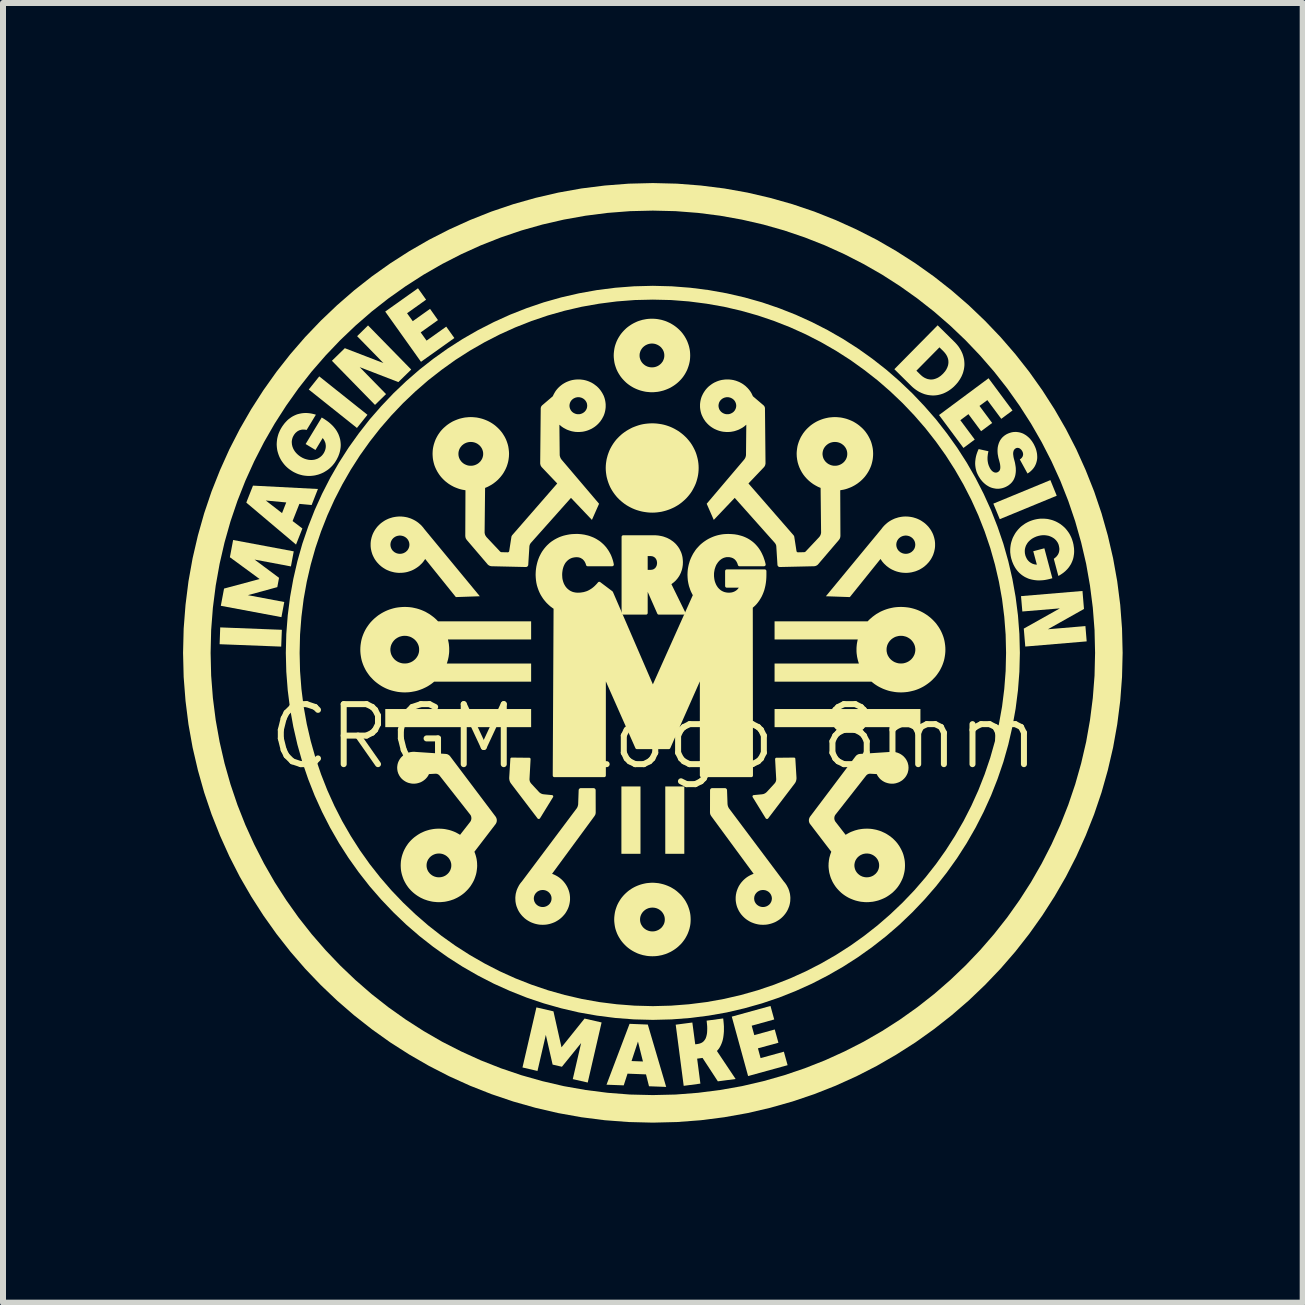
<source format=kicad_pcb>
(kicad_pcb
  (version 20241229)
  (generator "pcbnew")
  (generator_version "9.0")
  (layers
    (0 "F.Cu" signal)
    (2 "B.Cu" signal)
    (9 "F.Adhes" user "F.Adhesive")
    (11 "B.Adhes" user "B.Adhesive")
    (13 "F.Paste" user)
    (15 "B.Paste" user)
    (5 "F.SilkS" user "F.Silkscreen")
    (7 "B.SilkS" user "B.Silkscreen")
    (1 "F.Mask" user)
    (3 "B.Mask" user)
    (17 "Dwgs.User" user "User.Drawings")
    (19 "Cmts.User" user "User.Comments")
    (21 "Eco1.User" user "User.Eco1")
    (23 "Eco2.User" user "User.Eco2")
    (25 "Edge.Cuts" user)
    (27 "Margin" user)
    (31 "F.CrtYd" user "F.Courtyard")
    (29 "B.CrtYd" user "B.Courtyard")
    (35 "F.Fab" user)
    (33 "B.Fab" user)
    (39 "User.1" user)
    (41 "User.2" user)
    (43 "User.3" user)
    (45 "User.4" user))
  (footprint "CRGM Logo 8mm"
    (layer "F.Cu")
    (at 7.813 7.804)
    (property "Reference" "CRGM Logo 8mm" (at 0.03 1.42 0) (unlocked yes) (layer "F.SilkS") (effects (font (size 1 1) (thickness 0.1))))
    (fp_poly (pts (xy 0.014 -7.804) (xy 0.014 -7.804) (xy 0.014 -7.804)) (stroke (width 0) (type solid)) (fill yes) (layer "F.SilkS"))
    (fp_poly (pts (xy 4.147 -0.742) (xy 4.147 -0.742) (xy 4.147 -0.742)) (stroke (width 0) (type solid)) (fill yes) (layer "F.SilkS"))
    (fp_poly (pts (xy -6.167 -0.361) (xy -6.178 -0.081) (xy -7.204 -0.121) (xy -7.194 -0.401)) (stroke (width 0) (type solid)) (fill yes) (layer "F.SilkS"))
    (fp_poly (pts (xy -4.741 -3.943) (xy -4.916 -3.724) (xy -5.719 -4.364) (xy -5.544 -4.583)) (stroke (width 0) (type solid)) (fill yes) (layer "F.SilkS"))
    (fp_poly (pts (xy -2.014 1.261) (xy -4.444 1.261) (xy -4.444 0.959) (xy -2.014 0.959)) (stroke (width 0) (type solid)) (fill yes) (layer "F.SilkS"))
    (fp_poly (pts (xy -0.192 3.371) (xy -0.51 3.371) (xy -0.51 2.249) (xy -0.192 2.249)) (stroke (width 0) (type solid)) (fill yes) (layer "F.SilkS"))
    (fp_poly (pts (xy 0.538 3.371) (xy 0.221 3.371) (xy 0.221 2.249) (xy 0.538 2.249)) (stroke (width 0) (type solid)) (fill yes) (layer "F.SilkS"))
    (fp_poly (pts (xy 4.472 1.261) (xy 2.042 1.261) (xy 2.042 0.959) (xy 4.472 0.959)) (stroke (width 0) (type solid)) (fill yes) (layer "F.SilkS"))
    (fp_poly (pts (xy 6.743 -2.595) (xy 5.794 -2.204) (xy 5.687 -2.463) (xy 6.637 -2.855)) (stroke (width 0) (type solid)) (fill yes) (layer "F.SilkS"))
    (fp_poly (pts (xy -4.012 -4.697) (xy -4.226 -4.488) (xy -4.87 -4.737) (xy -4.431 -4.288) (xy -4.615 -4.108) (xy -5.333 -4.843) (xy -5.118 -5.053) (xy -4.475 -4.805) (xy -4.913 -5.253) (xy -4.731 -5.432)) (stroke (width 0) (type solid)) (fill yes) (layer "F.SilkS"))
    (fp_poly (pts (xy 7.197 -0.708) (xy 6.596 -0.37) (xy 7.221 -0.423) (xy 7.242 -0.168) (xy 6.219 -0.082) (xy 6.194 -0.381) (xy 6.795 -0.718) (xy 6.17 -0.666) (xy 6.148 -0.922) (xy 7.172 -1.008)) (stroke (width 0) (type solid)) (fill yes) (layer "F.SilkS"))
    (fp_poly (pts (xy -3.764 -5.861) (xy -4.081 -5.635) (xy -3.986 -5.503) (xy -3.698 -5.708) (xy -3.566 -5.521) (xy -3.854 -5.316) (xy -3.756 -5.179) (xy -3.428 -5.412) (xy -3.293 -5.222) (xy -3.849 -4.826) (xy -4.445 -5.663) (xy -3.899 -6.051)) (stroke (width 0) (type solid)) (fill yes) (layer "F.SilkS"))
    (fp_poly (pts (xy 2.036 6.131) (xy 1.661 6.235) (xy 1.704 6.392) (xy 2.045 6.298) (xy 2.106 6.519) (xy 1.765 6.612) (xy 1.809 6.775) (xy 2.197 6.668) (xy 2.259 6.893) (xy 1.601 7.074) (xy 1.329 6.084) (xy 1.974 5.906)) (stroke (width 0) (type solid)) (fill yes) (layer "F.SilkS"))
    (fp_poly (pts (xy 6.006 -4.015) (xy 5.819 -3.876) (xy 5.587 -4.188) (xy 5.456 -4.091) (xy 5.667 -3.807) (xy 5.483 -3.67) (xy 5.272 -3.954) (xy 5.137 -3.853) (xy 5.377 -3.531) (xy 5.189 -3.391) (xy 4.782 -3.939) (xy 5.607 -4.552)) (stroke (width 0) (type solid)) (fill yes) (layer "F.SilkS"))
    (fp_poly (pts (xy -5.969 -1.668) (xy -6.016 -1.417) (xy -6.622 -1.531) (xy -6.214 -1.227) (xy -6.243 -1.072) (xy -6.733 -0.938) (xy -6.127 -0.824) (xy -6.174 -0.572) (xy -7.184 -0.761) (xy -7.13 -1.048) (xy -6.538 -1.207) (xy -7.033 -1.57) (xy -6.979 -1.857)) (stroke (width 0) (type solid)) (fill yes) (layer "F.SilkS"))
    (fp_poly (pts (xy -1.642 5.996) (xy -1.508 6.595) (xy -1.124 6.116) (xy -0.84 6.181) (xy -1.071 7.182) (xy -1.32 7.125) (xy -1.181 6.524) (xy -1.501 6.919) (xy -1.656 6.883) (xy -1.769 6.388) (xy -1.908 6.989) (xy -2.158 6.931) (xy -1.926 5.93)) (stroke (width 0) (type solid)) (fill yes) (layer "F.SilkS"))
    (fp_poly (pts (xy -5.566 -2.707) (xy -5.671 -2.44) (xy -5.875 -2.459) (xy -5.988 -2.173) (xy -5.825 -2.049) (xy -5.931 -1.781) (xy -6.759 -2.48) (xy -6.746 -2.515) (xy -6.435 -2.515) (xy -6.164 -2.305) (xy -6.094 -2.483) (xy -6.435 -2.515) (xy -6.746 -2.515) (xy -6.648 -2.763)) (stroke (width 0) (type solid)) (fill yes) (layer "F.SilkS"))
    (fp_poly (pts (xy -0.07 6.216) (xy 0.236 7.255) (xy -0.05 7.244) (xy -0.1 7.046) (xy -0.408 7.034) (xy -0.471 7.229) (xy -0.758 7.218) (xy -0.609 6.824) (xy -0.341 6.824) (xy -0.151 6.831) (xy -0.234 6.499) (xy -0.341 6.824) (xy -0.609 6.824) (xy -0.374 6.204)) (stroke (width 0) (type solid)) (fill yes) (layer "F.SilkS"))
    (fp_poly (pts (xy 1.191 6.16) (xy 1.195 6.204) (xy 1.198 6.247) (xy 1.198 6.288) (xy 1.198 6.328) (xy 1.195 6.366) (xy 1.191 6.403) (xy 1.186 6.437) (xy 1.179 6.471) (xy 1.17 6.502) (xy 1.159 6.532) (xy 1.147 6.56) (xy 1.133 6.587) (xy 1.126 6.599) (xy 1.118 6.612) (xy 1.109 6.624) (xy 1.1 6.635) (xy 1.091 6.646) (xy 1.081 6.656) (xy 1.393 7.123) (xy 1.097 7.162) (xy 0.842 6.772) (xy 0.752 6.784) (xy 0.806 7.2) (xy 0.528 7.237) (xy 0.395 6.218) (xy 0.672 6.182) (xy 0.72 6.545) (xy 0.755 6.541) (xy 0.78 6.536) (xy 0.802 6.53) (xy 0.823 6.521) (xy 0.833 6.516) (xy 0.842 6.51) (xy 0.85 6.503) (xy 0.859 6.496) (xy 0.866 6.488) (xy 0.873 6.479) (xy 0.88 6.47) (xy 0.886 6.46) (xy 0.892 6.45) (xy 0.897 6.438) (xy 0.905 6.414) (xy 0.912 6.386) (xy 0.917 6.355) (xy 0.919 6.321) (xy 0.92 6.283) (xy 0.919 6.243) (xy 0.915 6.198) (xy 0.91 6.151) (xy 1.186 6.114) (xy 1.186 6.114)) (stroke (width 0) (type solid)) (fill yes) (layer "F.SilkS"))
    (fp_poly (pts (xy 0.043 -3.8) (xy 0.082 -3.797) (xy 0.121 -3.792) (xy 0.159 -3.786) (xy 0.196 -3.778) (xy 0.233 -3.768) (xy 0.269 -3.756) (xy 0.304 -3.743) (xy 0.338 -3.728) (xy 0.372 -3.711) (xy 0.404 -3.693) (xy 0.436 -3.674) (xy 0.466 -3.653) (xy 0.495 -3.631) (xy 0.523 -3.608) (xy 0.55 -3.583) (xy 0.576 -3.557) (xy 0.6 -3.53) (xy 0.623 -3.502) (xy 0.645 -3.473) (xy 0.665 -3.443) (xy 0.683 -3.412) (xy 0.7 -3.38) (xy 0.716 -3.347) (xy 0.73 -3.313) (xy 0.742 -3.278) (xy 0.752 -3.243) (xy 0.761 -3.207) (xy 0.768 -3.17) (xy 0.773 -3.133) (xy 0.776 -3.095) (xy 0.777 -3.057) (xy 0.776 -3.019) (xy 0.773 -2.981) (xy 0.768 -2.944) (xy 0.761 -2.907) (xy 0.752 -2.871) (xy 0.742 -2.836) (xy 0.73 -2.801) (xy 0.716 -2.768) (xy 0.7 -2.735) (xy 0.683 -2.703) (xy 0.665 -2.671) (xy 0.645 -2.641) (xy 0.623 -2.612) (xy 0.6 -2.584) (xy 0.576 -2.557) (xy 0.55 -2.531) (xy 0.523 -2.507) (xy 0.495 -2.483) (xy 0.466 -2.461) (xy 0.436 -2.44) (xy 0.404 -2.421) (xy 0.372 -2.403) (xy 0.338 -2.387) (xy 0.304 -2.372) (xy 0.269 -2.359) (xy 0.233 -2.347) (xy 0.196 -2.337) (xy 0.159 -2.328) (xy 0.121 -2.322) (xy 0.082 -2.317) (xy 0.043 -2.314) (xy 0.003 -2.313) (xy -0.035 -2.314) (xy -0.074 -2.317) (xy -0.111 -2.322) (xy -0.149 -2.328) (xy -0.186 -2.336) (xy -0.222 -2.346) (xy -0.258 -2.357) (xy -0.293 -2.37) (xy -0.328 -2.385) (xy -0.361 -2.401) (xy -0.394 -2.419) (xy -0.426 -2.438) (xy -0.457 -2.459) (xy -0.487 -2.482) (xy -0.516 -2.506) (xy -0.544 -2.531) (xy -0.571 -2.558) (xy -0.596 -2.586) (xy -0.619 -2.615) (xy -0.641 -2.645) (xy -0.661 -2.675) (xy -0.68 -2.707) (xy -0.697 -2.739) (xy -0.712 -2.773) (xy -0.725 -2.806) (xy -0.737 -2.841) (xy -0.747 -2.876) (xy -0.756 -2.911) (xy -0.762 -2.947) (xy -0.767 -2.984) (xy -0.77 -3.02) (xy -0.771 -3.057) (xy -0.77 -3.094) (xy -0.767 -3.131) (xy -0.762 -3.167) (xy -0.756 -3.203) (xy -0.747 -3.238) (xy -0.737 -3.274) (xy -0.725 -3.308) (xy -0.712 -3.342) (xy -0.697 -3.375) (xy -0.68 -3.407) (xy -0.661 -3.439) (xy -0.641 -3.47) (xy -0.619 -3.5) (xy -0.596 -3.529) (xy -0.571 -3.556) (xy -0.544 -3.583) (xy -0.516 -3.609) (xy -0.487 -3.633) (xy -0.457 -3.655) (xy -0.426 -3.676) (xy -0.394 -3.695) (xy -0.361 -3.713) (xy -0.328 -3.73) (xy -0.293 -3.744) (xy -0.258 -3.757) (xy -0.222 -3.769) (xy -0.186 -3.779) (xy -0.149 -3.787) (xy -0.111 -3.793) (xy -0.074 -3.797) (xy -0.035 -3.8) (xy 0.003 -3.801) (xy 0.003 -3.801)) (stroke (width 0) (type solid)) (fill yes) (layer "F.SilkS"))
    (fp_poly (pts (xy 5.04 -5.157) (xy 5.06 -5.136) (xy 5.079 -5.115) (xy 5.096 -5.094) (xy 5.112 -5.073) (xy 5.126 -5.051) (xy 5.14 -5.028) (xy 5.152 -5.006) (xy 5.163 -4.983) (xy 5.173 -4.96) (xy 5.181 -4.937) (xy 5.188 -4.913) (xy 5.194 -4.889) (xy 5.199 -4.866) (xy 5.202 -4.842) (xy 5.204 -4.818) (xy 5.205 -4.794) (xy 5.205 -4.77) (xy 5.203 -4.746) (xy 5.2 -4.722) (xy 5.196 -4.698) (xy 5.19 -4.675) (xy 5.184 -4.651) (xy 5.176 -4.628) (xy 5.166 -4.604) (xy 5.156 -4.581) (xy 5.144 -4.559) (xy 5.131 -4.536) (xy 5.116 -4.514) (xy 5.101 -4.492) (xy 5.084 -4.471) (xy 5.066 -4.45) (xy 5.046 -4.429) (xy 5.026 -4.409) (xy 5.005 -4.391) (xy 4.984 -4.374) (xy 4.962 -4.358) (xy 4.94 -4.343) (xy 4.918 -4.33) (xy 4.896 -4.318) (xy 4.873 -4.307) (xy 4.85 -4.297) (xy 4.826 -4.289) (xy 4.803 -4.282) (xy 4.779 -4.276) (xy 4.755 -4.271) (xy 4.731 -4.268) (xy 4.708 -4.266) (xy 4.684 -4.265) (xy 4.66 -4.266) (xy 4.636 -4.268) (xy 4.612 -4.271) (xy 4.588 -4.275) (xy 4.564 -4.281) (xy 4.541 -4.287) (xy 4.517 -4.296) (xy 4.494 -4.305) (xy 4.471 -4.316) (xy 4.448 -4.327) (xy 4.426 -4.341) (xy 4.404 -4.355) (xy 4.382 -4.371) (xy 4.36 -4.388) (xy 4.339 -4.406) (xy 4.319 -4.425) (xy 4.063 -4.678) (xy 4.405 -4.678) (xy 4.472 -4.612) (xy 4.483 -4.602) (xy 4.493 -4.593) (xy 4.504 -4.584) (xy 4.515 -4.576) (xy 4.526 -4.569) (xy 4.537 -4.562) (xy 4.549 -4.556) (xy 4.56 -4.551) (xy 4.572 -4.546) (xy 4.583 -4.542) (xy 4.595 -4.538) (xy 4.607 -4.536) (xy 4.619 -4.534) (xy 4.631 -4.532) (xy 4.643 -4.531) (xy 4.655 -4.531) (xy 4.667 -4.532) (xy 4.679 -4.533) (xy 4.691 -4.535) (xy 4.703 -4.538) (xy 4.716 -4.542) (xy 4.728 -4.546) (xy 4.74 -4.551) (xy 4.752 -4.556) (xy 4.764 -4.562) (xy 4.776 -4.569) (xy 4.788 -4.577) (xy 4.8 -4.585) (xy 4.812 -4.594) (xy 4.823 -4.604) (xy 4.835 -4.615) (xy 4.847 -4.626) (xy 4.858 -4.638) (xy 4.868 -4.65) (xy 4.878 -4.661) (xy 4.887 -4.673) (xy 4.895 -4.685) (xy 4.903 -4.697) (xy 4.909 -4.709) (xy 4.915 -4.722) (xy 4.921 -4.734) (xy 4.925 -4.746) (xy 4.929 -4.758) (xy 4.933 -4.77) (xy 4.935 -4.783) (xy 4.937 -4.795) (xy 4.938 -4.807) (xy 4.939 -4.819) (xy 4.938 -4.831) (xy 4.938 -4.843) (xy 4.936 -4.855) (xy 4.934 -4.867) (xy 4.931 -4.879) (xy 4.927 -4.89) (xy 4.923 -4.902) (xy 4.918 -4.914) (xy 4.913 -4.925) (xy 4.906 -4.936) (xy 4.9 -4.947) (xy 4.892 -4.958) (xy 4.884 -4.969) (xy 4.875 -4.98) (xy 4.866 -4.99) (xy 4.856 -5.001) (xy 4.789 -5.067) (xy 4.405 -4.678) (xy 4.063 -4.678) (xy 4.038 -4.703) (xy 4.759 -5.434)) (stroke (width 0) (type solid)) (fill yes) (layer "F.SilkS"))
    (fp_poly (pts (xy 0.055 -1.909) (xy 0.079 -1.907) (xy 0.102 -1.905) (xy 0.125 -1.901) (xy 0.147 -1.897) (xy 0.169 -1.892) (xy 0.19 -1.886) (xy 0.211 -1.878) (xy 0.231 -1.871) (xy 0.251 -1.862) (xy 0.27 -1.852) (xy 0.289 -1.842) (xy 0.306 -1.83) (xy 0.324 -1.818) (xy 0.34 -1.806) (xy 0.356 -1.792) (xy 0.371 -1.778) (xy 0.385 -1.763) (xy 0.398 -1.747) (xy 0.411 -1.731) (xy 0.423 -1.713) (xy 0.434 -1.696) (xy 0.443 -1.677) (xy 0.452 -1.659) (xy 0.461 -1.639) (xy 0.468 -1.619) (xy 0.474 -1.598) (xy 0.479 -1.577) (xy 0.483 -1.555) (xy 0.485 -1.533) (xy 0.487 -1.51) (xy 0.488 -1.487) (xy 0.487 -1.473) (xy 0.487 -1.458) (xy 0.486 -1.444) (xy 0.484 -1.43) (xy 0.482 -1.416) (xy 0.48 -1.403) (xy 0.477 -1.389) (xy 0.474 -1.376) (xy 0.47 -1.363) (xy 0.466 -1.35) (xy 0.461 -1.338) (xy 0.457 -1.325) (xy 0.451 -1.313) (xy 0.446 -1.301) (xy 0.44 -1.29) (xy 0.434 -1.278) (xy 0.427 -1.267) (xy 0.42 -1.256) (xy 0.412 -1.245) (xy 0.405 -1.235) (xy 0.397 -1.225) (xy 0.388 -1.215) (xy 0.38 -1.205) (xy 0.371 -1.196) (xy 0.361 -1.187) (xy 0.352 -1.178) (xy 0.342 -1.17) (xy 0.332 -1.162) (xy 0.321 -1.154) (xy 0.311 -1.146) (xy 0.3 -1.139) (xy 0.288 -1.132) (xy 0.529 -0.641) (xy 0.113 -0.641) (xy -0.074 -1.065) (xy -0.099 -1.065) (xy -0.099 -0.641) (xy -0.48 -0.641) (xy -0.48 -1.333) (xy -0.099 -1.333) (xy -0.022 -1.333) (xy -0.014 -1.333) (xy -0.008 -1.334) (xy -0.001 -1.335) (xy 0.006 -1.336) (xy 0.013 -1.337) (xy 0.019 -1.339) (xy 0.025 -1.341) (xy 0.031 -1.343) (xy 0.037 -1.346) (xy 0.043 -1.349) (xy 0.048 -1.352) (xy 0.054 -1.356) (xy 0.059 -1.36) (xy 0.064 -1.364) (xy 0.069 -1.368) (xy 0.073 -1.372) (xy 0.077 -1.377) (xy 0.082 -1.382) (xy 0.085 -1.388) (xy 0.089 -1.393) (xy 0.092 -1.399) (xy 0.095 -1.405) (xy 0.098 -1.411) (xy 0.101 -1.417) (xy 0.103 -1.424) (xy 0.105 -1.43) (xy 0.107 -1.437) (xy 0.108 -1.444) (xy 0.109 -1.452) (xy 0.11 -1.459) (xy 0.111 -1.467) (xy 0.111 -1.474) (xy 0.111 -1.482) (xy 0.11 -1.49) (xy 0.109 -1.497) (xy 0.108 -1.504) (xy 0.107 -1.511) (xy 0.105 -1.518) (xy 0.103 -1.525) (xy 0.101 -1.532) (xy 0.098 -1.538) (xy 0.095 -1.544) (xy 0.092 -1.55) (xy 0.089 -1.556) (xy 0.085 -1.561) (xy 0.082 -1.566) (xy 0.077 -1.572) (xy 0.073 -1.576) (xy 0.069 -1.581) (xy 0.064 -1.585) (xy 0.059 -1.589) (xy 0.054 -1.593) (xy 0.048 -1.596) (xy 0.043 -1.6) (xy 0.037 -1.603) (xy 0.031 -1.605) (xy 0.025 -1.608) (xy 0.019 -1.61) (xy 0.013 -1.612) (xy 0.006 -1.613) (xy -0.001 -1.614) (xy -0.008 -1.615) (xy -0.014 -1.616) (xy -0.022 -1.616) (xy -0.099 -1.616) (xy -0.099 -1.333) (xy -0.48 -1.333) (xy -0.48 -1.909) (xy 0.031 -1.909)) (stroke (width 0.054) (type solid) (color 255 184 28 1)) (fill yes) (layer "F.SilkS"))
    (fp_poly (pts (xy -2.337 1.768) (xy -2.045 1.771) (xy -2.044 1.771) (xy -2.042 1.771) (xy -2.041 1.771) (xy -2.04 1.771) (xy -2.039 1.772) (xy -2.038 1.772) (xy -2.037 1.772) (xy -2.036 1.773) (xy -2.035 1.773) (xy -2.034 1.774) (xy -2.033 1.774) (xy -2.032 1.775) (xy -2.031 1.776) (xy -2.03 1.776) (xy -2.03 1.777) (xy -2.029 1.778) (xy -2.028 1.779) (xy -2.027 1.78) (xy -2.027 1.781) (xy -2.026 1.782) (xy -2.026 1.782) (xy -2.025 1.783) (xy -2.025 1.784) (xy -2.024 1.785) (xy -2.024 1.787) (xy -2.024 1.788) (xy -2.023 1.789) (xy -2.023 1.79) (xy -2.023 1.791) (xy -2.023 1.792) (xy -2.023 1.793) (xy -2.023 1.794) (xy -2.041 2.122) (xy -2.041 2.128) (xy -2.041 2.133) (xy -2.041 2.139) (xy -2.04 2.144) (xy -2.039 2.149) (xy -2.038 2.155) (xy -2.036 2.16) (xy -2.035 2.165) (xy -2.033 2.17) (xy -2.03 2.175) (xy -2.028 2.18) (xy -2.025 2.184) (xy -2.022 2.189) (xy -2.019 2.193) (xy -2.016 2.197) (xy -2.012 2.202) (xy -1.884 2.34) (xy -1.88 2.344) (xy -1.876 2.348) (xy -1.872 2.352) (xy -1.867 2.355) (xy -1.862 2.359) (xy -1.857 2.362) (xy -1.852 2.365) (xy -1.847 2.367) (xy -1.842 2.37) (xy -1.837 2.372) (xy -1.831 2.374) (xy -1.826 2.376) (xy -1.82 2.377) (xy -1.814 2.378) (xy -1.808 2.379) (xy -1.802 2.38) (xy -1.666 2.393) (xy -1.665 2.393) (xy -1.664 2.394) (xy -1.663 2.394) (xy -1.661 2.394) (xy -1.66 2.395) (xy -1.659 2.395) (xy -1.658 2.396) (xy -1.656 2.396) (xy -1.655 2.397) (xy -1.654 2.398) (xy -1.653 2.399) (xy -1.652 2.4) (xy -1.651 2.401) (xy -1.65 2.402) (xy -1.649 2.403) (xy -1.649 2.404) (xy -1.648 2.405) (xy -1.647 2.407) (xy -1.647 2.408) (xy -1.647 2.409) (xy -1.646 2.411) (xy -1.646 2.412) (xy -1.646 2.413) (xy -1.646 2.415) (xy -1.646 2.416) (xy -1.646 2.418) (xy -1.646 2.419) (xy -1.646 2.42) (xy -1.647 2.422) (xy -1.647 2.423) (xy -1.648 2.424) (xy -1.648 2.425) (xy -1.649 2.427) (xy -1.865 2.778) (xy -1.866 2.78) (xy -1.867 2.781) (xy -1.868 2.782) (xy -1.869 2.783) (xy -1.871 2.784) (xy -1.872 2.785) (xy -1.873 2.786) (xy -1.874 2.787) (xy -1.876 2.788) (xy -1.877 2.788) (xy -1.879 2.789) (xy -1.88 2.79) (xy -1.882 2.79) (xy -1.883 2.79) (xy -1.885 2.79) (xy -1.886 2.791) (xy -1.888 2.791) (xy -1.889 2.791) (xy -1.891 2.79) (xy -1.893 2.79) (xy -1.894 2.79) (xy -1.896 2.789) (xy -1.897 2.789) (xy -1.898 2.788) (xy -1.9 2.788) (xy -1.901 2.787) (xy -1.903 2.786) (xy -1.904 2.785) (xy -1.905 2.784) (xy -1.906 2.783) (xy -1.907 2.782) (xy -1.908 2.78) (xy -2.348 2.202) (xy -2.352 2.196) (xy -2.356 2.191) (xy -2.359 2.185) (xy -2.363 2.179) (xy -2.366 2.173) (xy -2.368 2.167) (xy -2.371 2.16) (xy -2.373 2.154) (xy -2.374 2.148) (xy -2.376 2.141) (xy -2.377 2.134) (xy -2.378 2.128) (xy -2.379 2.121) (xy -2.379 2.114) (xy -2.379 2.107) (xy -2.379 2.101) (xy -2.36 1.79) (xy -2.36 1.788) (xy -2.36 1.787) (xy -2.36 1.786) (xy -2.36 1.785) (xy -2.359 1.784) (xy -2.359 1.783) (xy -2.359 1.782) (xy -2.358 1.781) (xy -2.358 1.78) (xy -2.357 1.779) (xy -2.356 1.778) (xy -2.356 1.777) (xy -2.355 1.776) (xy -2.354 1.776) (xy -2.354 1.775) (xy -2.353 1.774) (xy -2.352 1.773) (xy -2.351 1.773) (xy -2.35 1.772) (xy -2.35 1.771) (xy -2.349 1.771) (xy -2.348 1.77) (xy -2.347 1.77) (xy -2.346 1.769) (xy -2.345 1.769) (xy -2.344 1.769) (xy -2.343 1.768) (xy -2.342 1.768) (xy -2.34 1.768) (xy -2.339 1.768) (xy -2.338 1.768) (xy -2.337 1.768)) (stroke (width 0) (type solid)) (fill yes) (layer "F.SilkS"))
    (fp_poly (pts (xy 2.366 1.768) (xy 2.367 1.768) (xy 2.368 1.768) (xy 2.37 1.768) (xy 2.371 1.768) (xy 2.372 1.769) (xy 2.373 1.769) (xy 2.374 1.769) (xy 2.375 1.77) (xy 2.376 1.77) (xy 2.377 1.771) (xy 2.378 1.771) (xy 2.379 1.772) (xy 2.379 1.773) (xy 2.38 1.773) (xy 2.381 1.774) (xy 2.382 1.775) (xy 2.383 1.776) (xy 2.383 1.776) (xy 2.384 1.777) (xy 2.385 1.778) (xy 2.385 1.779) (xy 2.386 1.78) (xy 2.386 1.781) (xy 2.387 1.782) (xy 2.387 1.783) (xy 2.387 1.784) (xy 2.388 1.785) (xy 2.388 1.786) (xy 2.388 1.787) (xy 2.388 1.788) (xy 2.388 1.79) (xy 2.407 2.101) (xy 2.407 2.107) (xy 2.407 2.114) (xy 2.407 2.121) (xy 2.406 2.128) (xy 2.405 2.134) (xy 2.404 2.141) (xy 2.402 2.147) (xy 2.401 2.154) (xy 2.399 2.16) (xy 2.396 2.167) (xy 2.394 2.173) (xy 2.391 2.179) (xy 2.387 2.185) (xy 2.384 2.191) (xy 2.38 2.196) (xy 2.376 2.202) (xy 1.936 2.78) (xy 1.935 2.782) (xy 1.934 2.783) (xy 1.933 2.784) (xy 1.932 2.785) (xy 1.931 2.786) (xy 1.929 2.787) (xy 1.928 2.788) (xy 1.927 2.788) (xy 1.925 2.789) (xy 1.924 2.789) (xy 1.922 2.79) (xy 1.921 2.79) (xy 1.919 2.79) (xy 1.918 2.791) (xy 1.916 2.791) (xy 1.914 2.791) (xy 1.914 2.791) (xy 1.913 2.79) (xy 1.911 2.79) (xy 1.91 2.79) (xy 1.908 2.79) (xy 1.907 2.789) (xy 1.905 2.788) (xy 1.904 2.788) (xy 1.902 2.787) (xy 1.901 2.786) (xy 1.9 2.785) (xy 1.899 2.784) (xy 1.897 2.783) (xy 1.896 2.782) (xy 1.895 2.781) (xy 1.894 2.78) (xy 1.894 2.779) (xy 1.893 2.778) (xy 1.677 2.427) (xy 1.676 2.425) (xy 1.676 2.424) (xy 1.675 2.423) (xy 1.675 2.422) (xy 1.674 2.42) (xy 1.674 2.419) (xy 1.674 2.418) (xy 1.674 2.416) (xy 1.674 2.415) (xy 1.674 2.413) (xy 1.674 2.412) (xy 1.674 2.411) (xy 1.675 2.409) (xy 1.675 2.408) (xy 1.675 2.407) (xy 1.676 2.405) (xy 1.677 2.404) (xy 1.677 2.403) (xy 1.678 2.402) (xy 1.679 2.401) (xy 1.68 2.4) (xy 1.681 2.399) (xy 1.682 2.398) (xy 1.683 2.397) (xy 1.684 2.396) (xy 1.686 2.396) (xy 1.687 2.395) (xy 1.688 2.395) (xy 1.689 2.394) (xy 1.691 2.394) (xy 1.692 2.394) (xy 1.694 2.393) (xy 1.831 2.38) (xy 1.836 2.379) (xy 1.842 2.378) (xy 1.848 2.377) (xy 1.854 2.376) (xy 1.859 2.374) (xy 1.865 2.372) (xy 1.87 2.37) (xy 1.875 2.367) (xy 1.88 2.365) (xy 1.885 2.362) (xy 1.89 2.359) (xy 1.895 2.355) (xy 1.9 2.352) (xy 1.904 2.348) (xy 1.908 2.344) (xy 1.913 2.34) (xy 2.04 2.202) (xy 2.044 2.197) (xy 2.047 2.193) (xy 2.051 2.189) (xy 2.053 2.184) (xy 2.056 2.18) (xy 2.059 2.175) (xy 2.061 2.17) (xy 2.063 2.165) (xy 2.064 2.16) (xy 2.066 2.155) (xy 2.067 2.149) (xy 2.068 2.144) (xy 2.069 2.139) (xy 2.069 2.133) (xy 2.069 2.128) (xy 2.069 2.122) (xy 2.051 1.794) (xy 2.051 1.793) (xy 2.051 1.792) (xy 2.051 1.791) (xy 2.051 1.79) (xy 2.051 1.789) (xy 2.052 1.788) (xy 2.052 1.787) (xy 2.052 1.785) (xy 2.053 1.784) (xy 2.053 1.783) (xy 2.054 1.782) (xy 2.054 1.782) (xy 2.055 1.781) (xy 2.055 1.78) (xy 2.056 1.779) (xy 2.057 1.778) (xy 2.058 1.777) (xy 2.058 1.776) (xy 2.059 1.776) (xy 2.06 1.775) (xy 2.061 1.774) (xy 2.062 1.774) (xy 2.063 1.773) (xy 2.064 1.773) (xy 2.065 1.772) (xy 2.066 1.772) (xy 2.067 1.772) (xy 2.068 1.771) (xy 2.069 1.771) (xy 2.07 1.771) (xy 2.072 1.771) (xy 2.073 1.771) (xy 2.365 1.768) (xy 2.365 1.768)) (stroke (width 0) (type solid)) (fill yes) (layer "F.SilkS"))
    (fp_poly (pts (xy -4.184 -2.248) (xy -4.169 -2.248) (xy -4.153 -2.246) (xy -4.138 -2.245) (xy -4.107 -2.24) (xy -4.077 -2.234) (xy -4.048 -2.225) (xy -4.02 -2.216) (xy -3.993 -2.204) (xy -3.966 -2.191) (xy -3.941 -2.177) (xy -3.916 -2.161) (xy -3.893 -2.144) (xy -3.871 -2.125) (xy -3.849 -2.106) (xy -3.83 -2.085) (xy -3.811 -2.063) (xy -3.794 -2.04) (xy -3.794 -2.04) (xy -3.794 -2.04) (xy -3.794 -2.04) (xy -2.869 -0.92) (xy -3.268 -0.906) (xy -3.779 -1.541) (xy -3.796 -1.516) (xy -3.814 -1.491) (xy -3.834 -1.468) (xy -3.856 -1.447) (xy -3.878 -1.426) (xy -3.903 -1.407) (xy -3.928 -1.39) (xy -3.954 -1.374) (xy -3.982 -1.359) (xy -4.011 -1.346) (xy -4.04 -1.336) (xy -4.071 -1.326) (xy -4.102 -1.319) (xy -4.134 -1.314) (xy -4.167 -1.311) (xy -4.2 -1.31) (xy -4.225 -1.31) (xy -4.25 -1.312) (xy -4.274 -1.315) (xy -4.298 -1.319) (xy -4.322 -1.325) (xy -4.345 -1.331) (xy -4.368 -1.338) (xy -4.39 -1.347) (xy -4.412 -1.356) (xy -4.433 -1.366) (xy -4.453 -1.378) (xy -4.473 -1.39) (xy -4.492 -1.403) (xy -4.511 -1.417) (xy -4.528 -1.432) (xy -4.545 -1.447) (xy -4.561 -1.464) (xy -4.577 -1.481) (xy -4.591 -1.498) (xy -4.605 -1.517) (xy -4.618 -1.536) (xy -4.629 -1.555) (xy -4.64 -1.576) (xy -4.65 -1.597) (xy -4.659 -1.618) (xy -4.666 -1.64) (xy -4.673 -1.662) (xy -4.678 -1.685) (xy -4.683 -1.708) (xy -4.686 -1.731) (xy -4.688 -1.755) (xy -4.688 -1.779) (xy -4.358 -1.779) (xy -4.358 -1.771) (xy -4.357 -1.764) (xy -4.356 -1.756) (xy -4.355 -1.749) (xy -4.353 -1.741) (xy -4.351 -1.734) (xy -4.348 -1.727) (xy -4.346 -1.72) (xy -4.342 -1.713) (xy -4.339 -1.707) (xy -4.335 -1.7) (xy -4.331 -1.694) (xy -4.327 -1.688) (xy -4.322 -1.682) (xy -4.317 -1.677) (xy -4.312 -1.672) (xy -4.306 -1.667) (xy -4.301 -1.662) (xy -4.295 -1.657) (xy -4.288 -1.653) (xy -4.282 -1.649) (xy -4.275 -1.646) (xy -4.269 -1.642) (xy -4.262 -1.639) (xy -4.254 -1.636) (xy -4.247 -1.634) (xy -4.239 -1.632) (xy -4.232 -1.63) (xy -4.224 -1.629) (xy -4.216 -1.628) (xy -4.208 -1.627) (xy -4.2 -1.627) (xy -4.192 -1.627) (xy -4.184 -1.628) (xy -4.176 -1.629) (xy -4.168 -1.63) (xy -4.161 -1.632) (xy -4.153 -1.634) (xy -4.146 -1.636) (xy -4.138 -1.639) (xy -4.131 -1.642) (xy -4.125 -1.646) (xy -4.118 -1.649) (xy -4.112 -1.653) (xy -4.105 -1.657) (xy -4.099 -1.662) (xy -4.094 -1.667) (xy -4.088 -1.672) (xy -4.083 -1.677) (xy -4.078 -1.682) (xy -4.073 -1.688) (xy -4.069 -1.694) (xy -4.065 -1.7) (xy -4.061 -1.707) (xy -4.058 -1.713) (xy -4.054 -1.72) (xy -4.052 -1.727) (xy -4.049 -1.734) (xy -4.047 -1.741) (xy -4.045 -1.749) (xy -4.044 -1.756) (xy -4.043 -1.764) (xy -4.042 -1.771) (xy -4.042 -1.779) (xy -4.042 -1.787) (xy -4.043 -1.795) (xy -4.044 -1.802) (xy -4.045 -1.81) (xy -4.047 -1.817) (xy -4.049 -1.824) (xy -4.052 -1.831) (xy -4.054 -1.838) (xy -4.058 -1.845) (xy -4.061 -1.852) (xy -4.065 -1.858) (xy -4.069 -1.864) (xy -4.073 -1.87) (xy -4.078 -1.876) (xy -4.083 -1.881) (xy -4.088 -1.887) (xy -4.094 -1.892) (xy -4.099 -1.896) (xy -4.105 -1.901) (xy -4.112 -1.905) (xy -4.118 -1.909) (xy -4.125 -1.913) (xy -4.131 -1.916) (xy -4.138 -1.919) (xy -4.146 -1.922) (xy -4.153 -1.924) (xy -4.161 -1.926) (xy -4.168 -1.928) (xy -4.176 -1.929) (xy -4.184 -1.93) (xy -4.192 -1.931) (xy -4.2 -1.931) (xy -4.208 -1.931) (xy -4.216 -1.93) (xy -4.224 -1.929) (xy -4.232 -1.928) (xy -4.239 -1.926) (xy -4.247 -1.924) (xy -4.254 -1.922) (xy -4.262 -1.919) (xy -4.269 -1.916) (xy -4.275 -1.913) (xy -4.282 -1.909) (xy -4.288 -1.905) (xy -4.295 -1.901) (xy -4.301 -1.896) (xy -4.306 -1.892) (xy -4.312 -1.887) (xy -4.317 -1.881) (xy -4.322 -1.876) (xy -4.327 -1.87) (xy -4.331 -1.864) (xy -4.335 -1.858) (xy -4.339 -1.852) (xy -4.342 -1.845) (xy -4.346 -1.838) (xy -4.348 -1.831) (xy -4.351 -1.824) (xy -4.353 -1.817) (xy -4.355 -1.81) (xy -4.356 -1.802) (xy -4.357 -1.795) (xy -4.358 -1.787) (xy -4.358 -1.779) (xy -4.688 -1.779) (xy -4.688 -1.803) (xy -4.686 -1.827) (xy -4.683 -1.851) (xy -4.678 -1.874) (xy -4.673 -1.896) (xy -4.666 -1.919) (xy -4.659 -1.94) (xy -4.65 -1.962) (xy -4.64 -1.983) (xy -4.629 -2.003) (xy -4.618 -2.022) (xy -4.605 -2.041) (xy -4.591 -2.06) (xy -4.577 -2.078) (xy -4.561 -2.095) (xy -4.545 -2.111) (xy -4.528 -2.127) (xy -4.511 -2.141) (xy -4.492 -2.155) (xy -4.473 -2.168) (xy -4.453 -2.181) (xy -4.433 -2.192) (xy -4.412 -2.202) (xy -4.39 -2.212) (xy -4.368 -2.22) (xy -4.345 -2.227) (xy -4.322 -2.234) (xy -4.298 -2.239) (xy -4.274 -2.243) (xy -4.25 -2.246) (xy -4.225 -2.248) (xy -4.2 -2.249) (xy -4.2 -2.249)) (stroke (width 0) (type solid)) (fill yes) (layer "F.SilkS"))
    (fp_poly (pts (xy 6.52 -2.213) (xy 6.542 -2.212) (xy 6.564 -2.21) (xy 6.586 -2.208) (xy 6.607 -2.204) (xy 6.628 -2.199) (xy 6.649 -2.194) (xy 6.67 -2.188) (xy 6.69 -2.181) (xy 6.71 -2.173) (xy 6.729 -2.165) (xy 6.748 -2.155) (xy 6.767 -2.145) (xy 6.785 -2.134) (xy 6.803 -2.123) (xy 6.82 -2.11) (xy 6.837 -2.097) (xy 6.853 -2.083) (xy 6.869 -2.069) (xy 6.884 -2.054) (xy 6.898 -2.038) (xy 6.912 -2.021) (xy 6.925 -2.004) (xy 6.938 -1.986) (xy 6.95 -1.968) (xy 6.961 -1.949) (xy 6.971 -1.929) (xy 6.981 -1.909) (xy 6.99 -1.888) (xy 6.998 -1.867) (xy 7.005 -1.845) (xy 7.012 -1.823) (xy 7.017 -1.802) (xy 7.022 -1.781) (xy 7.025 -1.76) (xy 7.028 -1.74) (xy 7.031 -1.719) (xy 7.032 -1.698) (xy 7.033 -1.678) (xy 7.033 -1.658) (xy 7.032 -1.638) (xy 7.03 -1.618) (xy 7.027 -1.599) (xy 7.024 -1.579) (xy 7.02 -1.56) (xy 7.015 -1.541) (xy 7.009 -1.523) (xy 7.002 -1.504) (xy 6.994 -1.486) (xy 6.986 -1.468) (xy 6.977 -1.451) (xy 6.966 -1.434) (xy 6.955 -1.417) (xy 6.943 -1.4) (xy 6.93 -1.384) (xy 6.916 -1.368) (xy 6.901 -1.353) (xy 6.886 -1.338) (xy 6.869 -1.324) (xy 6.851 -1.309) (xy 6.832 -1.296) (xy 6.813 -1.283) (xy 6.792 -1.27) (xy 6.77 -1.258) (xy 6.694 -1.544) (xy 6.708 -1.554) (xy 6.72 -1.564) (xy 6.732 -1.575) (xy 6.743 -1.586) (xy 6.752 -1.598) (xy 6.761 -1.61) (xy 6.768 -1.623) (xy 6.774 -1.636) (xy 6.779 -1.65) (xy 6.783 -1.665) (xy 6.785 -1.68) (xy 6.787 -1.696) (xy 6.787 -1.712) (xy 6.785 -1.729) (xy 6.782 -1.747) (xy 6.778 -1.765) (xy 6.775 -1.777) (xy 6.771 -1.788) (xy 6.766 -1.799) (xy 6.761 -1.81) (xy 6.755 -1.82) (xy 6.748 -1.83) (xy 6.741 -1.84) (xy 6.734 -1.849) (xy 6.726 -1.858) (xy 6.717 -1.866) (xy 6.708 -1.875) (xy 6.699 -1.882) (xy 6.689 -1.889) (xy 6.678 -1.896) (xy 6.656 -1.908) (xy 6.633 -1.918) (xy 6.608 -1.927) (xy 6.582 -1.932) (xy 6.568 -1.934) (xy 6.554 -1.936) (xy 6.54 -1.937) (xy 6.526 -1.937) (xy 6.511 -1.937) (xy 6.496 -1.936) (xy 6.481 -1.934) (xy 6.466 -1.932) (xy 6.451 -1.928) (xy 6.435 -1.925) (xy 6.42 -1.92) (xy 6.406 -1.916) (xy 6.392 -1.91) (xy 6.378 -1.904) (xy 6.365 -1.898) (xy 6.352 -1.891) (xy 6.34 -1.884) (xy 6.328 -1.877) (xy 6.317 -1.868) (xy 6.306 -1.86) (xy 6.296 -1.851) (xy 6.286 -1.842) (xy 6.277 -1.833) (xy 6.268 -1.823) (xy 6.26 -1.813) (xy 6.252 -1.802) (xy 6.246 -1.791) (xy 6.239 -1.78) (xy 6.233 -1.769) (xy 6.228 -1.758) (xy 6.224 -1.746) (xy 6.22 -1.734) (xy 6.217 -1.722) (xy 6.214 -1.71) (xy 6.212 -1.697) (xy 6.211 -1.685) (xy 6.211 -1.672) (xy 6.211 -1.659) (xy 6.212 -1.646) (xy 6.213 -1.633) (xy 6.216 -1.62) (xy 6.219 -1.607) (xy 6.221 -1.598) (xy 6.224 -1.589) (xy 6.228 -1.58) (xy 6.231 -1.572) (xy 6.235 -1.564) (xy 6.239 -1.556) (xy 6.243 -1.548) (xy 6.247 -1.54) (xy 6.252 -1.533) (xy 6.257 -1.526) (xy 6.262 -1.52) (xy 6.268 -1.513) (xy 6.273 -1.507) (xy 6.279 -1.502) (xy 6.285 -1.496) (xy 6.291 -1.491) (xy 6.298 -1.486) (xy 6.304 -1.481) (xy 6.318 -1.473) (xy 6.332 -1.465) (xy 6.347 -1.459) (xy 6.363 -1.454) (xy 6.379 -1.45) (xy 6.395 -1.448) (xy 6.412 -1.446) (xy 6.352 -1.67) (xy 6.537 -1.719) (xy 6.67 -1.22) (xy 6.626 -1.208) (xy 6.596 -1.201) (xy 6.567 -1.195) (xy 6.538 -1.19) (xy 6.51 -1.187) (xy 6.482 -1.185) (xy 6.454 -1.184) (xy 6.428 -1.184) (xy 6.402 -1.186) (xy 6.376 -1.189) (xy 6.351 -1.193) (xy 6.326 -1.198) (xy 6.303 -1.204) (xy 6.279 -1.211) (xy 6.257 -1.22) (xy 6.235 -1.23) (xy 6.214 -1.24) (xy 6.194 -1.252) (xy 6.174 -1.265) (xy 6.155 -1.279) (xy 6.137 -1.294) (xy 6.119 -1.31) (xy 6.103 -1.327) (xy 6.087 -1.345) (xy 6.072 -1.364) (xy 6.058 -1.384) (xy 6.045 -1.405) (xy 6.033 -1.427) (xy 6.021 -1.45) (xy 6.011 -1.474) (xy 6.001 -1.498) (xy 5.993 -1.524) (xy 5.985 -1.55) (xy 5.979 -1.576) (xy 5.974 -1.602) (xy 5.971 -1.628) (xy 5.968 -1.654) (xy 5.968 -1.68) (xy 5.968 -1.705) (xy 5.97 -1.731) (xy 5.973 -1.756) (xy 5.977 -1.782) (xy 5.982 -1.806) (xy 5.989 -1.831) (xy 5.997 -1.855) (xy 6.005 -1.879) (xy 6.015 -1.902) (xy 6.027 -1.925) (xy 6.039 -1.947) (xy 6.052 -1.969) (xy 6.066 -1.99) (xy 6.082 -2.01) (xy 6.098 -2.03) (xy 6.115 -2.048) (xy 6.133 -2.067) (xy 6.152 -2.084) (xy 6.173 -2.1) (xy 6.194 -2.115) (xy 6.215 -2.13) (xy 6.238 -2.143) (xy 6.262 -2.156) (xy 6.286 -2.167) (xy 6.311 -2.177) (xy 6.337 -2.186) (xy 6.363 -2.194) (xy 6.38 -2.198) (xy 6.397 -2.202) (xy 6.414 -2.205) (xy 6.431 -2.208) (xy 6.448 -2.21) (xy 6.465 -2.212) (xy 6.481 -2.213) (xy 6.498 -2.213)) (stroke (width 0) (type solid)) (fill yes) (layer "F.SilkS"))
    (fp_poly (pts (xy -5.781 -3.973) (xy -5.76 -3.973) (xy -5.738 -3.972) (xy -5.716 -3.97) (xy -5.694 -3.967) (xy -5.671 -3.963) (xy -5.648 -3.958) (xy -5.624 -3.952) (xy -5.6 -3.945) (xy -5.754 -3.691) (xy -5.77 -3.694) (xy -5.786 -3.696) (xy -5.794 -3.697) (xy -5.802 -3.697) (xy -5.81 -3.697) (xy -5.817 -3.697) (xy -5.825 -3.696) (xy -5.832 -3.696) (xy -5.84 -3.694) (xy -5.847 -3.693) (xy -5.854 -3.691) (xy -5.862 -3.689) (xy -5.869 -3.687) (xy -5.876 -3.685) (xy -5.882 -3.682) (xy -5.889 -3.678) (xy -5.896 -3.675) (xy -5.902 -3.671) (xy -5.909 -3.667) (xy -5.915 -3.662) (xy -5.921 -3.657) (xy -5.927 -3.652) (xy -5.933 -3.647) (xy -5.939 -3.641) (xy -5.945 -3.635) (xy -5.95 -3.628) (xy -5.956 -3.621) (xy -5.961 -3.614) (xy -5.966 -3.606) (xy -5.971 -3.598) (xy -5.977 -3.587) (xy -5.982 -3.577) (xy -5.987 -3.566) (xy -5.991 -3.554) (xy -5.994 -3.543) (xy -5.997 -3.531) (xy -5.999 -3.52) (xy -6.001 -3.508) (xy -6.002 -3.496) (xy -6.002 -3.484) (xy -6.001 -3.472) (xy -6 -3.46) (xy -5.999 -3.447) (xy -5.996 -3.435) (xy -5.993 -3.423) (xy -5.99 -3.411) (xy -5.985 -3.399) (xy -5.981 -3.387) (xy -5.975 -3.375) (xy -5.969 -3.363) (xy -5.962 -3.352) (xy -5.955 -3.34) (xy -5.947 -3.329) (xy -5.938 -3.318) (xy -5.929 -3.307) (xy -5.919 -3.297) (xy -5.909 -3.287) (xy -5.898 -3.277) (xy -5.886 -3.267) (xy -5.874 -3.258) (xy -5.861 -3.249) (xy -5.848 -3.24) (xy -5.834 -3.233) (xy -5.821 -3.225) (xy -5.807 -3.219) (xy -5.793 -3.213) (xy -5.78 -3.208) (xy -5.766 -3.204) (xy -5.752 -3.2) (xy -5.739 -3.197) (xy -5.725 -3.194) (xy -5.712 -3.192) (xy -5.698 -3.191) (xy -5.685 -3.19) (xy -5.671 -3.19) (xy -5.658 -3.191) (xy -5.645 -3.192) (xy -5.633 -3.194) (xy -5.62 -3.196) (xy -5.608 -3.2) (xy -5.596 -3.203) (xy -5.584 -3.208) (xy -5.572 -3.212) (xy -5.561 -3.218) (xy -5.55 -3.224) (xy -5.54 -3.231) (xy -5.529 -3.238) (xy -5.52 -3.246) (xy -5.51 -3.254) (xy -5.501 -3.263) (xy -5.492 -3.273) (xy -5.484 -3.283) (xy -5.476 -3.294) (xy -5.469 -3.305) (xy -5.464 -3.313) (xy -5.46 -3.322) (xy -5.456 -3.33) (xy -5.452 -3.338) (xy -5.449 -3.347) (xy -5.446 -3.355) (xy -5.443 -3.364) (xy -5.441 -3.372) (xy -5.439 -3.38) (xy -5.438 -3.389) (xy -5.436 -3.397) (xy -5.436 -3.405) (xy -5.435 -3.414) (xy -5.435 -3.422) (xy -5.435 -3.43) (xy -5.436 -3.438) (xy -5.437 -3.446) (xy -5.438 -3.454) (xy -5.439 -3.462) (xy -5.441 -3.47) (xy -5.443 -3.478) (xy -5.446 -3.485) (xy -5.452 -3.5) (xy -5.459 -3.515) (xy -5.467 -3.529) (xy -5.477 -3.543) (xy -5.487 -3.556) (xy -5.607 -3.357) (xy -5.771 -3.456) (xy -5.503 -3.898) (xy -5.464 -3.875) (xy -5.439 -3.858) (xy -5.414 -3.841) (xy -5.391 -3.824) (xy -5.369 -3.806) (xy -5.348 -3.787) (xy -5.328 -3.768) (xy -5.31 -3.749) (xy -5.293 -3.729) (xy -5.277 -3.709) (xy -5.262 -3.688) (xy -5.249 -3.667) (xy -5.237 -3.645) (xy -5.226 -3.624) (xy -5.217 -3.601) (xy -5.209 -3.579) (xy -5.202 -3.556) (xy -5.196 -3.533) (xy -5.192 -3.51) (xy -5.189 -3.487) (xy -5.187 -3.463) (xy -5.186 -3.44) (xy -5.187 -3.416) (xy -5.189 -3.392) (xy -5.193 -3.368) (xy -5.197 -3.344) (xy -5.203 -3.32) (xy -5.21 -3.296) (xy -5.219 -3.272) (xy -5.228 -3.248) (xy -5.24 -3.224) (xy -5.252 -3.2) (xy -5.266 -3.177) (xy -5.28 -3.154) (xy -5.295 -3.133) (xy -5.312 -3.112) (xy -5.329 -3.092) (xy -5.347 -3.074) (xy -5.366 -3.056) (xy -5.385 -3.04) (xy -5.406 -3.024) (xy -5.427 -3.01) (xy -5.448 -2.997) (xy -5.47 -2.984) (xy -5.493 -2.973) (xy -5.516 -2.963) (xy -5.54 -2.954) (xy -5.564 -2.946) (xy -5.589 -2.94) (xy -5.613 -2.934) (xy -5.638 -2.93) (xy -5.664 -2.927) (xy -5.689 -2.925) (xy -5.715 -2.924) (xy -5.74 -2.925) (xy -5.766 -2.927) (xy -5.792 -2.93) (xy -5.817 -2.934) (xy -5.843 -2.94) (xy -5.868 -2.947) (xy -5.894 -2.955) (xy -5.919 -2.965) (xy -5.943 -2.976) (xy -5.968 -2.988) (xy -5.992 -3.002) (xy -6.015 -3.017) (xy -6.038 -3.033) (xy -6.059 -3.049) (xy -6.08 -3.067) (xy -6.099 -3.085) (xy -6.117 -3.104) (xy -6.134 -3.124) (xy -6.15 -3.145) (xy -6.165 -3.166) (xy -6.179 -3.187) (xy -6.191 -3.209) (xy -6.203 -3.232) (xy -6.213 -3.255) (xy -6.222 -3.279) (xy -6.23 -3.303) (xy -6.237 -3.327) (xy -6.243 -3.351) (xy -6.247 -3.376) (xy -6.25 -3.401) (xy -6.252 -3.426) (xy -6.253 -3.452) (xy -6.252 -3.477) (xy -6.25 -3.502) (xy -6.247 -3.528) (xy -6.243 -3.553) (xy -6.237 -3.578) (xy -6.23 -3.604) (xy -6.222 -3.629) (xy -6.212 -3.653) (xy -6.201 -3.678) (xy -6.189 -3.702) (xy -6.175 -3.726) (xy -6.158 -3.753) (xy -6.139 -3.779) (xy -6.12 -3.804) (xy -6.099 -3.827) (xy -6.078 -3.849) (xy -6.056 -3.869) (xy -6.032 -3.887) (xy -6.008 -3.904) (xy -5.983 -3.919) (xy -5.957 -3.932) (xy -5.93 -3.944) (xy -5.902 -3.954) (xy -5.873 -3.961) (xy -5.843 -3.967) (xy -5.813 -3.971) (xy -5.781 -3.973)) (stroke (width 0) (type solid)) (fill yes) (layer "F.SilkS"))
    (fp_poly (pts (xy 4.228 -2.248) (xy 4.253 -2.248) (xy 4.278 -2.246) (xy 4.302 -2.243) (xy 4.326 -2.239) (xy 4.35 -2.234) (xy 4.373 -2.227) (xy 4.396 -2.22) (xy 4.418 -2.212) (xy 4.44 -2.202) (xy 4.461 -2.192) (xy 4.481 -2.181) (xy 4.501 -2.168) (xy 4.52 -2.155) (xy 4.539 -2.141) (xy 4.556 -2.127) (xy 4.573 -2.111) (xy 4.589 -2.095) (xy 4.605 -2.078) (xy 4.619 -2.06) (xy 4.633 -2.041) (xy 4.646 -2.022) (xy 4.657 -2.003) (xy 4.668 -1.983) (xy 4.678 -1.962) (xy 4.687 -1.94) (xy 4.694 -1.919) (xy 4.701 -1.896) (xy 4.706 -1.874) (xy 4.711 -1.851) (xy 4.714 -1.827) (xy 4.716 -1.803) (xy 4.716 -1.779) (xy 4.716 -1.755) (xy 4.714 -1.731) (xy 4.711 -1.708) (xy 4.706 -1.685) (xy 4.701 -1.662) (xy 4.694 -1.64) (xy 4.687 -1.618) (xy 4.678 -1.596) (xy 4.668 -1.576) (xy 4.657 -1.555) (xy 4.646 -1.536) (xy 4.633 -1.517) (xy 4.619 -1.498) (xy 4.605 -1.481) (xy 4.589 -1.464) (xy 4.573 -1.447) (xy 4.556 -1.432) (xy 4.539 -1.417) (xy 4.52 -1.403) (xy 4.501 -1.39) (xy 4.481 -1.378) (xy 4.461 -1.366) (xy 4.44 -1.356) (xy 4.418 -1.347) (xy 4.396 -1.338) (xy 4.373 -1.331) (xy 4.35 -1.325) (xy 4.326 -1.319) (xy 4.302 -1.315) (xy 4.278 -1.312) (xy 4.253 -1.31) (xy 4.228 -1.31) (xy 4.211 -1.31) (xy 4.195 -1.311) (xy 4.178 -1.312) (xy 4.162 -1.314) (xy 4.146 -1.316) (xy 4.13 -1.319) (xy 4.114 -1.323) (xy 4.099 -1.326) (xy 4.083 -1.331) (xy 4.068 -1.335) (xy 4.053 -1.341) (xy 4.039 -1.346) (xy 4.024 -1.353) (xy 4.01 -1.359) (xy 3.996 -1.366) (xy 3.982 -1.373) (xy 3.969 -1.381) (xy 3.956 -1.389) (xy 3.943 -1.398) (xy 3.931 -1.407) (xy 3.906 -1.426) (xy 3.884 -1.447) (xy 3.873 -1.457) (xy 3.862 -1.468) (xy 3.852 -1.48) (xy 3.842 -1.491) (xy 3.833 -1.503) (xy 3.824 -1.516) (xy 3.816 -1.528) (xy 3.807 -1.541) (xy 3.296 -0.906) (xy 2.897 -0.92) (xy 3.606 -1.779) (xy 4.07 -1.779) (xy 4.07 -1.771) (xy 4.071 -1.764) (xy 4.072 -1.756) (xy 4.073 -1.749) (xy 4.075 -1.741) (xy 4.077 -1.734) (xy 4.08 -1.727) (xy 4.082 -1.72) (xy 4.086 -1.713) (xy 4.089 -1.707) (xy 4.093 -1.7) (xy 4.097 -1.694) (xy 4.101 -1.688) (xy 4.106 -1.682) (xy 4.111 -1.677) (xy 4.116 -1.672) (xy 4.122 -1.667) (xy 4.128 -1.662) (xy 4.133 -1.657) (xy 4.14 -1.653) (xy 4.146 -1.649) (xy 4.153 -1.646) (xy 4.16 -1.642) (xy 4.167 -1.639) (xy 4.174 -1.636) (xy 4.181 -1.634) (xy 4.189 -1.632) (xy 4.196 -1.63) (xy 4.204 -1.629) (xy 4.212 -1.628) (xy 4.22 -1.627) (xy 4.228 -1.627) (xy 4.236 -1.627) (xy 4.244 -1.628) (xy 4.252 -1.629) (xy 4.26 -1.63) (xy 4.268 -1.632) (xy 4.275 -1.634) (xy 4.282 -1.636) (xy 4.29 -1.639) (xy 4.297 -1.642) (xy 4.303 -1.646) (xy 4.31 -1.649) (xy 4.316 -1.653) (xy 4.323 -1.657) (xy 4.329 -1.662) (xy 4.334 -1.667) (xy 4.34 -1.672) (xy 4.345 -1.677) (xy 4.35 -1.682) (xy 4.355 -1.688) (xy 4.359 -1.694) (xy 4.363 -1.7) (xy 4.367 -1.707) (xy 4.371 -1.713) (xy 4.374 -1.72) (xy 4.377 -1.727) (xy 4.379 -1.734) (xy 4.381 -1.741) (xy 4.383 -1.749) (xy 4.384 -1.756) (xy 4.385 -1.764) (xy 4.386 -1.771) (xy 4.386 -1.779) (xy 4.386 -1.787) (xy 4.385 -1.795) (xy 4.384 -1.802) (xy 4.383 -1.81) (xy 4.381 -1.817) (xy 4.379 -1.824) (xy 4.377 -1.831) (xy 4.374 -1.838) (xy 4.371 -1.845) (xy 4.367 -1.852) (xy 4.363 -1.858) (xy 4.359 -1.864) (xy 4.355 -1.87) (xy 4.35 -1.876) (xy 4.345 -1.881) (xy 4.34 -1.887) (xy 4.334 -1.892) (xy 4.329 -1.896) (xy 4.323 -1.901) (xy 4.316 -1.905) (xy 4.31 -1.909) (xy 4.303 -1.913) (xy 4.297 -1.916) (xy 4.29 -1.919) (xy 4.282 -1.922) (xy 4.275 -1.924) (xy 4.268 -1.926) (xy 4.26 -1.928) (xy 4.252 -1.929) (xy 4.244 -1.93) (xy 4.236 -1.931) (xy 4.228 -1.931) (xy 4.22 -1.931) (xy 4.212 -1.93) (xy 4.204 -1.929) (xy 4.196 -1.928) (xy 4.189 -1.926) (xy 4.181 -1.924) (xy 4.174 -1.922) (xy 4.167 -1.919) (xy 4.16 -1.916) (xy 4.153 -1.913) (xy 4.146 -1.909) (xy 4.14 -1.905) (xy 4.133 -1.901) (xy 4.128 -1.896) (xy 4.122 -1.892) (xy 4.116 -1.887) (xy 4.111 -1.881) (xy 4.106 -1.876) (xy 4.101 -1.87) (xy 4.097 -1.864) (xy 4.093 -1.858) (xy 4.089 -1.852) (xy 4.086 -1.845) (xy 4.082 -1.838) (xy 4.08 -1.831) (xy 4.077 -1.824) (xy 4.075 -1.817) (xy 4.073 -1.81) (xy 4.072 -1.802) (xy 4.071 -1.795) (xy 4.07 -1.787) (xy 4.07 -1.779) (xy 3.606 -1.779) (xy 3.822 -2.04) (xy 3.822 -2.04) (xy 3.822 -2.04) (xy 3.822 -2.04) (xy 3.839 -2.063) (xy 3.858 -2.085) (xy 3.878 -2.106) (xy 3.899 -2.125) (xy 3.921 -2.144) (xy 3.944 -2.161) (xy 3.969 -2.177) (xy 3.994 -2.191) (xy 4.021 -2.204) (xy 4.048 -2.216) (xy 4.077 -2.225) (xy 4.106 -2.234) (xy 4.135 -2.24) (xy 4.166 -2.245) (xy 4.197 -2.248) (xy 4.228 -2.249)) (stroke (width 0) (type solid)) (fill yes) (layer "F.SilkS"))
    (fp_poly (pts (xy 4.185 -0.741) (xy 4.223 -0.738) (xy 4.26 -0.734) (xy 4.297 -0.728) (xy 4.332 -0.72) (xy 4.368 -0.71) (xy 4.402 -0.699) (xy 4.436 -0.686) (xy 4.468 -0.672) (xy 4.5 -0.656) (xy 4.531 -0.639) (xy 4.561 -0.62) (xy 4.59 -0.601) (xy 4.618 -0.579) (xy 4.645 -0.557) (xy 4.671 -0.533) (xy 4.695 -0.509) (xy 4.719 -0.483) (xy 4.741 -0.456) (xy 4.761 -0.428) (xy 4.781 -0.399) (xy 4.799 -0.369) (xy 4.815 -0.339) (xy 4.83 -0.307) (xy 4.843 -0.275) (xy 4.855 -0.242) (xy 4.865 -0.208) (xy 4.873 -0.174) (xy 4.879 -0.139) (xy 4.884 -0.103) (xy 4.887 -0.067) (xy 4.888 -0.03) (xy 4.887 0.006) (xy 4.884 0.043) (xy 4.879 0.078) (xy 4.873 0.113) (xy 4.865 0.148) (xy 4.855 0.181) (xy 4.843 0.215) (xy 4.83 0.247) (xy 4.815 0.278) (xy 4.799 0.309) (xy 4.781 0.339) (xy 4.761 0.368) (xy 4.741 0.396) (xy 4.719 0.423) (xy 4.695 0.448) (xy 4.671 0.473) (xy 4.645 0.497) (xy 4.618 0.519) (xy 4.59 0.54) (xy 4.561 0.56) (xy 4.531 0.579) (xy 4.5 0.596) (xy 4.468 0.612) (xy 4.436 0.626) (xy 4.402 0.639) (xy 4.368 0.65) (xy 4.332 0.659) (xy 4.297 0.667) (xy 4.26 0.674) (xy 4.223 0.678) (xy 4.185 0.681) (xy 4.147 0.682) (xy 4.112 0.681) (xy 4.078 0.679) (xy 4.044 0.675) (xy 4.01 0.669) (xy 3.977 0.663) (xy 3.944 0.655) (xy 3.912 0.645) (xy 3.881 0.634) (xy 3.85 0.622) (xy 3.82 0.608) (xy 3.791 0.594) (xy 3.762 0.578) (xy 3.735 0.561) (xy 3.708 0.543) (xy 3.682 0.523) (xy 3.657 0.503) (xy 2.042 0.503) (xy 2.042 0.201) (xy 3.447 0.201) (xy 3.438 0.174) (xy 3.43 0.146) (xy 3.423 0.117) (xy 3.417 0.089) (xy 3.415 0.074) (xy 3.413 0.06) (xy 3.411 0.045) (xy 3.409 0.03) (xy 3.408 0.015) (xy 3.407 0.000029) (xy 3.407 -0.015) (xy 3.407 -0.03) (xy 3.908 -0.03) (xy 3.908 -0.018) (xy 3.909 -0.007) (xy 3.91 0.005) (xy 3.913 0.016) (xy 3.915 0.027) (xy 3.918 0.038) (xy 3.922 0.049) (xy 3.926 0.06) (xy 3.931 0.07) (xy 3.937 0.08) (xy 3.942 0.089) (xy 3.949 0.099) (xy 3.955 0.108) (xy 3.962 0.116) (xy 3.97 0.125) (xy 3.978 0.133) (xy 3.986 0.14) (xy 3.995 0.148) (xy 4.004 0.154) (xy 4.013 0.161) (xy 4.023 0.167) (xy 4.033 0.172) (xy 4.043 0.178) (xy 4.054 0.182) (xy 4.065 0.186) (xy 4.076 0.19) (xy 4.088 0.193) (xy 4.099 0.196) (xy 4.111 0.198) (xy 4.123 0.199) (xy 4.135 0.2) (xy 4.147 0.2) (xy 4.16 0.2) (xy 4.172 0.199) (xy 4.184 0.198) (xy 4.196 0.196) (xy 4.207 0.193) (xy 4.219 0.19) (xy 4.23 0.186) (xy 4.241 0.182) (xy 4.251 0.178) (xy 4.262 0.172) (xy 4.272 0.167) (xy 4.281 0.161) (xy 4.291 0.154) (xy 4.3 0.148) (xy 4.309 0.14) (xy 4.317 0.133) (xy 4.325 0.125) (xy 4.332 0.116) (xy 4.339 0.108) (xy 4.346 0.099) (xy 4.352 0.089) (xy 4.358 0.08) (xy 4.363 0.07) (xy 4.368 0.06) (xy 4.373 0.049) (xy 4.376 0.038) (xy 4.38 0.027) (xy 4.382 0.016) (xy 4.384 0.005) (xy 4.386 -0.007) (xy 4.387 -0.018) (xy 4.387 -0.03) (xy 4.387 -0.042) (xy 4.386 -0.054) (xy 4.384 -0.065) (xy 4.382 -0.077) (xy 4.38 -0.088) (xy 4.376 -0.099) (xy 4.373 -0.109) (xy 4.368 -0.12) (xy 4.363 -0.13) (xy 4.358 -0.14) (xy 4.352 -0.15) (xy 4.346 -0.159) (xy 4.339 -0.168) (xy 4.332 -0.177) (xy 4.325 -0.185) (xy 4.317 -0.193) (xy 4.309 -0.201) (xy 4.3 -0.208) (xy 4.291 -0.215) (xy 4.281 -0.221) (xy 4.272 -0.227) (xy 4.262 -0.233) (xy 4.251 -0.238) (xy 4.241 -0.243) (xy 4.23 -0.247) (xy 4.219 -0.25) (xy 4.207 -0.253) (xy 4.196 -0.256) (xy 4.184 -0.258) (xy 4.172 -0.26) (xy 4.16 -0.26) (xy 4.147 -0.261) (xy 4.135 -0.26) (xy 4.123 -0.26) (xy 4.111 -0.258) (xy 4.099 -0.256) (xy 4.088 -0.253) (xy 4.076 -0.25) (xy 4.065 -0.247) (xy 4.054 -0.243) (xy 4.043 -0.238) (xy 4.033 -0.233) (xy 4.023 -0.227) (xy 4.013 -0.221) (xy 4.004 -0.215) (xy 3.995 -0.208) (xy 3.986 -0.201) (xy 3.978 -0.193) (xy 3.97 -0.185) (xy 3.962 -0.177) (xy 3.955 -0.168) (xy 3.949 -0.159) (xy 3.942 -0.15) (xy 3.937 -0.14) (xy 3.931 -0.13) (xy 3.926 -0.12) (xy 3.922 -0.109) (xy 3.918 -0.099) (xy 3.915 -0.088) (xy 3.913 -0.077) (xy 3.91 -0.065) (xy 3.909 -0.054) (xy 3.908 -0.042) (xy 3.908 -0.03) (xy 3.407 -0.03) (xy 3.407 -0.03) (xy 3.407 -0.052) (xy 3.408 -0.074) (xy 3.41 -0.095) (xy 3.412 -0.117) (xy 3.415 -0.138) (xy 3.419 -0.159) (xy 3.423 -0.179) (xy 3.428 -0.2) (xy 2.042 -0.2) (xy 2.042 -0.502) (xy 3.593 -0.502) (xy 3.619 -0.529) (xy 3.647 -0.554) (xy 3.675 -0.578) (xy 3.706 -0.601) (xy 3.737 -0.623) (xy 3.77 -0.642) (xy 3.803 -0.661) (xy 3.838 -0.677) (xy 3.874 -0.692) (xy 3.911 -0.705) (xy 3.948 -0.716) (xy 3.987 -0.725) (xy 4.026 -0.733) (xy 4.066 -0.738) (xy 4.106 -0.741) (xy 4.147 -0.742)) (stroke (width 0) (type solid)) (fill yes) (layer "F.SilkS"))
    (fp_poly (pts (xy -4.078 -0.741) (xy -4.038 -0.738) (xy -3.998 -0.733) (xy -3.959 -0.725) (xy -3.92 -0.716) (xy -3.883 -0.705) (xy -3.846 -0.692) (xy -3.81 -0.677) (xy -3.775 -0.661) (xy -3.742 -0.642) (xy -3.709 -0.623) (xy -3.678 -0.601) (xy -3.647 -0.578) (xy -3.618 -0.554) (xy -3.591 -0.529) (xy -3.565 -0.502) (xy -2.014 -0.502) (xy -2.014 -0.2) (xy -3.4 -0.2) (xy -3.395 -0.179) (xy -3.391 -0.159) (xy -3.387 -0.138) (xy -3.384 -0.117) (xy -3.382 -0.095) (xy -3.38 -0.074) (xy -3.379 -0.052) (xy -3.379 -0.03) (xy -3.379 -0.015) (xy -3.379 0.000029) (xy -3.38 0.015) (xy -3.381 0.03) (xy -3.383 0.045) (xy -3.385 0.06) (xy -3.387 0.074) (xy -3.389 0.089) (xy -3.392 0.103) (xy -3.395 0.117) (xy -3.398 0.132) (xy -3.402 0.146) (xy -3.406 0.16) (xy -3.41 0.174) (xy -3.414 0.188) (xy -3.419 0.201) (xy -2.014 0.201) (xy -2.014 0.503) (xy -3.629 0.503) (xy -3.654 0.523) (xy -3.68 0.543) (xy -3.707 0.561) (xy -3.734 0.578) (xy -3.763 0.594) (xy -3.792 0.608) (xy -3.822 0.622) (xy -3.853 0.634) (xy -3.884 0.645) (xy -3.916 0.655) (xy -3.949 0.663) (xy -3.982 0.669) (xy -4.015 0.675) (xy -4.05 0.679) (xy -4.084 0.681) (xy -4.119 0.682) (xy -4.157 0.681) (xy -4.195 0.678) (xy -4.232 0.674) (xy -4.269 0.667) (xy -4.304 0.659) (xy -4.339 0.65) (xy -4.374 0.639) (xy -4.408 0.626) (xy -4.44 0.612) (xy -4.472 0.596) (xy -4.503 0.579) (xy -4.533 0.56) (xy -4.562 0.54) (xy -4.59 0.519) (xy -4.617 0.497) (xy -4.643 0.473) (xy -4.667 0.448) (xy -4.691 0.423) (xy -4.713 0.396) (xy -4.733 0.368) (xy -4.753 0.339) (xy -4.771 0.309) (xy -4.787 0.278) (xy -4.802 0.247) (xy -4.815 0.215) (xy -4.827 0.181) (xy -4.837 0.148) (xy -4.845 0.113) (xy -4.851 0.078) (xy -4.856 0.043) (xy -4.859 0.006) (xy -4.86 -0.03) (xy -4.359 -0.03) (xy -4.359 -0.018) (xy -4.358 -0.007) (xy -4.356 0.005) (xy -4.354 0.016) (xy -4.352 0.027) (xy -4.348 0.038) (xy -4.345 0.049) (xy -4.34 0.06) (xy -4.335 0.07) (xy -4.33 0.08) (xy -4.324 0.089) (xy -4.318 0.099) (xy -4.311 0.108) (xy -4.304 0.116) (xy -4.297 0.125) (xy -4.289 0.133) (xy -4.281 0.14) (xy -4.272 0.148) (xy -4.263 0.154) (xy -4.253 0.161) (xy -4.244 0.167) (xy -4.234 0.172) (xy -4.223 0.178) (xy -4.213 0.182) (xy -4.202 0.186) (xy -4.191 0.19) (xy -4.179 0.193) (xy -4.168 0.196) (xy -4.156 0.198) (xy -4.144 0.199) (xy -4.132 0.2) (xy -4.119 0.2) (xy -4.107 0.2) (xy -4.095 0.199) (xy -4.083 0.198) (xy -4.071 0.196) (xy -4.059 0.193) (xy -4.048 0.19) (xy -4.037 0.186) (xy -4.026 0.182) (xy -4.015 0.178) (xy -4.005 0.172) (xy -3.995 0.167) (xy -3.985 0.161) (xy -3.976 0.154) (xy -3.967 0.148) (xy -3.958 0.14) (xy -3.95 0.133) (xy -3.942 0.125) (xy -3.934 0.116) (xy -3.927 0.108) (xy -3.921 0.099) (xy -3.914 0.089) (xy -3.909 0.08) (xy -3.903 0.07) (xy -3.898 0.06) (xy -3.894 0.049) (xy -3.89 0.038) (xy -3.887 0.027) (xy -3.884 0.016) (xy -3.882 0.005) (xy -3.881 -0.007) (xy -3.88 -0.018) (xy -3.88 -0.03) (xy -3.88 -0.042) (xy -3.881 -0.054) (xy -3.882 -0.065) (xy -3.884 -0.077) (xy -3.887 -0.088) (xy -3.89 -0.099) (xy -3.894 -0.109) (xy -3.898 -0.12) (xy -3.903 -0.13) (xy -3.909 -0.14) (xy -3.914 -0.15) (xy -3.921 -0.159) (xy -3.927 -0.168) (xy -3.934 -0.177) (xy -3.942 -0.185) (xy -3.95 -0.193) (xy -3.958 -0.201) (xy -3.967 -0.208) (xy -3.976 -0.215) (xy -3.985 -0.221) (xy -3.995 -0.227) (xy -4.005 -0.233) (xy -4.015 -0.238) (xy -4.026 -0.243) (xy -4.037 -0.247) (xy -4.048 -0.25) (xy -4.059 -0.253) (xy -4.071 -0.256) (xy -4.083 -0.258) (xy -4.095 -0.26) (xy -4.107 -0.26) (xy -4.119 -0.261) (xy -4.132 -0.26) (xy -4.144 -0.26) (xy -4.156 -0.258) (xy -4.168 -0.256) (xy -4.179 -0.253) (xy -4.191 -0.25) (xy -4.202 -0.247) (xy -4.213 -0.243) (xy -4.223 -0.238) (xy -4.234 -0.233) (xy -4.244 -0.227) (xy -4.253 -0.221) (xy -4.263 -0.215) (xy -4.272 -0.208) (xy -4.281 -0.201) (xy -4.289 -0.193) (xy -4.297 -0.185) (xy -4.304 -0.177) (xy -4.311 -0.168) (xy -4.318 -0.159) (xy -4.324 -0.15) (xy -4.33 -0.14) (xy -4.335 -0.13) (xy -4.34 -0.12) (xy -4.345 -0.109) (xy -4.348 -0.099) (xy -4.352 -0.088) (xy -4.354 -0.077) (xy -4.356 -0.065) (xy -4.358 -0.054) (xy -4.359 -0.042) (xy -4.359 -0.03) (xy -4.86 -0.03) (xy -4.86 -0.03) (xy -4.859 -0.067) (xy -4.856 -0.103) (xy -4.851 -0.139) (xy -4.845 -0.174) (xy -4.837 -0.208) (xy -4.827 -0.242) (xy -4.815 -0.275) (xy -4.802 -0.307) (xy -4.787 -0.339) (xy -4.771 -0.369) (xy -4.753 -0.399) (xy -4.733 -0.428) (xy -4.713 -0.456) (xy -4.691 -0.483) (xy -4.667 -0.509) (xy -4.643 -0.533) (xy -4.617 -0.557) (xy -4.59 -0.579) (xy -4.562 -0.601) (xy -4.533 -0.62) (xy -4.503 -0.639) (xy -4.472 -0.656) (xy -4.44 -0.672) (xy -4.408 -0.686) (xy -4.374 -0.699) (xy -4.339 -0.71) (xy -4.304 -0.72) (xy -4.269 -0.728) (xy -4.232 -0.734) (xy -4.195 -0.738) (xy -4.157 -0.741) (xy -4.119 -0.742)) (stroke (width 0) (type solid)) (fill yes) (layer "F.SilkS"))
    (fp_poly (pts (xy 0.032 -5.543) (xy 0.064 -5.541) (xy 0.096 -5.537) (xy 0.128 -5.531) (xy 0.158 -5.525) (xy 0.189 -5.516) (xy 0.218 -5.507) (xy 0.247 -5.496) (xy 0.275 -5.483) (xy 0.303 -5.47) (xy 0.329 -5.455) (xy 0.355 -5.439) (xy 0.38 -5.422) (xy 0.404 -5.404) (xy 0.427 -5.385) (xy 0.45 -5.364) (xy 0.471 -5.343) (xy 0.491 -5.321) (xy 0.51 -5.298) (xy 0.527 -5.274) (xy 0.544 -5.249) (xy 0.559 -5.223) (xy 0.573 -5.197) (xy 0.586 -5.17) (xy 0.597 -5.142) (xy 0.607 -5.114) (xy 0.616 -5.085) (xy 0.623 -5.055) (xy 0.629 -5.025) (xy 0.633 -4.994) (xy 0.635 -4.963) (xy 0.636 -4.932) (xy 0.635 -4.9) (xy 0.633 -4.869) (xy 0.629 -4.838) (xy 0.623 -4.808) (xy 0.616 -4.779) (xy 0.607 -4.75) (xy 0.597 -4.721) (xy 0.586 -4.693) (xy 0.573 -4.666) (xy 0.559 -4.64) (xy 0.544 -4.614) (xy 0.527 -4.589) (xy 0.51 -4.565) (xy 0.491 -4.542) (xy 0.471 -4.52) (xy 0.45 -4.499) (xy 0.427 -4.478) (xy 0.404 -4.459) (xy 0.38 -4.441) (xy 0.355 -4.424) (xy 0.329 -4.408) (xy 0.303 -4.393) (xy 0.275 -4.38) (xy 0.247 -4.368) (xy 0.218 -4.357) (xy 0.189 -4.347) (xy 0.158 -4.339) (xy 0.128 -4.332) (xy 0.096 -4.326) (xy 0.064 -4.323) (xy 0.032 -4.32) (xy -0.001 -4.319) (xy -0.034 -4.32) (xy -0.066 -4.323) (xy -0.098 -4.326) (xy -0.129 -4.332) (xy -0.16 -4.339) (xy -0.19 -4.347) (xy -0.22 -4.357) (xy -0.249 -4.368) (xy -0.277 -4.38) (xy -0.304 -4.393) (xy -0.331 -4.408) (xy -0.357 -4.424) (xy -0.382 -4.441) (xy -0.406 -4.459) (xy -0.429 -4.478) (xy -0.451 -4.499) (xy -0.472 -4.52) (xy -0.492 -4.542) (xy -0.511 -4.565) (xy -0.529 -4.589) (xy -0.545 -4.614) (xy -0.561 -4.64) (xy -0.575 -4.666) (xy -0.588 -4.693) (xy -0.599 -4.721) (xy -0.609 -4.75) (xy -0.618 -4.779) (xy -0.625 -4.808) (xy -0.63 -4.838) (xy -0.634 -4.869) (xy -0.637 -4.9) (xy -0.638 -4.932) (xy -0.207 -4.932) (xy -0.207 -4.921) (xy -0.206 -4.911) (xy -0.205 -4.901) (xy -0.203 -4.892) (xy -0.2 -4.882) (xy -0.198 -4.873) (xy -0.194 -4.864) (xy -0.191 -4.855) (xy -0.187 -4.846) (xy -0.182 -4.837) (xy -0.177 -4.829) (xy -0.172 -4.821) (xy -0.166 -4.813) (xy -0.16 -4.806) (xy -0.153 -4.798) (xy -0.147 -4.792) (xy -0.139 -4.785) (xy -0.132 -4.779) (xy -0.124 -4.773) (xy -0.116 -4.767) (xy -0.108 -4.762) (xy -0.099 -4.757) (xy -0.09 -4.753) (xy -0.081 -4.749) (xy -0.072 -4.745) (xy -0.062 -4.742) (xy -0.052 -4.74) (xy -0.042 -4.737) (xy -0.032 -4.736) (xy -0.022 -4.734) (xy -0.011 -4.734) (xy -0.001 -4.733) (xy 0.01 -4.734) (xy 0.02 -4.734) (xy 0.031 -4.736) (xy 0.041 -4.737) (xy 0.051 -4.74) (xy 0.061 -4.742) (xy 0.07 -4.745) (xy 0.079 -4.749) (xy 0.089 -4.753) (xy 0.097 -4.757) (xy 0.106 -4.762) (xy 0.114 -4.767) (xy 0.123 -4.773) (xy 0.13 -4.779) (xy 0.138 -4.785) (xy 0.145 -4.792) (xy 0.152 -4.798) (xy 0.158 -4.806) (xy 0.164 -4.813) (xy 0.17 -4.821) (xy 0.176 -4.829) (xy 0.181 -4.837) (xy 0.185 -4.846) (xy 0.189 -4.855) (xy 0.193 -4.864) (xy 0.196 -4.873) (xy 0.199 -4.882) (xy 0.201 -4.892) (xy 0.203 -4.901) (xy 0.204 -4.911) (xy 0.205 -4.921) (xy 0.205 -4.932) (xy 0.205 -4.942) (xy 0.204 -4.952) (xy 0.203 -4.962) (xy 0.201 -4.972) (xy 0.199 -4.981) (xy 0.196 -4.991) (xy 0.193 -5) (xy 0.189 -5.009) (xy 0.185 -5.018) (xy 0.181 -5.026) (xy 0.176 -5.034) (xy 0.17 -5.042) (xy 0.164 -5.05) (xy 0.158 -5.058) (xy 0.152 -5.065) (xy 0.145 -5.072) (xy 0.138 -5.078) (xy 0.13 -5.085) (xy 0.123 -5.09) (xy 0.114 -5.096) (xy 0.106 -5.101) (xy 0.097 -5.106) (xy 0.089 -5.11) (xy 0.079 -5.114) (xy 0.07 -5.118) (xy 0.061 -5.121) (xy 0.051 -5.124) (xy 0.041 -5.126) (xy 0.031 -5.128) (xy 0.02 -5.129) (xy 0.01 -5.13) (xy -0.001 -5.13) (xy -0.011 -5.13) (xy -0.022 -5.129) (xy -0.032 -5.128) (xy -0.042 -5.126) (xy -0.052 -5.124) (xy -0.062 -5.121) (xy -0.072 -5.118) (xy -0.081 -5.114) (xy -0.09 -5.11) (xy -0.099 -5.106) (xy -0.108 -5.101) (xy -0.116 -5.096) (xy -0.124 -5.09) (xy -0.132 -5.085) (xy -0.139 -5.078) (xy -0.147 -5.072) (xy -0.153 -5.065) (xy -0.16 -5.058) (xy -0.166 -5.05) (xy -0.172 -5.042) (xy -0.177 -5.034) (xy -0.182 -5.026) (xy -0.187 -5.018) (xy -0.191 -5.009) (xy -0.194 -5) (xy -0.198 -4.991) (xy -0.2 -4.981) (xy -0.203 -4.972) (xy -0.205 -4.962) (xy -0.206 -4.952) (xy -0.207 -4.942) (xy -0.207 -4.932) (xy -0.638 -4.932) (xy -0.637 -4.963) (xy -0.634 -4.994) (xy -0.63 -5.025) (xy -0.625 -5.055) (xy -0.618 -5.085) (xy -0.609 -5.114) (xy -0.599 -5.142) (xy -0.588 -5.17) (xy -0.575 -5.197) (xy -0.561 -5.223) (xy -0.545 -5.249) (xy -0.529 -5.274) (xy -0.511 -5.298) (xy -0.492 -5.321) (xy -0.472 -5.343) (xy -0.451 -5.364) (xy -0.429 -5.385) (xy -0.406 -5.404) (xy -0.382 -5.422) (xy -0.357 -5.439) (xy -0.331 -5.455) (xy -0.304 -5.47) (xy -0.277 -5.483) (xy -0.249 -5.496) (xy -0.22 -5.507) (xy -0.19 -5.516) (xy -0.16 -5.525) (xy -0.129 -5.531) (xy -0.098 -5.537) (xy -0.066 -5.541) (xy -0.034 -5.543) (xy -0.001 -5.544)) (stroke (width 0) (type solid)) (fill yes) (layer "F.SilkS"))
    (fp_poly (pts (xy 0.04 3.854) (xy 0.072 3.857) (xy 0.104 3.86) (xy 0.135 3.866) (xy 0.166 3.873) (xy 0.196 3.881) (xy 0.226 3.891) (xy 0.255 3.902) (xy 0.283 3.914) (xy 0.311 3.927) (xy 0.337 3.942) (xy 0.363 3.958) (xy 0.388 3.975) (xy 0.412 3.993) (xy 0.435 4.013) (xy 0.457 4.033) (xy 0.479 4.054) (xy 0.499 4.076) (xy 0.517 4.099) (xy 0.535 4.123) (xy 0.552 4.148) (xy 0.567 4.174) (xy 0.581 4.2) (xy 0.594 4.227) (xy 0.605 4.255) (xy 0.615 4.284) (xy 0.624 4.313) (xy 0.631 4.342) (xy 0.637 4.372) (xy 0.641 4.403) (xy 0.643 4.434) (xy 0.644 4.466) (xy 0.643 4.497) (xy 0.641 4.528) (xy 0.637 4.559) (xy 0.631 4.589) (xy 0.624 4.619) (xy 0.615 4.648) (xy 0.605 4.676) (xy 0.594 4.704) (xy 0.581 4.731) (xy 0.567 4.757) (xy 0.552 4.783) (xy 0.535 4.808) (xy 0.517 4.832) (xy 0.499 4.855) (xy 0.479 4.877) (xy 0.457 4.898) (xy 0.435 4.919) (xy 0.412 4.938) (xy 0.388 4.956) (xy 0.363 4.973) (xy 0.337 4.989) (xy 0.311 5.004) (xy 0.283 5.017) (xy 0.255 5.03) (xy 0.226 5.041) (xy 0.196 5.05) (xy 0.166 5.059) (xy 0.135 5.065) (xy 0.104 5.071) (xy 0.072 5.075) (xy 0.04 5.077) (xy 0.007 5.078) (xy -0.026 5.077) (xy -0.058 5.075) (xy -0.09 5.071) (xy -0.121 5.065) (xy -0.152 5.059) (xy -0.182 5.05) (xy -0.212 5.041) (xy -0.241 5.03) (xy -0.269 5.017) (xy -0.296 5.004) (xy -0.323 4.989) (xy -0.349 4.973) (xy -0.374 4.956) (xy -0.398 4.938) (xy -0.421 4.919) (xy -0.443 4.898) (xy -0.464 4.877) (xy -0.484 4.855) (xy -0.503 4.832) (xy -0.521 4.808) (xy -0.537 4.783) (xy -0.553 4.757) (xy -0.567 4.731) (xy -0.58 4.704) (xy -0.591 4.676) (xy -0.601 4.648) (xy -0.61 4.619) (xy -0.617 4.589) (xy -0.622 4.559) (xy -0.626 4.528) (xy -0.629 4.497) (xy -0.63 4.466) (xy -0.199 4.466) (xy -0.199 4.476) (xy -0.198 4.486) (xy -0.197 4.496) (xy -0.195 4.506) (xy -0.193 4.515) (xy -0.19 4.525) (xy -0.187 4.534) (xy -0.183 4.543) (xy -0.179 4.552) (xy -0.174 4.56) (xy -0.169 4.568) (xy -0.164 4.576) (xy -0.158 4.584) (xy -0.152 4.592) (xy -0.145 4.599) (xy -0.139 4.606) (xy -0.131 4.612) (xy -0.124 4.619) (xy -0.116 4.624) (xy -0.108 4.63) (xy -0.1 4.635) (xy -0.091 4.64) (xy -0.082 4.644) (xy -0.073 4.648) (xy -0.064 4.652) (xy -0.054 4.655) (xy -0.044 4.658) (xy -0.034 4.66) (xy -0.024 4.662) (xy -0.014 4.663) (xy -0.003 4.664) (xy 0.007 4.664) (xy 0.018 4.664) (xy 0.028 4.663) (xy 0.039 4.662) (xy 0.049 4.66) (xy 0.059 4.658) (xy 0.068 4.655) (xy 0.078 4.652) (xy 0.087 4.648) (xy 0.097 4.644) (xy 0.105 4.64) (xy 0.114 4.635) (xy 0.122 4.63) (xy 0.13 4.624) (xy 0.138 4.619) (xy 0.146 4.612) (xy 0.153 4.606) (xy 0.16 4.599) (xy 0.166 4.592) (xy 0.172 4.584) (xy 0.178 4.576) (xy 0.183 4.568) (xy 0.188 4.56) (xy 0.193 4.552) (xy 0.197 4.543) (xy 0.201 4.534) (xy 0.204 4.525) (xy 0.207 4.515) (xy 0.209 4.506) (xy 0.211 4.496) (xy 0.212 4.486) (xy 0.213 4.476) (xy 0.213 4.466) (xy 0.213 4.455) (xy 0.212 4.445) (xy 0.211 4.435) (xy 0.209 4.426) (xy 0.207 4.416) (xy 0.204 4.407) (xy 0.201 4.398) (xy 0.197 4.389) (xy 0.193 4.38) (xy 0.188 4.371) (xy 0.183 4.363) (xy 0.178 4.355) (xy 0.172 4.347) (xy 0.166 4.34) (xy 0.16 4.332) (xy 0.153 4.326) (xy 0.146 4.319) (xy 0.138 4.313) (xy 0.13 4.307) (xy 0.122 4.301) (xy 0.114 4.296) (xy 0.105 4.291) (xy 0.097 4.287) (xy 0.087 4.283) (xy 0.078 4.279) (xy 0.068 4.276) (xy 0.059 4.274) (xy 0.049 4.271) (xy 0.039 4.27) (xy 0.028 4.268) (xy 0.018 4.268) (xy 0.007 4.267) (xy -0.003 4.268) (xy -0.014 4.268) (xy -0.024 4.27) (xy -0.034 4.271) (xy -0.044 4.274) (xy -0.054 4.276) (xy -0.064 4.279) (xy -0.073 4.283) (xy -0.082 4.287) (xy -0.091 4.291) (xy -0.1 4.296) (xy -0.108 4.301) (xy -0.116 4.307) (xy -0.124 4.313) (xy -0.131 4.319) (xy -0.139 4.326) (xy -0.145 4.332) (xy -0.152 4.34) (xy -0.158 4.347) (xy -0.164 4.355) (xy -0.169 4.363) (xy -0.174 4.371) (xy -0.179 4.38) (xy -0.183 4.389) (xy -0.187 4.398) (xy -0.19 4.407) (xy -0.193 4.416) (xy -0.195 4.426) (xy -0.197 4.435) (xy -0.198 4.445) (xy -0.199 4.455) (xy -0.199 4.466) (xy -0.63 4.466) (xy -0.629 4.434) (xy -0.626 4.403) (xy -0.622 4.372) (xy -0.617 4.342) (xy -0.61 4.313) (xy -0.601 4.284) (xy -0.591 4.255) (xy -0.58 4.227) (xy -0.567 4.2) (xy -0.553 4.174) (xy -0.537 4.148) (xy -0.521 4.123) (xy -0.503 4.099) (xy -0.484 4.076) (xy -0.464 4.054) (xy -0.443 4.033) (xy -0.421 4.013) (xy -0.398 3.993) (xy -0.374 3.975) (xy -0.349 3.958) (xy -0.323 3.942) (xy -0.296 3.927) (xy -0.269 3.914) (xy -0.241 3.902) (xy -0.212 3.891) (xy -0.182 3.881) (xy -0.152 3.873) (xy -0.121 3.866) (xy -0.09 3.86) (xy -0.058 3.857) (xy -0.026 3.854) (xy 0.007 3.853)) (stroke (width 0) (type solid)) (fill yes) (layer "F.SilkS"))
    (fp_poly (pts (xy 0.328 -6.084) (xy 0.639 -6.06) (xy 0.945 -6.021) (xy 1.246 -5.967) (xy 1.541 -5.899) (xy 1.832 -5.817) (xy 2.116 -5.72) (xy 2.393 -5.611) (xy 2.664 -5.488) (xy 2.928 -5.353) (xy 3.184 -5.206) (xy 3.432 -5.047) (xy 3.672 -4.876) (xy 3.903 -4.695) (xy 4.125 -4.502) (xy 4.337 -4.3) (xy 4.539 -4.087) (xy 4.732 -3.866) (xy 4.913 -3.634) (xy 5.084 -3.395) (xy 5.243 -3.147) (xy 5.39 -2.891) (xy 5.525 -2.627) (xy 5.648 -2.356) (xy 5.757 -2.078) (xy 5.854 -1.794) (xy 5.936 -1.504) (xy 6.004 -1.209) (xy 6.058 -0.908) (xy 6.097 -0.602) (xy 6.121 -0.291) (xy 6.129 0.023) (xy 6.121 0.338) (xy 6.097 0.648) (xy 6.058 0.954) (xy 6.004 1.255) (xy 5.936 1.551) (xy 5.854 1.841) (xy 5.757 2.125) (xy 5.648 2.402) (xy 5.525 2.673) (xy 5.39 2.937) (xy 5.243 3.193) (xy 5.084 3.441) (xy 4.913 3.681) (xy 4.732 3.912) (xy 4.539 4.134) (xy 4.337 4.346) (xy 4.125 4.549) (xy 3.903 4.741) (xy 3.672 4.922) (xy 3.432 5.093) (xy 3.184 5.252) (xy 2.928 5.399) (xy 2.664 5.535) (xy 2.393 5.657) (xy 2.116 5.767) (xy 1.832 5.863) (xy 1.541 5.945) (xy 1.246 6.014) (xy 0.945 6.067) (xy 0.639 6.106) (xy 0.328 6.13) (xy 0.014 6.138) (xy -0.3 6.13) (xy -0.611 6.106) (xy -0.917 6.067) (xy -1.218 6.014) (xy -1.513 5.945) (xy -1.803 5.863) (xy -2.088 5.767) (xy -2.365 5.657) (xy -2.636 5.535) (xy -2.9 5.399) (xy -3.156 5.252) (xy -3.404 5.093) (xy -3.644 4.922) (xy -3.875 4.741) (xy -4.097 4.549) (xy -4.309 4.346) (xy -4.511 4.134) (xy -4.704 3.912) (xy -4.885 3.681) (xy -5.056 3.441) (xy -5.215 3.193) (xy -5.362 2.937) (xy -5.497 2.673) (xy -5.62 2.402) (xy -5.729 2.125) (xy -5.826 1.841) (xy -5.908 1.551) (xy -5.976 1.255) (xy -6.03 0.954) (xy -6.069 0.648) (xy -6.093 0.338) (xy -6.101 0.023) (xy -5.871 0.023) (xy -5.864 0.326) (xy -5.841 0.625) (xy -5.804 0.919) (xy -5.752 1.209) (xy -5.686 1.493) (xy -5.607 1.772) (xy -5.514 2.046) (xy -5.409 2.313) (xy -5.291 2.574) (xy -5.161 2.828) (xy -5.019 3.074) (xy -4.866 3.313) (xy -4.702 3.544) (xy -4.527 3.766) (xy -4.342 3.98) (xy -4.147 4.184) (xy -3.942 4.379) (xy -3.729 4.564) (xy -3.506 4.739) (xy -3.276 4.903) (xy -3.037 5.056) (xy -2.79 5.198) (xy -2.537 5.328) (xy -2.276 5.446) (xy -2.009 5.551) (xy -1.735 5.644) (xy -1.456 5.723) (xy -1.171 5.789) (xy -0.882 5.841) (xy -0.587 5.878) (xy -0.289 5.901) (xy 0.014 5.909) (xy 0.317 5.901) (xy 0.615 5.878) (xy 0.91 5.841) (xy 1.2 5.789) (xy 1.484 5.723) (xy 1.763 5.644) (xy 2.037 5.551) (xy 2.304 5.446) (xy 2.565 5.328) (xy 2.818 5.198) (xy 3.065 5.056) (xy 3.304 4.903) (xy 3.534 4.739) (xy 3.757 4.564) (xy 3.97 4.379) (xy 4.175 4.184) (xy 4.37 3.98) (xy 4.555 3.766) (xy 4.73 3.544) (xy 4.894 3.313) (xy 5.047 3.074) (xy 5.189 2.828) (xy 5.319 2.574) (xy 5.437 2.313) (xy 5.542 2.046) (xy 5.635 1.772) (xy 5.714 1.493) (xy 5.78 1.209) (xy 5.832 0.919) (xy 5.869 0.625) (xy 5.892 0.326) (xy 5.899 0.023) (xy 5.892 -0.28) (xy 5.869 -0.578) (xy 5.832 -0.873) (xy 5.78 -1.162) (xy 5.714 -1.447) (xy 5.635 -1.726) (xy 5.542 -2) (xy 5.437 -2.267) (xy 5.319 -2.528) (xy 5.189 -2.781) (xy 5.047 -3.028) (xy 4.894 -3.267) (xy 4.73 -3.497) (xy 4.555 -3.72) (xy 4.37 -3.933) (xy 4.175 -4.138) (xy 3.97 -4.333) (xy 3.757 -4.518) (xy 3.534 -4.692) (xy 3.304 -4.857) (xy 3.065 -5.01) (xy 2.818 -5.152) (xy 2.565 -5.282) (xy 2.304 -5.4) (xy 2.037 -5.505) (xy 1.763 -5.598) (xy 1.484 -5.677) (xy 1.2 -5.743) (xy 0.91 -5.794) (xy 0.615 -5.832) (xy 0.317 -5.855) (xy 0.014 -5.862) (xy -0.289 -5.855) (xy -0.587 -5.832) (xy -0.882 -5.794) (xy -1.171 -5.743) (xy -1.456 -5.677) (xy -1.735 -5.598) (xy -2.009 -5.505) (xy -2.276 -5.4) (xy -2.537 -5.282) (xy -2.79 -5.152) (xy -3.037 -5.01) (xy -3.276 -4.857) (xy -3.506 -4.692) (xy -3.729 -4.518) (xy -3.942 -4.333) (xy -4.147 -4.138) (xy -4.342 -3.933) (xy -4.527 -3.72) (xy -4.702 -3.497) (xy -4.866 -3.267) (xy -5.019 -3.028) (xy -5.161 -2.781) (xy -5.291 -2.528) (xy -5.409 -2.267) (xy -5.514 -2) (xy -5.607 -1.726) (xy -5.686 -1.447) (xy -5.752 -1.162) (xy -5.804 -0.873) (xy -5.841 -0.578) (xy -5.864 -0.28) (xy -5.871 0.023) (xy -6.101 0.023) (xy -6.093 -0.291) (xy -6.069 -0.602) (xy -6.03 -0.908) (xy -5.976 -1.209) (xy -5.908 -1.504) (xy -5.826 -1.794) (xy -5.729 -2.078) (xy -5.62 -2.356) (xy -5.497 -2.627) (xy -5.362 -2.891) (xy -5.215 -3.147) (xy -5.056 -3.395) (xy -4.885 -3.634) (xy -4.704 -3.866) (xy -4.511 -4.087) (xy -4.309 -4.3) (xy -4.097 -4.502) (xy -3.875 -4.695) (xy -3.644 -4.876) (xy -3.404 -5.047) (xy -3.156 -5.206) (xy -2.9 -5.353) (xy -2.636 -5.488) (xy -2.365 -5.611) (xy -2.088 -5.72) (xy -1.803 -5.817) (xy -1.513 -5.899) (xy -1.218 -5.967) (xy -0.917 -6.021) (xy -0.611 -6.06) (xy -0.3 -6.084) (xy 0.014 -6.092)) (stroke (width 0) (type solid)) (fill yes) (layer "F.SilkS"))
    (fp_poly (pts (xy 0.417 -7.794) (xy 0.814 -7.763) (xy 1.205 -7.714) (xy 1.591 -7.645) (xy 1.969 -7.557) (xy 2.34 -7.452) (xy 2.704 -7.329) (xy 3.059 -7.188) (xy 3.406 -7.031) (xy 3.744 -6.859) (xy 4.071 -6.67) (xy 4.389 -6.466) (xy 4.696 -6.248) (xy 4.991 -6.016) (xy 5.276 -5.769) (xy 5.547 -5.51) (xy 5.807 -5.238) (xy 6.053 -4.954) (xy 6.285 -4.659) (xy 6.503 -4.352) (xy 6.707 -4.034) (xy 6.896 -3.706) (xy 7.069 -3.369) (xy 7.225 -3.022) (xy 7.366 -2.667) (xy 7.489 -2.303) (xy 7.594 -1.932) (xy 7.682 -1.553) (xy 7.751 -1.168) (xy 7.801 -0.777) (xy 7.831 -0.379) (xy 7.841 0.023) (xy 7.831 0.426) (xy 7.801 0.823) (xy 7.751 1.214) (xy 7.682 1.6) (xy 7.594 1.978) (xy 7.489 2.35) (xy 7.366 2.713) (xy 7.225 3.069) (xy 7.069 3.415) (xy 6.896 3.753) (xy 6.707 4.08) (xy 6.503 4.398) (xy 6.285 4.705) (xy 6.053 5.001) (xy 5.807 5.285) (xy 5.547 5.557) (xy 5.276 5.816) (xy 4.991 6.062) (xy 4.696 6.294) (xy 4.389 6.513) (xy 4.071 6.716) (xy 3.744 6.905) (xy 3.406 7.078) (xy 3.059 7.235) (xy 2.704 7.375) (xy 2.34 7.498) (xy 1.969 7.603) (xy 1.591 7.691) (xy 1.205 7.76) (xy 0.814 7.81) (xy 0.417 7.84) (xy 0.014 7.85) (xy -0.388 7.84) (xy -0.786 7.81) (xy -1.177 7.76) (xy -1.562 7.691) (xy -1.941 7.603) (xy -2.312 7.498) (xy -2.676 7.375) (xy -3.031 7.235) (xy -3.378 7.078) (xy -3.715 6.905) (xy -4.043 6.716) (xy -4.361 6.513) (xy -4.668 6.294) (xy -4.963 6.062) (xy -5.247 5.816) (xy -5.519 5.557) (xy -5.779 5.285) (xy -6.025 5.001) (xy -6.257 4.705) (xy -6.475 4.398) (xy -6.679 4.08) (xy -6.868 3.753) (xy -7.041 3.415) (xy -7.197 3.069) (xy -7.338 2.713) (xy -7.461 2.35) (xy -7.566 1.978) (xy -7.654 1.6) (xy -7.723 1.214) (xy -7.772 0.823) (xy -7.803 0.426) (xy -7.813 0.023) (xy -7.354 0.023) (xy -7.345 0.402) (xy -7.316 0.776) (xy -7.269 1.145) (xy -7.204 1.507) (xy -7.122 1.864) (xy -7.023 2.213) (xy -6.907 2.556) (xy -6.775 2.89) (xy -6.627 3.216) (xy -6.464 3.534) (xy -6.287 3.843) (xy -6.095 4.142) (xy -5.89 4.431) (xy -5.671 4.709) (xy -5.439 4.976) (xy -5.195 5.232) (xy -4.939 5.476) (xy -4.672 5.708) (xy -4.393 5.927) (xy -4.104 6.132) (xy -3.805 6.324) (xy -3.497 6.502) (xy -3.179 6.664) (xy -2.853 6.812) (xy -2.518 6.944) (xy -2.176 7.06) (xy -1.826 7.159) (xy -1.47 7.242) (xy -1.107 7.306) (xy -0.739 7.353) (xy -0.365 7.382) (xy 0.014 7.391) (xy 0.393 7.382) (xy 0.767 7.353) (xy 1.136 7.306) (xy 1.498 7.242) (xy 1.855 7.159) (xy 2.204 7.06) (xy 2.546 6.944) (xy 2.881 6.812) (xy 3.207 6.664) (xy 3.525 6.502) (xy 3.834 6.324) (xy 4.133 6.132) (xy 4.421 5.927) (xy 4.7 5.708) (xy 4.967 5.476) (xy 5.223 5.232) (xy 5.467 4.976) (xy 5.699 4.709) (xy 5.918 4.431) (xy 6.123 4.142) (xy 6.315 3.843) (xy 6.492 3.534) (xy 6.655 3.216) (xy 6.803 2.89) (xy 6.935 2.556) (xy 7.051 2.213) (xy 7.15 1.864) (xy 7.233 1.507) (xy 7.297 1.145) (xy 7.344 0.776) (xy 7.373 0.402) (xy 7.382 0.023) (xy 7.373 -0.356) (xy 7.344 -0.73) (xy 7.297 -1.098) (xy 7.233 -1.461) (xy 7.15 -1.817) (xy 7.051 -2.167) (xy 6.935 -2.509) (xy 6.803 -2.844) (xy 6.655 -3.17) (xy 6.492 -3.488) (xy 6.315 -3.796) (xy 6.123 -4.095) (xy 5.918 -4.384) (xy 5.699 -4.663) (xy 5.467 -4.93) (xy 5.223 -5.186) (xy 4.967 -5.43) (xy 4.7 -5.662) (xy 4.421 -5.881) (xy 4.133 -6.086) (xy 3.834 -6.278) (xy 3.525 -6.455) (xy 3.207 -6.618) (xy 2.881 -6.766) (xy 2.546 -6.898) (xy 2.204 -7.014) (xy 1.855 -7.113) (xy 1.498 -7.195) (xy 1.136 -7.26) (xy 0.767 -7.307) (xy 0.393 -7.336) (xy 0.014 -7.345) (xy 0.014 -7.345) (xy -0.365 -7.336) (xy -0.739 -7.307) (xy -1.107 -7.26) (xy -1.47 -7.195) (xy -1.826 -7.113) (xy -2.176 -7.014) (xy -2.518 -6.898) (xy -2.853 -6.766) (xy -3.179 -6.618) (xy -3.497 -6.455) (xy -3.805 -6.278) (xy -4.104 -6.086) (xy -4.393 -5.881) (xy -4.672 -5.662) (xy -4.939 -5.43) (xy -5.195 -5.186) (xy -5.439 -4.93) (xy -5.671 -4.663) (xy -5.89 -4.384) (xy -6.095 -4.095) (xy -6.287 -3.796) (xy -6.464 -3.488) (xy -6.627 -3.17) (xy -6.775 -2.844) (xy -6.907 -2.509) (xy -7.023 -2.167) (xy -7.122 -1.817) (xy -7.204 -1.461) (xy -7.269 -1.098) (xy -7.316 -0.73) (xy -7.345 -0.356) (xy -7.354 0.023) (xy -7.813 0.023) (xy -7.803 -0.379) (xy -7.772 -0.777) (xy -7.723 -1.168) (xy -7.654 -1.553) (xy -7.566 -1.932) (xy -7.461 -2.303) (xy -7.338 -2.667) (xy -7.197 -3.022) (xy -7.041 -3.369) (xy -6.868 -3.706) (xy -6.679 -4.034) (xy -6.475 -4.352) (xy -6.257 -4.659) (xy -6.025 -4.954) (xy -5.779 -5.238) (xy -5.519 -5.51) (xy -5.247 -5.769) (xy -4.963 -6.016) (xy -4.668 -6.248) (xy -4.361 -6.466) (xy -4.043 -6.67) (xy -3.715 -6.859) (xy -3.378 -7.031) (xy -3.031 -7.188) (xy -2.676 -7.329) (xy -2.312 -7.452) (xy -1.941 -7.557) (xy -1.562 -7.645) (xy -1.177 -7.714) (xy -0.786 -7.763) (xy -0.388 -7.794) (xy 0.014 -7.804)) (stroke (width 0) (type solid)) (fill yes) (layer "F.SilkS"))
    (fp_poly (pts (xy 6.063 -3.658) (xy 6.063 -3.658) (xy 6.084 -3.656) (xy 6.106 -3.653) (xy 6.127 -3.649) (xy 6.148 -3.643) (xy 6.168 -3.636) (xy 6.189 -3.627) (xy 6.208 -3.616) (xy 6.228 -3.604) (xy 6.247 -3.59) (xy 6.265 -3.575) (xy 6.283 -3.559) (xy 6.3 -3.541) (xy 6.316 -3.521) (xy 6.332 -3.5) (xy 6.346 -3.478) (xy 6.36 -3.455) (xy 6.369 -3.437) (xy 6.377 -3.42) (xy 6.385 -3.402) (xy 6.392 -3.385) (xy 6.398 -3.367) (xy 6.403 -3.35) (xy 6.407 -3.333) (xy 6.411 -3.315) (xy 6.414 -3.298) (xy 6.416 -3.281) (xy 6.417 -3.264) (xy 6.418 -3.247) (xy 6.418 -3.23) (xy 6.417 -3.213) (xy 6.415 -3.197) (xy 6.412 -3.18) (xy 6.408 -3.164) (xy 6.404 -3.149) (xy 6.399 -3.133) (xy 6.393 -3.118) (xy 6.386 -3.103) (xy 6.379 -3.088) (xy 6.37 -3.074) (xy 6.361 -3.06) (xy 6.351 -3.047) (xy 6.34 -3.034) (xy 6.328 -3.021) (xy 6.315 -3.009) (xy 6.302 -2.997) (xy 6.288 -2.986) (xy 6.272 -2.975) (xy 6.256 -2.965) (xy 6.128 -3.199) (xy 6.138 -3.206) (xy 6.146 -3.212) (xy 6.15 -3.216) (xy 6.154 -3.22) (xy 6.157 -3.223) (xy 6.161 -3.227) (xy 6.164 -3.231) (xy 6.166 -3.235) (xy 6.169 -3.239) (xy 6.172 -3.243) (xy 6.174 -3.247) (xy 6.176 -3.252) (xy 6.177 -3.256) (xy 6.179 -3.26) (xy 6.18 -3.265) (xy 6.181 -3.269) (xy 6.182 -3.274) (xy 6.182 -3.278) (xy 6.183 -3.283) (xy 6.183 -3.288) (xy 6.183 -3.292) (xy 6.182 -3.297) (xy 6.181 -3.302) (xy 6.18 -3.306) (xy 6.179 -3.311) (xy 6.178 -3.316) (xy 6.176 -3.321) (xy 6.174 -3.326) (xy 6.172 -3.33) (xy 6.169 -3.335) (xy 6.167 -3.34) (xy 6.164 -3.345) (xy 6.161 -3.349) (xy 6.158 -3.353) (xy 6.155 -3.357) (xy 6.152 -3.361) (xy 6.149 -3.364) (xy 6.145 -3.367) (xy 6.142 -3.371) (xy 6.139 -3.373) (xy 6.135 -3.376) (xy 6.132 -3.379) (xy 6.128 -3.381) (xy 6.125 -3.383) (xy 6.121 -3.385) (xy 6.118 -3.387) (xy 6.114 -3.388) (xy 6.111 -3.389) (xy 6.107 -3.39) (xy 6.103 -3.391) (xy 6.1 -3.392) (xy 6.096 -3.392) (xy 6.092 -3.392) (xy 6.089 -3.392) (xy 6.085 -3.392) (xy 6.081 -3.392) (xy 6.078 -3.391) (xy 6.074 -3.39) (xy 6.071 -3.389) (xy 6.067 -3.388) (xy 6.064 -3.386) (xy 6.06 -3.384) (xy 6.053 -3.38) (xy 6.047 -3.375) (xy 6.041 -3.369) (xy 6.035 -3.363) (xy 6.03 -3.355) (xy 6.026 -3.347) (xy 6.023 -3.337) (xy 6.02 -3.327) (xy 6.018 -3.315) (xy 6.017 -3.302) (xy 6.017 -3.287) (xy 6.019 -3.271) (xy 6.021 -3.254) (xy 6.024 -3.235) (xy 6.029 -3.214) (xy 6.035 -3.192) (xy 6.045 -3.154) (xy 6.049 -3.135) (xy 6.052 -3.117) (xy 6.055 -3.099) (xy 6.058 -3.081) (xy 6.06 -3.064) (xy 6.061 -3.047) (xy 6.061 -3.031) (xy 6.062 -3.014) (xy 6.061 -2.999) (xy 6.06 -2.983) (xy 6.058 -2.968) (xy 6.056 -2.953) (xy 6.053 -2.938) (xy 6.05 -2.924) (xy 6.046 -2.911) (xy 6.041 -2.897) (xy 6.036 -2.884) (xy 6.03 -2.871) (xy 6.024 -2.859) (xy 6.017 -2.847) (xy 6.009 -2.836) (xy 6.001 -2.825) (xy 5.992 -2.814) (xy 5.982 -2.804) (xy 5.972 -2.794) (xy 5.961 -2.785) (xy 5.95 -2.776) (xy 5.938 -2.767) (xy 5.925 -2.759) (xy 5.911 -2.751) (xy 5.896 -2.743) (xy 5.88 -2.736) (xy 5.865 -2.73) (xy 5.849 -2.725) (xy 5.833 -2.72) (xy 5.817 -2.717) (xy 5.8 -2.714) (xy 5.784 -2.712) (xy 5.768 -2.711) (xy 5.751 -2.711) (xy 5.735 -2.712) (xy 5.719 -2.714) (xy 5.703 -2.717) (xy 5.687 -2.72) (xy 5.671 -2.724) (xy 5.655 -2.729) (xy 5.639 -2.735) (xy 5.623 -2.742) (xy 5.608 -2.75) (xy 5.593 -2.759) (xy 5.578 -2.768) (xy 5.564 -2.778) (xy 5.549 -2.79) (xy 5.535 -2.802) (xy 5.521 -2.815) (xy 5.508 -2.828) (xy 5.495 -2.843) (xy 5.483 -2.858) (xy 5.47 -2.874) (xy 5.459 -2.892) (xy 5.448 -2.909) (xy 5.437 -2.928) (xy 5.425 -2.952) (xy 5.414 -2.976) (xy 5.405 -3.001) (xy 5.398 -3.027) (xy 5.392 -3.053) (xy 5.388 -3.079) (xy 5.385 -3.106) (xy 5.384 -3.134) (xy 5.385 -3.162) (xy 5.388 -3.191) (xy 5.392 -3.22) (xy 5.398 -3.25) (xy 5.406 -3.28) (xy 5.416 -3.31) (xy 5.428 -3.341) (xy 5.442 -3.372) (xy 5.605 -3.336) (xy 5.601 -3.316) (xy 5.597 -3.296) (xy 5.594 -3.276) (xy 5.592 -3.257) (xy 5.59 -3.238) (xy 5.59 -3.22) (xy 5.59 -3.202) (xy 5.591 -3.185) (xy 5.593 -3.168) (xy 5.596 -3.151) (xy 5.599 -3.134) (xy 5.604 -3.117) (xy 5.609 -3.101) (xy 5.616 -3.085) (xy 5.623 -3.069) (xy 5.631 -3.053) (xy 5.634 -3.047) (xy 5.638 -3.042) (xy 5.641 -3.036) (xy 5.645 -3.031) (xy 5.649 -3.026) (xy 5.652 -3.022) (xy 5.656 -3.017) (xy 5.66 -3.013) (xy 5.664 -3.009) (xy 5.668 -3.005) (xy 5.672 -3.002) (xy 5.676 -2.999) (xy 5.681 -2.996) (xy 5.685 -2.993) (xy 5.689 -2.991) (xy 5.693 -2.988) (xy 5.698 -2.986) (xy 5.702 -2.985) (xy 5.706 -2.983) (xy 5.711 -2.982) (xy 5.715 -2.981) (xy 5.719 -2.981) (xy 5.724 -2.98) (xy 5.728 -2.98) (xy 5.732 -2.98) (xy 5.737 -2.981) (xy 5.741 -2.981) (xy 5.745 -2.982) (xy 5.749 -2.983) (xy 5.754 -2.985) (xy 5.758 -2.987) (xy 5.762 -2.989) (xy 5.769 -2.993) (xy 5.776 -2.999) (xy 5.783 -3.005) (xy 5.788 -3.012) (xy 5.793 -3.019) (xy 5.797 -3.028) (xy 5.8 -3.038) (xy 5.802 -3.05) (xy 5.803 -3.062) (xy 5.803 -3.077) (xy 5.802 -3.092) (xy 5.8 -3.11) (xy 5.797 -3.129) (xy 5.792 -3.15) (xy 5.786 -3.174) (xy 5.779 -3.199) (xy 5.774 -3.216) (xy 5.77 -3.232) (xy 5.767 -3.249) (xy 5.764 -3.266) (xy 5.761 -3.282) (xy 5.759 -3.298) (xy 5.758 -3.314) (xy 5.757 -3.33) (xy 5.757 -3.345) (xy 5.757 -3.361) (xy 5.758 -3.376) (xy 5.759 -3.391) (xy 5.761 -3.405) (xy 5.764 -3.42) (xy 5.767 -3.434) (xy 5.771 -3.447) (xy 5.775 -3.461) (xy 5.78 -3.474) (xy 5.785 -3.487) (xy 5.791 -3.499) (xy 5.797 -3.512) (xy 5.804 -3.523) (xy 5.812 -3.535) (xy 5.82 -3.546) (xy 5.829 -3.556) (xy 5.838 -3.567) (xy 5.848 -3.576) (xy 5.859 -3.586) (xy 5.87 -3.595) (xy 5.882 -3.603) (xy 5.894 -3.611) (xy 5.907 -3.619) (xy 5.917 -3.624) (xy 5.926 -3.628) (xy 5.936 -3.633) (xy 5.946 -3.636) (xy 5.955 -3.64) (xy 5.965 -3.643) (xy 5.975 -3.646) (xy 5.984 -3.649) (xy 5.994 -3.651) (xy 6.004 -3.653) (xy 6.014 -3.655) (xy 6.024 -3.656) (xy 6.033 -3.657) (xy 6.043 -3.657) (xy 6.053 -3.658)) (stroke (width 0) (type solid)) (fill yes) (layer "F.SilkS"))
    (fp_poly (pts (xy -0.973 2.277) (xy -0.971 2.277) (xy -0.97 2.277) (xy -0.968 2.277) (xy -0.966 2.278) (xy -0.964 2.278) (xy -0.963 2.279) (xy -0.961 2.28) (xy -0.959 2.28) (xy -0.958 2.281) (xy -0.956 2.282) (xy -0.955 2.283) (xy -0.953 2.284) (xy -0.952 2.285) (xy -0.951 2.286) (xy -0.949 2.287) (xy -0.948 2.289) (xy -0.947 2.29) (xy -0.946 2.291) (xy -0.945 2.293) (xy -0.944 2.294) (xy -0.943 2.296) (xy -0.942 2.297) (xy -0.942 2.299) (xy -0.941 2.301) (xy -0.94 2.302) (xy -0.94 2.304) (xy -0.939 2.306) (xy -0.939 2.308) (xy -0.939 2.309) (xy -0.939 2.311) (xy -0.939 2.313) (xy -0.938 2.682) (xy -0.938 2.686) (xy -0.939 2.69) (xy -0.939 2.694) (xy -0.94 2.698) (xy -0.94 2.702) (xy -0.941 2.706) (xy -0.942 2.71) (xy -0.943 2.714) (xy -0.945 2.717) (xy -0.946 2.721) (xy -0.948 2.725) (xy -0.95 2.728) (xy -0.952 2.732) (xy -0.954 2.735) (xy -0.956 2.739) (xy -0.958 2.742) (xy -1.665 3.704) (xy -1.633 3.717) (xy -1.602 3.732) (xy -1.572 3.749) (xy -1.544 3.768) (xy -1.518 3.789) (xy -1.493 3.812) (xy -1.471 3.836) (xy -1.45 3.862) (xy -1.431 3.89) (xy -1.414 3.919) (xy -1.4 3.949) (xy -1.388 3.98) (xy -1.378 4.013) (xy -1.371 4.046) (xy -1.369 4.063) (xy -1.367 4.081) (xy -1.366 4.098) (xy -1.366 4.116) (xy -1.366 4.138) (xy -1.368 4.161) (xy -1.371 4.182) (xy -1.375 4.204) (xy -1.38 4.225) (xy -1.386 4.246) (xy -1.393 4.266) (xy -1.401 4.286) (xy -1.411 4.306) (xy -1.421 4.325) (xy -1.432 4.343) (xy -1.443 4.361) (xy -1.456 4.378) (xy -1.47 4.394) (xy -1.484 4.41) (xy -1.499 4.425) (xy -1.515 4.44) (xy -1.532 4.454) (xy -1.549 4.467) (xy -1.567 4.479) (xy -1.585 4.49) (xy -1.604 4.501) (xy -1.624 4.511) (xy -1.644 4.519) (xy -1.665 4.527) (xy -1.686 4.534) (xy -1.707 4.54) (xy -1.73 4.545) (xy -1.752 4.549) (xy -1.775 4.552) (xy -1.798 4.553) (xy -1.821 4.554) (xy -1.845 4.553) (xy -1.868 4.552) (xy -1.891 4.549) (xy -1.913 4.545) (xy -1.935 4.54) (xy -1.957 4.534) (xy -1.978 4.527) (xy -1.999 4.519) (xy -2.019 4.511) (xy -2.038 4.501) (xy -2.058 4.49) (xy -2.076 4.479) (xy -2.094 4.467) (xy -2.111 4.454) (xy -2.128 4.44) (xy -2.143 4.425) (xy -2.159 4.41) (xy -2.173 4.394) (xy -2.186 4.378) (xy -2.199 4.361) (xy -2.211 4.343) (xy -2.222 4.325) (xy -2.232 4.306) (xy -2.241 4.286) (xy -2.249 4.266) (xy -2.257 4.246) (xy -2.263 4.225) (xy -2.268 4.204) (xy -2.272 4.182) (xy -2.275 4.161) (xy -2.276 4.138) (xy -2.277 4.116) (xy -1.969 4.116) (xy -1.969 4.123) (xy -1.968 4.13) (xy -1.967 4.137) (xy -1.966 4.144) (xy -1.964 4.151) (xy -1.962 4.158) (xy -1.96 4.165) (xy -1.957 4.171) (xy -1.954 4.177) (xy -1.951 4.183) (xy -1.947 4.189) (xy -1.944 4.195) (xy -1.94 4.201) (xy -1.935 4.206) (xy -1.93 4.211) (xy -1.926 4.216) (xy -1.92 4.221) (xy -1.915 4.225) (xy -1.91 4.229) (xy -1.904 4.233) (xy -1.898 4.237) (xy -1.892 4.24) (xy -1.885 4.244) (xy -1.879 4.246) (xy -1.872 4.249) (xy -1.865 4.251) (xy -1.858 4.253) (xy -1.851 4.255) (xy -1.844 4.256) (xy -1.836 4.257) (xy -1.829 4.257) (xy -1.821 4.258) (xy -1.814 4.257) (xy -1.806 4.257) (xy -1.799 4.256) (xy -1.792 4.255) (xy -1.784 4.253) (xy -1.777 4.251) (xy -1.771 4.249) (xy -1.764 4.246) (xy -1.757 4.244) (xy -1.751 4.24) (xy -1.745 4.237) (xy -1.739 4.233) (xy -1.733 4.229) (xy -1.727 4.225) (xy -1.722 4.221) (xy -1.717 4.216) (xy -1.712 4.211) (xy -1.707 4.206) (xy -1.703 4.201) (xy -1.699 4.195) (xy -1.695 4.189) (xy -1.692 4.183) (xy -1.688 4.177) (xy -1.685 4.171) (xy -1.683 4.165) (xy -1.68 4.158) (xy -1.678 4.151) (xy -1.677 4.144) (xy -1.675 4.137) (xy -1.675 4.13) (xy -1.674 4.123) (xy -1.674 4.116) (xy -1.674 4.109) (xy -1.675 4.101) (xy -1.675 4.094) (xy -1.677 4.087) (xy -1.678 4.08) (xy -1.68 4.074) (xy -1.683 4.067) (xy -1.685 4.061) (xy -1.688 4.054) (xy -1.692 4.048) (xy -1.695 4.042) (xy -1.699 4.037) (xy -1.703 4.031) (xy -1.707 4.026) (xy -1.712 4.02) (xy -1.717 4.016) (xy -1.722 4.011) (xy -1.727 4.006) (xy -1.733 4.002) (xy -1.739 3.998) (xy -1.745 3.995) (xy -1.751 3.991) (xy -1.757 3.988) (xy -1.764 3.985) (xy -1.771 3.983) (xy -1.777 3.98) (xy -1.784 3.978) (xy -1.792 3.977) (xy -1.799 3.976) (xy -1.806 3.975) (xy -1.814 3.974) (xy -1.821 3.974) (xy -1.829 3.974) (xy -1.836 3.975) (xy -1.844 3.976) (xy -1.851 3.977) (xy -1.858 3.978) (xy -1.865 3.98) (xy -1.872 3.983) (xy -1.879 3.985) (xy -1.885 3.988) (xy -1.892 3.991) (xy -1.898 3.995) (xy -1.904 3.998) (xy -1.91 4.002) (xy -1.915 4.006) (xy -1.92 4.011) (xy -1.926 4.016) (xy -1.93 4.02) (xy -1.935 4.026) (xy -1.94 4.031) (xy -1.944 4.037) (xy -1.947 4.042) (xy -1.951 4.048) (xy -1.954 4.054) (xy -1.957 4.061) (xy -1.96 4.067) (xy -1.962 4.074) (xy -1.964 4.08) (xy -1.966 4.087) (xy -1.967 4.094) (xy -1.968 4.101) (xy -1.969 4.109) (xy -1.969 4.116) (xy -2.277 4.116) (xy -2.277 4.116) (xy -2.277 4.096) (xy -2.275 4.076) (xy -2.273 4.056) (xy -2.27 4.036) (xy -2.265 4.017) (xy -2.26 3.998) (xy -2.255 3.98) (xy -2.248 3.962) (xy -2.24 3.944) (xy -2.232 3.927) (xy -2.223 3.91) (xy -2.214 3.893) (xy -2.203 3.877) (xy -2.192 3.861) (xy -2.18 3.846) (xy -2.168 3.832) (xy -1.26 2.621) (xy -1.256 2.616) (xy -1.253 2.612) (xy -1.25 2.607) (xy -1.247 2.602) (xy -1.245 2.597) (xy -1.242 2.592) (xy -1.24 2.586) (xy -1.238 2.581) (xy -1.237 2.576) (xy -1.235 2.57) (xy -1.234 2.565) (xy -1.232 2.559) (xy -1.231 2.553) (xy -1.231 2.548) (xy -1.23 2.542) (xy -1.23 2.536) (xy -1.222 2.312) (xy -1.222 2.311) (xy -1.222 2.309) (xy -1.222 2.307) (xy -1.221 2.305) (xy -1.221 2.303) (xy -1.22 2.302) (xy -1.22 2.3) (xy -1.219 2.298) (xy -1.218 2.297) (xy -1.217 2.295) (xy -1.217 2.294) (xy -1.216 2.292) (xy -1.215 2.291) (xy -1.213 2.29) (xy -1.212 2.288) (xy -1.211 2.287) (xy -1.21 2.286) (xy -1.208 2.285) (xy -1.207 2.284) (xy -1.206 2.283) (xy -1.204 2.282) (xy -1.203 2.281) (xy -1.201 2.28) (xy -1.199 2.279) (xy -1.198 2.279) (xy -1.196 2.278) (xy -1.194 2.278) (xy -1.193 2.277) (xy -1.191 2.277) (xy -1.189 2.277) (xy -1.187 2.277) (xy -1.185 2.277) (xy -0.975 2.277)) (stroke (width 0) (type solid)) (fill yes) (layer "F.SilkS"))
    (fp_poly (pts (xy 1.215 2.277) (xy 1.217 2.277) (xy 1.219 2.277) (xy 1.221 2.277) (xy 1.222 2.278) (xy 1.224 2.278) (xy 1.226 2.279) (xy 1.227 2.279) (xy 1.229 2.28) (xy 1.231 2.281) (xy 1.232 2.282) (xy 1.234 2.283) (xy 1.235 2.284) (xy 1.236 2.285) (xy 1.238 2.286) (xy 1.239 2.287) (xy 1.24 2.288) (xy 1.241 2.29) (xy 1.243 2.291) (xy 1.244 2.292) (xy 1.245 2.294) (xy 1.245 2.295) (xy 1.246 2.297) (xy 1.247 2.298) (xy 1.248 2.3) (xy 1.248 2.302) (xy 1.249 2.303) (xy 1.249 2.305) (xy 1.25 2.307) (xy 1.25 2.309) (xy 1.25 2.311) (xy 1.25 2.312) (xy 1.258 2.536) (xy 1.258 2.542) (xy 1.259 2.548) (xy 1.26 2.553) (xy 1.26 2.559) (xy 1.262 2.565) (xy 1.263 2.57) (xy 1.265 2.576) (xy 1.266 2.581) (xy 1.268 2.586) (xy 1.271 2.592) (xy 1.273 2.597) (xy 1.276 2.602) (xy 1.278 2.607) (xy 1.281 2.612) (xy 1.284 2.616) (xy 1.288 2.621) (xy 2.196 3.832) (xy 2.208 3.846) (xy 2.22 3.861) (xy 2.231 3.877) (xy 2.242 3.893) (xy 2.251 3.91) (xy 2.26 3.927) (xy 2.269 3.944) (xy 2.276 3.962) (xy 2.283 3.98) (xy 2.288 3.998) (xy 2.293 4.017) (xy 2.298 4.036) (xy 2.301 4.056) (xy 2.303 4.076) (xy 2.305 4.096) (xy 2.305 4.116) (xy 2.304 4.138) (xy 2.303 4.161) (xy 2.3 4.182) (xy 2.296 4.204) (xy 2.291 4.225) (xy 2.285 4.246) (xy 2.277 4.266) (xy 2.269 4.286) (xy 2.26 4.306) (xy 2.25 4.325) (xy 2.239 4.343) (xy 2.227 4.361) (xy 2.214 4.378) (xy 2.201 4.394) (xy 2.187 4.41) (xy 2.172 4.425) (xy 2.156 4.44) (xy 2.139 4.454) (xy 2.122 4.467) (xy 2.104 4.479) (xy 2.086 4.49) (xy 2.067 4.501) (xy 2.047 4.511) (xy 2.027 4.519) (xy 2.006 4.527) (xy 1.985 4.534) (xy 1.963 4.54) (xy 1.941 4.545) (xy 1.919 4.549) (xy 1.896 4.552) (xy 1.873 4.553) (xy 1.849 4.554) (xy 1.826 4.553) (xy 1.803 4.552) (xy 1.78 4.549) (xy 1.758 4.545) (xy 1.736 4.54) (xy 1.714 4.534) (xy 1.693 4.527) (xy 1.672 4.519) (xy 1.652 4.511) (xy 1.632 4.501) (xy 1.613 4.49) (xy 1.595 4.479) (xy 1.577 4.467) (xy 1.56 4.454) (xy 1.543 4.44) (xy 1.527 4.425) (xy 1.512 4.41) (xy 1.498 4.394) (xy 1.484 4.378) (xy 1.472 4.361) (xy 1.46 4.343) (xy 1.449 4.325) (xy 1.439 4.306) (xy 1.43 4.286) (xy 1.421 4.266) (xy 1.414 4.246) (xy 1.408 4.225) (xy 1.403 4.204) (xy 1.399 4.182) (xy 1.396 4.161) (xy 1.394 4.138) (xy 1.394 4.116) (xy 1.702 4.116) (xy 1.702 4.123) (xy 1.703 4.13) (xy 1.704 4.137) (xy 1.705 4.144) (xy 1.706 4.151) (xy 1.708 4.158) (xy 1.711 4.165) (xy 1.713 4.171) (xy 1.716 4.177) (xy 1.72 4.183) (xy 1.723 4.189) (xy 1.727 4.195) (xy 1.731 4.201) (xy 1.736 4.206) (xy 1.74 4.211) (xy 1.745 4.216) (xy 1.75 4.221) (xy 1.756 4.225) (xy 1.761 4.229) (xy 1.767 4.233) (xy 1.773 4.237) (xy 1.779 4.24) (xy 1.785 4.244) (xy 1.792 4.246) (xy 1.799 4.249) (xy 1.805 4.251) (xy 1.812 4.253) (xy 1.82 4.255) (xy 1.827 4.256) (xy 1.834 4.257) (xy 1.842 4.257) (xy 1.849 4.258) (xy 1.857 4.257) (xy 1.864 4.257) (xy 1.872 4.256) (xy 1.879 4.255) (xy 1.886 4.253) (xy 1.893 4.251) (xy 1.9 4.249) (xy 1.907 4.246) (xy 1.913 4.244) (xy 1.92 4.24) (xy 1.926 4.237) (xy 1.932 4.233) (xy 1.938 4.229) (xy 1.943 4.225) (xy 1.949 4.221) (xy 1.954 4.216) (xy 1.959 4.211) (xy 1.963 4.206) (xy 1.968 4.201) (xy 1.972 4.195) (xy 1.975 4.189) (xy 1.979 4.183) (xy 1.982 4.177) (xy 1.985 4.171) (xy 1.988 4.165) (xy 1.99 4.158) (xy 1.992 4.151) (xy 1.994 4.144) (xy 1.995 4.137) (xy 1.996 4.13) (xy 1.997 4.123) (xy 1.997 4.116) (xy 1.997 4.109) (xy 1.996 4.101) (xy 1.995 4.094) (xy 1.994 4.087) (xy 1.992 4.08) (xy 1.99 4.074) (xy 1.988 4.067) (xy 1.985 4.061) (xy 1.982 4.054) (xy 1.979 4.048) (xy 1.975 4.042) (xy 1.972 4.037) (xy 1.968 4.031) (xy 1.963 4.026) (xy 1.959 4.02) (xy 1.954 4.016) (xy 1.949 4.011) (xy 1.943 4.006) (xy 1.938 4.002) (xy 1.932 3.998) (xy 1.926 3.995) (xy 1.92 3.991) (xy 1.913 3.988) (xy 1.907 3.985) (xy 1.9 3.983) (xy 1.893 3.98) (xy 1.886 3.978) (xy 1.879 3.977) (xy 1.872 3.976) (xy 1.864 3.975) (xy 1.857 3.974) (xy 1.849 3.974) (xy 1.842 3.974) (xy 1.834 3.975) (xy 1.827 3.976) (xy 1.82 3.977) (xy 1.812 3.978) (xy 1.805 3.98) (xy 1.799 3.983) (xy 1.792 3.985) (xy 1.785 3.988) (xy 1.779 3.991) (xy 1.773 3.995) (xy 1.767 3.998) (xy 1.761 4.002) (xy 1.756 4.006) (xy 1.75 4.011) (xy 1.745 4.016) (xy 1.74 4.02) (xy 1.736 4.026) (xy 1.731 4.031) (xy 1.727 4.037) (xy 1.723 4.042) (xy 1.72 4.048) (xy 1.716 4.054) (xy 1.713 4.061) (xy 1.711 4.067) (xy 1.708 4.074) (xy 1.706 4.08) (xy 1.705 4.087) (xy 1.704 4.094) (xy 1.703 4.101) (xy 1.702 4.109) (xy 1.702 4.116) (xy 1.394 4.116) (xy 1.394 4.116) (xy 1.394 4.098) (xy 1.395 4.081) (xy 1.397 4.063) (xy 1.399 4.046) (xy 1.403 4.03) (xy 1.406 4.013) (xy 1.411 3.997) (xy 1.416 3.98) (xy 1.422 3.965) (xy 1.428 3.949) (xy 1.435 3.934) (xy 1.442 3.919) (xy 1.45 3.904) (xy 1.459 3.89) (xy 1.468 3.876) (xy 1.478 3.862) (xy 1.488 3.849) (xy 1.499 3.836) (xy 1.51 3.824) (xy 1.521 3.812) (xy 1.534 3.8) (xy 1.546 3.789) (xy 1.559 3.778) (xy 1.572 3.768) (xy 1.586 3.758) (xy 1.6 3.749) (xy 1.615 3.74) (xy 1.63 3.732) (xy 1.645 3.724) (xy 1.661 3.717) (xy 1.677 3.71) (xy 1.693 3.704) (xy 0.986 2.742) (xy 0.984 2.739) (xy 0.982 2.735) (xy 0.98 2.732) (xy 0.978 2.728) (xy 0.976 2.725) (xy 0.974 2.721) (xy 0.973 2.717) (xy 0.971 2.714) (xy 0.97 2.71) (xy 0.969 2.706) (xy 0.968 2.702) (xy 0.968 2.698) (xy 0.967 2.694) (xy 0.967 2.69) (xy 0.966 2.686) (xy 0.966 2.682) (xy 0.967 2.313) (xy 0.967 2.311) (xy 0.967 2.309) (xy 0.967 2.308) (xy 0.968 2.306) (xy 0.968 2.304) (xy 0.968 2.302) (xy 0.969 2.301) (xy 0.97 2.299) (xy 0.97 2.297) (xy 0.971 2.296) (xy 0.972 2.294) (xy 0.973 2.293) (xy 0.974 2.291) (xy 0.975 2.29) (xy 0.976 2.289) (xy 0.977 2.287) (xy 0.979 2.286) (xy 0.98 2.285) (xy 0.981 2.284) (xy 0.983 2.283) (xy 0.984 2.282) (xy 0.986 2.281) (xy 0.987 2.28) (xy 0.989 2.28) (xy 0.991 2.279) (xy 0.992 2.278) (xy 0.994 2.278) (xy 0.996 2.277) (xy 0.998 2.277) (xy 1 2.277) (xy 1.001 2.277) (xy 1.003 2.277) (xy 1.213 2.277)) (stroke (width 0) (type solid)) (fill yes) (layer "F.SilkS"))
    (fp_poly (pts (xy 1.321 -1.929) (xy 1.371 -1.925) (xy 1.42 -1.917) (xy 1.467 -1.905) (xy 1.491 -1.898) (xy 1.514 -1.89) (xy 1.536 -1.881) (xy 1.558 -1.871) (xy 1.58 -1.86) (xy 1.601 -1.848) (xy 1.621 -1.835) (xy 1.641 -1.821) (xy 1.661 -1.806) (xy 1.68 -1.79) (xy 1.698 -1.773) (xy 1.715 -1.755) (xy 1.732 -1.736) (xy 1.749 -1.715) (xy 1.764 -1.694) (xy 1.779 -1.671) (xy 1.793 -1.647) (xy 1.806 -1.622) (xy 1.818 -1.596) (xy 1.83 -1.569) (xy 1.84 -1.54) (xy 1.85 -1.511) (xy 1.859 -1.48) (xy 1.867 -1.447) (xy 1.457 -1.447) (xy 1.452 -1.464) (xy 1.446 -1.481) (xy 1.439 -1.496) (xy 1.431 -1.511) (xy 1.422 -1.524) (xy 1.417 -1.531) (xy 1.412 -1.537) (xy 1.407 -1.543) (xy 1.402 -1.548) (xy 1.396 -1.554) (xy 1.39 -1.559) (xy 1.384 -1.563) (xy 1.377 -1.568) (xy 1.371 -1.572) (xy 1.364 -1.576) (xy 1.357 -1.58) (xy 1.349 -1.583) (xy 1.341 -1.586) (xy 1.334 -1.589) (xy 1.325 -1.591) (xy 1.317 -1.593) (xy 1.308 -1.595) (xy 1.3 -1.597) (xy 1.29 -1.598) (xy 1.281 -1.599) (xy 1.271 -1.599) (xy 1.261 -1.599) (xy 1.249 -1.599) (xy 1.237 -1.598) (xy 1.225 -1.596) (xy 1.213 -1.593) (xy 1.201 -1.59) (xy 1.189 -1.586) (xy 1.178 -1.582) (xy 1.166 -1.576) (xy 1.155 -1.57) (xy 1.144 -1.564) (xy 1.134 -1.556) (xy 1.123 -1.548) (xy 1.113 -1.54) (xy 1.103 -1.531) (xy 1.094 -1.521) (xy 1.085 -1.511) (xy 1.076 -1.5) (xy 1.068 -1.488) (xy 1.06 -1.476) (xy 1.052 -1.464) (xy 1.045 -1.451) (xy 1.039 -1.437) (xy 1.033 -1.423) (xy 1.028 -1.408) (xy 1.023 -1.393) (xy 1.018 -1.378) (xy 1.015 -1.362) (xy 1.012 -1.345) (xy 1.009 -1.328) (xy 1.007 -1.311) (xy 1.006 -1.293) (xy 1.006 -1.275) (xy 1.006 -1.258) (xy 1.007 -1.24) (xy 1.009 -1.224) (xy 1.011 -1.207) (xy 1.014 -1.191) (xy 1.017 -1.175) (xy 1.021 -1.16) (xy 1.026 -1.145) (xy 1.031 -1.131) (xy 1.037 -1.117) (xy 1.043 -1.103) (xy 1.05 -1.09) (xy 1.057 -1.078) (xy 1.065 -1.066) (xy 1.073 -1.054) (xy 1.082 -1.043) (xy 1.091 -1.033) (xy 1.101 -1.023) (xy 1.111 -1.014) (xy 1.121 -1.005) (xy 1.132 -0.997) (xy 1.144 -0.989) (xy 1.156 -0.983) (xy 1.168 -0.976) (xy 1.181 -0.971) (xy 1.194 -0.966) (xy 1.207 -0.962) (xy 1.221 -0.959) (xy 1.235 -0.956) (xy 1.25 -0.954) (xy 1.264 -0.953) (xy 1.28 -0.952) (xy 1.289 -0.953) (xy 1.299 -0.953) (xy 1.309 -0.954) (xy 1.318 -0.955) (xy 1.327 -0.956) (xy 1.336 -0.958) (xy 1.344 -0.96) (xy 1.353 -0.962) (xy 1.361 -0.965) (xy 1.369 -0.968) (xy 1.377 -0.971) (xy 1.384 -0.974) (xy 1.391 -0.978) (xy 1.398 -0.982) (xy 1.405 -0.986) (xy 1.412 -0.99) (xy 1.419 -0.995) (xy 1.425 -1) (xy 1.431 -1.005) (xy 1.437 -1.01) (xy 1.442 -1.016) (xy 1.448 -1.021) (xy 1.453 -1.027) (xy 1.458 -1.034) (xy 1.463 -1.04) (xy 1.468 -1.047) (xy 1.476 -1.06) (xy 1.484 -1.075) (xy 1.492 -1.09) (xy 1.245 -1.09) (xy 1.245 -1.34) (xy 1.879 -1.34) (xy 1.879 -1.275) (xy 1.878 -1.23) (xy 1.875 -1.187) (xy 1.87 -1.145) (xy 1.863 -1.104) (xy 1.854 -1.065) (xy 1.844 -1.027) (xy 1.831 -0.991) (xy 1.817 -0.957) (xy 1.801 -0.923) (xy 1.783 -0.892) (xy 1.764 -0.862) (xy 1.743 -0.833) (xy 1.721 -0.806) (xy 1.697 -0.781) (xy 1.671 -0.758) (xy 1.645 -0.736) (xy 1.652 -0.734) (xy 1.655 2.067) (xy 0.824 2.067) (xy 0.824 0.371) (xy 0.28 1.6) (xy -0.252 1.6) (xy -0.796 0.371) (xy -0.796 2.067) (xy -1.627 2.067) (xy -1.613 -0.726) (xy -1.646 -0.749) (xy -1.678 -0.773) (xy -1.708 -0.8) (xy -1.737 -0.828) (xy -1.763 -0.858) (xy -1.788 -0.889) (xy -1.81 -0.922) (xy -1.831 -0.956) (xy -1.849 -0.992) (xy -1.865 -1.029) (xy -1.879 -1.068) (xy -1.891 -1.107) (xy -1.9 -1.148) (xy -1.906 -1.189) (xy -1.91 -1.232) (xy -1.912 -1.275) (xy -1.911 -1.31) (xy -1.909 -1.345) (xy -1.905 -1.379) (xy -1.9 -1.412) (xy -1.893 -1.444) (xy -1.885 -1.476) (xy -1.876 -1.507) (xy -1.865 -1.537) (xy -1.853 -1.567) (xy -1.839 -1.595) (xy -1.825 -1.622) (xy -1.809 -1.649) (xy -1.791 -1.675) (xy -1.773 -1.699) (xy -1.753 -1.723) (xy -1.733 -1.745) (xy -1.711 -1.766) (xy -1.688 -1.787) (xy -1.664 -1.806) (xy -1.639 -1.823) (xy -1.612 -1.84) (xy -1.585 -1.855) (xy -1.557 -1.869) (xy -1.528 -1.882) (xy -1.498 -1.893) (xy -1.467 -1.903) (xy -1.435 -1.911) (xy -1.402 -1.918) (xy -1.368 -1.924) (xy -1.334 -1.928) (xy -1.299 -1.93) (xy -1.263 -1.931) (xy -1.235 -1.931) (xy -1.208 -1.929) (xy -1.182 -1.927) (xy -1.155 -1.923) (xy -1.129 -1.919) (xy -1.104 -1.913) (xy -1.078 -1.907) (xy -1.054 -1.9) (xy -1.029 -1.891) (xy -1.006 -1.882) (xy -0.982 -1.872) (xy -0.96 -1.861) (xy -0.938 -1.849) (xy -0.916 -1.835) (xy -0.895 -1.822) (xy -0.875 -1.807) (xy -0.856 -1.791) (xy -0.837 -1.774) (xy -0.819 -1.757) (xy -0.802 -1.738) (xy -0.785 -1.719) (xy -0.77 -1.698) (xy -0.755 -1.677) (xy -0.741 -1.655) (xy -0.728 -1.632) (xy -0.715 -1.608) (xy -0.704 -1.584) (xy -0.694 -1.558) (xy -0.685 -1.532) (xy -0.676 -1.504) (xy -0.669 -1.476) (xy -0.663 -1.447) (xy -1.073 -1.447) (xy -1.077 -1.464) (xy -1.083 -1.479) (xy -1.09 -1.494) (xy -1.097 -1.508) (xy -1.106 -1.521) (xy -1.116 -1.534) (xy -1.121 -1.54) (xy -1.126 -1.545) (xy -1.132 -1.551) (xy -1.137 -1.556) (xy -1.143 -1.561) (xy -1.149 -1.565) (xy -1.156 -1.569) (xy -1.162 -1.573) (xy -1.169 -1.577) (xy -1.176 -1.581) (xy -1.183 -1.584) (xy -1.19 -1.587) (xy -1.198 -1.589) (xy -1.205 -1.591) (xy -1.213 -1.593) (xy -1.221 -1.595) (xy -1.229 -1.596) (xy -1.237 -1.597) (xy -1.245 -1.597) (xy -1.254 -1.598) (xy -1.27 -1.597) (xy -1.285 -1.596) (xy -1.3 -1.594) (xy -1.315 -1.591) (xy -1.329 -1.588) (xy -1.343 -1.584) (xy -1.356 -1.579) (xy -1.369 -1.573) (xy -1.381 -1.567) (xy -1.393 -1.56) (xy -1.404 -1.552) (xy -1.415 -1.544) (xy -1.425 -1.535) (xy -1.435 -1.526) (xy -1.444 -1.516) (xy -1.453 -1.506) (xy -1.462 -1.495) (xy -1.47 -1.483) (xy -1.477 -1.471) (xy -1.484 -1.458) (xy -1.49 -1.445) (xy -1.496 -1.432) (xy -1.501 -1.418) (xy -1.506 -1.403) (xy -1.514 -1.373) (xy -1.519 -1.342) (xy -1.523 -1.309) (xy -1.524 -1.275) (xy -1.523 -1.258) (xy -1.522 -1.241) (xy -1.521 -1.224) (xy -1.519 -1.208) (xy -1.516 -1.192) (xy -1.512 -1.177) (xy -1.508 -1.161) (xy -1.503 -1.147) (xy -1.498 -1.132) (xy -1.492 -1.118) (xy -1.486 -1.105) (xy -1.478 -1.092) (xy -1.471 -1.079) (xy -1.463 -1.067) (xy -1.454 -1.056) (xy -1.445 -1.044) (xy -1.435 -1.034) (xy -1.425 -1.024) (xy -1.414 -1.015) (xy -1.403 -1.006) (xy -1.392 -0.998) (xy -1.38 -0.99) (xy -1.367 -0.983) (xy -1.354 -0.977) (xy -1.341 -0.971) (xy -1.327 -0.966) (xy -1.313 -0.962) (xy -1.298 -0.959) (xy -1.283 -0.956) (xy -1.268 -0.954) (xy -1.252 -0.953) (xy -1.236 -0.952) (xy -1.209 -0.953) (xy -1.182 -0.955) (xy -1.157 -0.959) (xy -1.132 -0.963) (xy -1.108 -0.97) (xy -1.085 -0.977) (xy -1.062 -0.986) (xy -1.04 -0.997) (xy -1.019 -1.009) (xy -0.998 -1.022) (xy -0.977 -1.037) (xy -0.957 -1.053) (xy -0.937 -1.071) (xy -0.917 -1.091) (xy -0.898 -1.111) (xy -0.879 -1.134) (xy -0.676 -0.981) (xy -0.676 -0.981) (xy 0.014 0.615) (xy 0.71 -0.939) (xy 0.7 -0.957) (xy 0.69 -0.976) (xy 0.68 -0.996) (xy 0.671 -1.015) (xy 0.663 -1.035) (xy 0.656 -1.056) (xy 0.649 -1.076) (xy 0.642 -1.097) (xy 0.637 -1.119) (xy 0.632 -1.14) (xy 0.628 -1.162) (xy 0.624 -1.184) (xy 0.622 -1.206) (xy 0.62 -1.229) (xy 0.619 -1.252) (xy 0.618 -1.275) (xy 0.619 -1.309) (xy 0.621 -1.343) (xy 0.625 -1.376) (xy 0.631 -1.409) (xy 0.638 -1.441) (xy 0.647 -1.472) (xy 0.656 -1.503) (xy 0.668 -1.533) (xy 0.681 -1.562) (xy 0.695 -1.59) (xy 0.71 -1.618) (xy 0.727 -1.644) (xy 0.744 -1.67) (xy 0.763 -1.695) (xy 0.784 -1.718) (xy 0.805 -1.741) (xy 0.827 -1.763) (xy 0.851 -1.783) (xy 0.875 -1.802) (xy 0.901 -1.82) (xy 0.927 -1.837) (xy 0.955 -1.853) (xy 0.983 -1.867) (xy 1.012 -1.88) (xy 1.042 -1.892) (xy 1.072 -1.902) (xy 1.104 -1.911) (xy 1.136 -1.918) (xy 1.169 -1.924) (xy 1.202 -1.928) (xy 1.236 -1.93) (xy 1.27 -1.931)) (stroke (width 0.054) (type solid) (color 255 184 28 1)) (fill yes) (layer "F.SilkS"))
    (fp_poly (pts (xy -3.969 1.672) (xy -3.969 1.672) (xy -3.969 1.672) (xy -3.969 1.672) (xy -3.969 1.672) (xy -3.969 1.672) (xy -3.965 1.672) (xy -3.96 1.672) (xy -3.955 1.672) (xy -3.951 1.672) (xy -3.946 1.673) (xy -3.941 1.673) (xy -3.937 1.674) (xy -3.932 1.674) (xy -3.437 1.707) (xy -3.431 1.708) (xy -3.426 1.708) (xy -3.421 1.709) (xy -3.415 1.711) (xy -3.41 1.712) (xy -3.405 1.714) (xy -3.4 1.717) (xy -3.396 1.719) (xy -3.391 1.722) (xy -3.386 1.725) (xy -3.382 1.728) (xy -3.378 1.731) (xy -3.374 1.735) (xy -3.37 1.739) (xy -3.366 1.743) (xy -3.363 1.747) (xy -2.607 2.75) (xy -2.604 2.754) (xy -2.602 2.758) (xy -2.6 2.761) (xy -2.598 2.765) (xy -2.594 2.773) (xy -2.591 2.781) (xy -2.589 2.789) (xy -2.587 2.797) (xy -2.586 2.806) (xy -2.586 2.814) (xy -2.586 2.823) (xy -2.587 2.831) (xy -2.589 2.839) (xy -2.591 2.847) (xy -2.594 2.855) (xy -2.598 2.863) (xy -2.6 2.867) (xy -2.602 2.871) (xy -2.605 2.874) (xy -2.607 2.878) (xy -2.959 3.337) (xy -2.954 3.35) (xy -2.949 3.363) (xy -2.944 3.377) (xy -2.94 3.391) (xy -2.935 3.405) (xy -2.932 3.419) (xy -2.928 3.433) (xy -2.925 3.447) (xy -2.922 3.461) (xy -2.92 3.476) (xy -2.918 3.49) (xy -2.916 3.505) (xy -2.915 3.52) (xy -2.914 3.534) (xy -2.914 3.549) (xy -2.913 3.564) (xy -2.914 3.596) (xy -2.917 3.627) (xy -2.921 3.658) (xy -2.926 3.688) (xy -2.933 3.717) (xy -2.942 3.746) (xy -2.952 3.775) (xy -2.963 3.803) (xy -2.976 3.83) (xy -2.99 3.856) (xy -3.006 3.882) (xy -3.022 3.907) (xy -3.04 3.931) (xy -3.059 3.954) (xy -3.079 3.976) (xy -3.1 3.997) (xy -3.122 4.018) (xy -3.145 4.037) (xy -3.169 4.055) (xy -3.194 4.072) (xy -3.22 4.088) (xy -3.247 4.103) (xy -3.274 4.116) (xy -3.302 4.129) (xy -3.331 4.139) (xy -3.361 4.149) (xy -3.391 4.157) (xy -3.422 4.164) (xy -3.453 4.17) (xy -3.485 4.173) (xy -3.517 4.176) (xy -3.55 4.177) (xy -3.583 4.176) (xy -3.615 4.173) (xy -3.647 4.17) (xy -3.679 4.164) (xy -3.709 4.157) (xy -3.74 4.149) (xy -3.769 4.139) (xy -3.798 4.129) (xy -3.826 4.116) (xy -3.854 4.103) (xy -3.88 4.088) (xy -3.906 4.072) (xy -3.931 4.055) (xy -3.955 4.037) (xy -3.978 4.018) (xy -4.001 3.997) (xy -4.022 3.976) (xy -4.042 3.954) (xy -4.061 3.931) (xy -4.078 3.907) (xy -4.095 3.882) (xy -4.11 3.856) (xy -4.124 3.83) (xy -4.137 3.803) (xy -4.148 3.775) (xy -4.158 3.746) (xy -4.167 3.717) (xy -4.174 3.688) (xy -4.18 3.658) (xy -4.184 3.627) (xy -4.186 3.596) (xy -4.187 3.564) (xy -4.187 3.564) (xy -3.756 3.564) (xy -3.756 3.575) (xy -3.755 3.585) (xy -3.754 3.595) (xy -3.752 3.604) (xy -3.75 3.614) (xy -3.747 3.623) (xy -3.744 3.633) (xy -3.74 3.642) (xy -3.736 3.65) (xy -3.732 3.659) (xy -3.727 3.667) (xy -3.721 3.675) (xy -3.715 3.683) (xy -3.709 3.69) (xy -3.703 3.698) (xy -3.696 3.705) (xy -3.689 3.711) (xy -3.681 3.717) (xy -3.674 3.723) (xy -3.666 3.729) (xy -3.657 3.734) (xy -3.649 3.739) (xy -3.64 3.743) (xy -3.631 3.747) (xy -3.621 3.751) (xy -3.612 3.754) (xy -3.602 3.756) (xy -3.592 3.759) (xy -3.582 3.76) (xy -3.571 3.762) (xy -3.561 3.762) (xy -3.55 3.763) (xy -3.54 3.762) (xy -3.529 3.762) (xy -3.519 3.76) (xy -3.509 3.759) (xy -3.499 3.756) (xy -3.489 3.754) (xy -3.479 3.751) (xy -3.47 3.747) (xy -3.461 3.743) (xy -3.452 3.739) (xy -3.443 3.734) (xy -3.435 3.729) (xy -3.427 3.723) (xy -3.419 3.717) (xy -3.412 3.711) (xy -3.405 3.705) (xy -3.398 3.698) (xy -3.391 3.69) (xy -3.385 3.683) (xy -3.379 3.675) (xy -3.374 3.667) (xy -3.369 3.659) (xy -3.364 3.65) (xy -3.36 3.642) (xy -3.357 3.633) (xy -3.353 3.623) (xy -3.351 3.614) (xy -3.348 3.604) (xy -3.346 3.595) (xy -3.345 3.585) (xy -3.344 3.575) (xy -3.344 3.564) (xy -3.344 3.554) (xy -3.345 3.544) (xy -3.346 3.534) (xy -3.348 3.524) (xy -3.351 3.515) (xy -3.353 3.506) (xy -3.357 3.496) (xy -3.36 3.487) (xy -3.364 3.479) (xy -3.369 3.47) (xy -3.374 3.462) (xy -3.379 3.454) (xy -3.385 3.446) (xy -3.391 3.438) (xy -3.398 3.431) (xy -3.405 3.424) (xy -3.412 3.418) (xy -3.419 3.411) (xy -3.427 3.406) (xy -3.435 3.4) (xy -3.443 3.395) (xy -3.452 3.39) (xy -3.461 3.386) (xy -3.47 3.382) (xy -3.479 3.378) (xy -3.489 3.375) (xy -3.499 3.372) (xy -3.509 3.37) (xy -3.519 3.369) (xy -3.529 3.367) (xy -3.54 3.366) (xy -3.55 3.366) (xy -3.561 3.366) (xy -3.571 3.367) (xy -3.582 3.369) (xy -3.592 3.37) (xy -3.602 3.372) (xy -3.612 3.375) (xy -3.621 3.378) (xy -3.631 3.382) (xy -3.64 3.386) (xy -3.649 3.39) (xy -3.657 3.395) (xy -3.666 3.4) (xy -3.674 3.406) (xy -3.681 3.411) (xy -3.689 3.418) (xy -3.696 3.424) (xy -3.703 3.431) (xy -3.709 3.438) (xy -3.715 3.446) (xy -3.721 3.454) (xy -3.727 3.462) (xy -3.732 3.47) (xy -3.736 3.479) (xy -3.74 3.487) (xy -3.744 3.496) (xy -3.747 3.506) (xy -3.75 3.515) (xy -3.752 3.524) (xy -3.754 3.534) (xy -3.755 3.544) (xy -3.756 3.554) (xy -3.756 3.564) (xy -4.187 3.564) (xy -4.186 3.533) (xy -4.184 3.502) (xy -4.18 3.471) (xy -4.174 3.441) (xy -4.167 3.411) (xy -4.158 3.382) (xy -4.148 3.354) (xy -4.137 3.326) (xy -4.124 3.299) (xy -4.11 3.273) (xy -4.095 3.247) (xy -4.078 3.222) (xy -4.061 3.198) (xy -4.042 3.175) (xy -4.022 3.153) (xy -4.001 3.132) (xy -3.978 3.111) (xy -3.955 3.092) (xy -3.931 3.074) (xy -3.906 3.057) (xy -3.88 3.041) (xy -3.854 3.026) (xy -3.826 3.013) (xy -3.798 3) (xy -3.769 2.989) (xy -3.74 2.98) (xy -3.709 2.971) (xy -3.679 2.965) (xy -3.647 2.959) (xy -3.615 2.955) (xy -3.583 2.953) (xy -3.55 2.952) (xy -3.526 2.953) (xy -3.502 2.954) (xy -3.478 2.956) (xy -3.454 2.959) (xy -3.431 2.963) (xy -3.408 2.968) (xy -3.385 2.973) (xy -3.363 2.979) (xy -3.341 2.986) (xy -3.319 2.994) (xy -3.298 3.002) (xy -3.277 3.011) (xy -3.257 3.021) (xy -3.237 3.032) (xy -3.217 3.043) (xy -3.198 3.055) (xy -3.03 2.84) (xy -3.028 2.836) (xy -3.025 2.833) (xy -3.023 2.829) (xy -3.021 2.825) (xy -3.019 2.822) (xy -3.017 2.818) (xy -3.015 2.81) (xy -3.012 2.802) (xy -3.011 2.794) (xy -3.01 2.786) (xy -3.009 2.778) (xy -3.01 2.769) (xy -3.011 2.761) (xy -3.012 2.753) (xy -3.015 2.745) (xy -3.018 2.737) (xy -3.019 2.734) (xy -3.021 2.73) (xy -3.023 2.726) (xy -3.026 2.723) (xy -3.028 2.719) (xy -3.031 2.716) (xy -3.538 2.07) (xy -3.541 2.066) (xy -3.545 2.062) (xy -3.549 2.058) (xy -3.553 2.055) (xy -3.557 2.052) (xy -3.561 2.049) (xy -3.566 2.047) (xy -3.571 2.044) (xy -3.575 2.042) (xy -3.58 2.04) (xy -3.585 2.039) (xy -3.591 2.038) (xy -3.596 2.037) (xy -3.601 2.037) (xy -3.606 2.037) (xy -3.612 2.037) (xy -3.716 2.043) (xy -3.725 2.061) (xy -3.735 2.078) (xy -3.746 2.094) (xy -3.759 2.109) (xy -3.772 2.123) (xy -3.787 2.136) (xy -3.802 2.148) (xy -3.818 2.159) (xy -3.835 2.169) (xy -3.852 2.178) (xy -3.871 2.185) (xy -3.89 2.191) (xy -3.909 2.196) (xy -3.929 2.2) (xy -3.949 2.202) (xy -3.969 2.203) (xy -3.984 2.203) (xy -3.998 2.201) (xy -4.011 2.2) (xy -4.025 2.197) (xy -4.038 2.194) (xy -4.052 2.191) (xy -4.064 2.187) (xy -4.077 2.182) (xy -4.089 2.177) (xy -4.101 2.171) (xy -4.113 2.164) (xy -4.124 2.157) (xy -4.135 2.15) (xy -4.145 2.142) (xy -4.155 2.134) (xy -4.165 2.125) (xy -4.174 2.116) (xy -4.183 2.106) (xy -4.191 2.096) (xy -4.198 2.086) (xy -4.206 2.075) (xy -4.212 2.064) (xy -4.218 2.052) (xy -4.224 2.041) (xy -4.229 2.029) (xy -4.233 2.016) (xy -4.237 2.004) (xy -4.24 1.991) (xy -4.242 1.978) (xy -4.244 1.964) (xy -4.245 1.951) (xy -4.246 1.937) (xy -4.245 1.924) (xy -4.244 1.91) (xy -4.242 1.897) (xy -4.24 1.884) (xy -4.237 1.871) (xy -4.233 1.858) (xy -4.229 1.846) (xy -4.224 1.834) (xy -4.218 1.822) (xy -4.212 1.811) (xy -4.206 1.8) (xy -4.198 1.789) (xy -4.191 1.778) (xy -4.183 1.768) (xy -4.174 1.759) (xy -4.165 1.749) (xy -4.155 1.741) (xy -4.145 1.732) (xy -4.135 1.724) (xy -4.124 1.717) (xy -4.113 1.71) (xy -4.101 1.704) (xy -4.089 1.698) (xy -4.077 1.693) (xy -4.064 1.688) (xy -4.052 1.684) (xy -4.038 1.68) (xy -4.025 1.677) (xy -4.011 1.675) (xy -3.998 1.673) (xy -3.984 1.672) (xy -3.969 1.672)) (stroke (width 0) (type solid)) (fill yes) (layer "F.SilkS"))
    (fp_poly (pts (xy 4.011 1.672) (xy 4.025 1.673) (xy 4.038 1.675) (xy 4.052 1.677) (xy 4.065 1.68) (xy 4.078 1.683) (xy 4.091 1.687) (xy 4.103 1.692) (xy 4.116 1.697) (xy 4.128 1.703) (xy 4.139 1.709) (xy 4.151 1.716) (xy 4.162 1.724) (xy 4.173 1.732) (xy 4.183 1.74) (xy 4.193 1.749) (xy 4.202 1.759) (xy 4.211 1.769) (xy 4.22 1.779) (xy 4.227 1.79) (xy 4.235 1.801) (xy 4.241 1.812) (xy 4.247 1.824) (xy 4.253 1.836) (xy 4.258 1.848) (xy 4.262 1.86) (xy 4.265 1.873) (xy 4.268 1.885) (xy 4.271 1.898) (xy 4.272 1.911) (xy 4.273 1.924) (xy 4.274 1.937) (xy 4.273 1.95) (xy 4.272 1.964) (xy 4.271 1.976) (xy 4.268 1.989) (xy 4.265 2.002) (xy 4.262 2.015) (xy 4.258 2.027) (xy 4.253 2.039) (xy 4.247 2.051) (xy 4.241 2.062) (xy 4.235 2.074) (xy 4.227 2.085) (xy 4.22 2.095) (xy 4.211 2.106) (xy 4.202 2.116) (xy 4.193 2.125) (xy 4.183 2.134) (xy 4.173 2.143) (xy 4.162 2.151) (xy 4.151 2.158) (xy 4.139 2.165) (xy 4.128 2.172) (xy 4.116 2.177) (xy 4.103 2.183) (xy 4.091 2.187) (xy 4.078 2.191) (xy 4.065 2.195) (xy 4.052 2.198) (xy 4.038 2.2) (xy 4.025 2.202) (xy 4.011 2.203) (xy 3.997 2.203) (xy 3.987 2.203) (xy 3.977 2.202) (xy 3.967 2.201) (xy 3.957 2.2) (xy 3.947 2.198) (xy 3.937 2.196) (xy 3.927 2.194) (xy 3.918 2.191) (xy 3.908 2.188) (xy 3.899 2.185) (xy 3.89 2.182) (xy 3.881 2.178) (xy 3.872 2.174) (xy 3.863 2.169) (xy 3.854 2.164) (xy 3.846 2.159) (xy 3.838 2.154) (xy 3.83 2.148) (xy 3.822 2.142) (xy 3.815 2.136) (xy 3.807 2.13) (xy 3.8 2.123) (xy 3.793 2.116) (xy 3.787 2.109) (xy 3.781 2.101) (xy 3.775 2.094) (xy 3.769 2.086) (xy 3.763 2.078) (xy 3.758 2.069) (xy 3.753 2.061) (xy 3.749 2.052) (xy 3.744 2.043) (xy 3.64 2.037) (xy 3.635 2.037) (xy 3.629 2.037) (xy 3.624 2.037) (xy 3.619 2.038) (xy 3.614 2.039) (xy 3.608 2.04) (xy 3.604 2.042) (xy 3.599 2.044) (xy 3.594 2.046) (xy 3.589 2.049) (xy 3.585 2.052) (xy 3.581 2.055) (xy 3.577 2.058) (xy 3.573 2.062) (xy 3.569 2.066) (xy 3.566 2.07) (xy 3.059 2.716) (xy 3.056 2.719) (xy 3.054 2.723) (xy 3.052 2.726) (xy 3.049 2.73) (xy 3.048 2.734) (xy 3.046 2.737) (xy 3.043 2.745) (xy 3.04 2.753) (xy 3.039 2.761) (xy 3.038 2.769) (xy 3.037 2.778) (xy 3.038 2.786) (xy 3.039 2.794) (xy 3.04 2.802) (xy 3.043 2.81) (xy 3.046 2.818) (xy 3.047 2.822) (xy 3.049 2.825) (xy 3.051 2.829) (xy 3.054 2.833) (xy 3.056 2.836) (xy 3.059 2.84) (xy 3.226 3.055) (xy 3.245 3.043) (xy 3.265 3.032) (xy 3.285 3.021) (xy 3.305 3.011) (xy 3.326 3.002) (xy 3.348 2.994) (xy 3.369 2.986) (xy 3.391 2.979) (xy 3.414 2.973) (xy 3.436 2.967) (xy 3.459 2.963) (xy 3.483 2.959) (xy 3.506 2.956) (xy 3.53 2.954) (xy 3.554 2.953) (xy 3.578 2.952) (xy 3.611 2.953) (xy 3.643 2.955) (xy 3.675 2.959) (xy 3.707 2.965) (xy 3.737 2.971) (xy 3.768 2.98) (xy 3.797 2.989) (xy 3.826 3) (xy 3.854 3.013) (xy 3.882 3.026) (xy 3.909 3.041) (xy 3.934 3.057) (xy 3.959 3.074) (xy 3.983 3.092) (xy 4.007 3.111) (xy 4.029 3.132) (xy 4.05 3.153) (xy 4.07 3.175) (xy 4.089 3.198) (xy 4.106 3.222) (xy 4.123 3.247) (xy 4.138 3.273) (xy 4.152 3.299) (xy 4.165 3.326) (xy 4.177 3.354) (xy 4.187 3.382) (xy 4.195 3.411) (xy 4.202 3.441) (xy 4.208 3.471) (xy 4.212 3.502) (xy 4.214 3.533) (xy 4.215 3.564) (xy 4.214 3.596) (xy 4.212 3.627) (xy 4.208 3.658) (xy 4.202 3.688) (xy 4.195 3.717) (xy 4.187 3.746) (xy 4.177 3.775) (xy 4.165 3.803) (xy 4.152 3.83) (xy 4.138 3.856) (xy 4.123 3.882) (xy 4.106 3.907) (xy 4.089 3.931) (xy 4.07 3.954) (xy 4.05 3.976) (xy 4.029 3.997) (xy 4.007 4.018) (xy 3.983 4.037) (xy 3.959 4.055) (xy 3.934 4.072) (xy 3.909 4.088) (xy 3.882 4.103) (xy 3.854 4.116) (xy 3.826 4.128) (xy 3.797 4.139) (xy 3.768 4.149) (xy 3.737 4.157) (xy 3.707 4.164) (xy 3.675 4.17) (xy 3.643 4.173) (xy 3.611 4.176) (xy 3.578 4.177) (xy 3.546 4.176) (xy 3.513 4.173) (xy 3.481 4.17) (xy 3.45 4.164) (xy 3.419 4.157) (xy 3.389 4.149) (xy 3.359 4.139) (xy 3.331 4.128) (xy 3.302 4.116) (xy 3.275 4.103) (xy 3.248 4.088) (xy 3.222 4.072) (xy 3.197 4.055) (xy 3.173 4.037) (xy 3.15 4.018) (xy 3.128 3.997) (xy 3.107 3.976) (xy 3.087 3.954) (xy 3.068 3.931) (xy 3.05 3.907) (xy 3.034 3.882) (xy 3.018 3.856) (xy 3.004 3.83) (xy 2.992 3.803) (xy 2.98 3.775) (xy 2.97 3.746) (xy 2.962 3.717) (xy 2.954 3.688) (xy 2.949 3.658) (xy 2.945 3.627) (xy 2.942 3.596) (xy 2.941 3.564) (xy 3.372 3.564) (xy 3.372 3.575) (xy 3.373 3.585) (xy 3.375 3.595) (xy 3.376 3.604) (xy 3.379 3.614) (xy 3.381 3.623) (xy 3.385 3.633) (xy 3.388 3.642) (xy 3.392 3.65) (xy 3.397 3.659) (xy 3.402 3.667) (xy 3.407 3.675) (xy 3.413 3.683) (xy 3.419 3.69) (xy 3.426 3.698) (xy 3.433 3.705) (xy 3.44 3.711) (xy 3.447 3.717) (xy 3.455 3.723) (xy 3.463 3.729) (xy 3.471 3.734) (xy 3.48 3.739) (xy 3.489 3.743) (xy 3.498 3.747) (xy 3.507 3.751) (xy 3.517 3.754) (xy 3.527 3.756) (xy 3.537 3.759) (xy 3.547 3.76) (xy 3.557 3.762) (xy 3.568 3.762) (xy 3.578 3.763) (xy 3.589 3.762) (xy 3.599 3.762) (xy 3.61 3.76) (xy 3.62 3.759) (xy 3.63 3.756) (xy 3.64 3.754) (xy 3.649 3.751) (xy 3.659 3.747) (xy 3.668 3.743) (xy 3.677 3.739) (xy 3.685 3.734) (xy 3.694 3.729) (xy 3.702 3.723) (xy 3.709 3.717) (xy 3.717 3.711) (xy 3.724 3.705) (xy 3.731 3.698) (xy 3.737 3.69) (xy 3.744 3.683) (xy 3.749 3.675) (xy 3.755 3.667) (xy 3.76 3.659) (xy 3.764 3.65) (xy 3.768 3.642) (xy 3.772 3.633) (xy 3.775 3.623) (xy 3.778 3.614) (xy 3.78 3.604) (xy 3.782 3.595) (xy 3.783 3.585) (xy 3.784 3.575) (xy 3.784 3.564) (xy 3.784 3.554) (xy 3.783 3.544) (xy 3.782 3.534) (xy 3.78 3.524) (xy 3.778 3.515) (xy 3.775 3.506) (xy 3.772 3.496) (xy 3.768 3.487) (xy 3.764 3.479) (xy 3.76 3.47) (xy 3.755 3.462) (xy 3.749 3.454) (xy 3.744 3.446) (xy 3.737 3.438) (xy 3.731 3.431) (xy 3.724 3.424) (xy 3.717 3.418) (xy 3.709 3.411) (xy 3.702 3.406) (xy 3.694 3.4) (xy 3.685 3.395) (xy 3.677 3.39) (xy 3.668 3.386) (xy 3.659 3.382) (xy 3.649 3.378) (xy 3.64 3.375) (xy 3.63 3.372) (xy 3.62 3.37) (xy 3.61 3.369) (xy 3.599 3.367) (xy 3.589 3.366) (xy 3.578 3.366) (xy 3.568 3.366) (xy 3.557 3.367) (xy 3.547 3.369) (xy 3.537 3.37) (xy 3.527 3.372) (xy 3.517 3.375) (xy 3.507 3.378) (xy 3.498 3.382) (xy 3.489 3.386) (xy 3.48 3.39) (xy 3.471 3.395) (xy 3.463 3.4) (xy 3.455 3.406) (xy 3.447 3.411) (xy 3.44 3.418) (xy 3.433 3.424) (xy 3.426 3.431) (xy 3.419 3.438) (xy 3.413 3.446) (xy 3.407 3.454) (xy 3.402 3.462) (xy 3.397 3.47) (xy 3.392 3.479) (xy 3.388 3.487) (xy 3.385 3.496) (xy 3.381 3.506) (xy 3.379 3.515) (xy 3.376 3.524) (xy 3.375 3.534) (xy 3.373 3.544) (xy 3.372 3.554) (xy 3.372 3.564) (xy 2.941 3.564) (xy 2.941 3.564) (xy 2.942 3.549) (xy 2.942 3.534) (xy 2.943 3.52) (xy 2.945 3.505) (xy 2.946 3.49) (xy 2.948 3.476) (xy 2.951 3.461) (xy 2.953 3.447) (xy 2.956 3.433) (xy 2.96 3.419) (xy 2.964 3.405) (xy 2.968 3.391) (xy 2.972 3.377) (xy 2.977 3.363) (xy 2.982 3.35) (xy 2.987 3.337) (xy 2.636 2.878) (xy 2.633 2.874) (xy 2.63 2.871) (xy 2.628 2.867) (xy 2.626 2.863) (xy 2.622 2.855) (xy 2.619 2.847) (xy 2.617 2.839) (xy 2.615 2.831) (xy 2.614 2.823) (xy 2.614 2.814) (xy 2.614 2.806) (xy 2.615 2.797) (xy 2.617 2.789) (xy 2.619 2.781) (xy 2.622 2.773) (xy 2.626 2.765) (xy 2.63 2.758) (xy 2.632 2.754) (xy 2.635 2.75) (xy 3.391 1.747) (xy 3.395 1.743) (xy 3.398 1.739) (xy 3.402 1.735) (xy 3.406 1.731) (xy 3.41 1.728) (xy 3.415 1.725) (xy 3.419 1.722) (xy 3.424 1.719) (xy 3.428 1.717) (xy 3.433 1.714) (xy 3.438 1.712) (xy 3.444 1.711) (xy 3.449 1.709) (xy 3.454 1.708) (xy 3.459 1.708) (xy 3.465 1.707) (xy 3.997 1.672) (xy 3.997 1.672) (xy 3.997 1.672) (xy 3.997 1.672) (xy 3.997 1.672) (xy 3.997 1.672) (xy 3.997 1.672) (xy 3.997 1.672)) (stroke (width 0) (type solid)) (fill yes) (layer "F.SilkS"))
    (fp_poly (pts (xy -1.204 -4.532) (xy -1.181 -4.53) (xy -1.158 -4.527) (xy -1.136 -4.524) (xy -1.114 -4.519) (xy -1.092 -4.513) (xy -1.071 -4.506) (xy -1.05 -4.498) (xy -1.03 -4.489) (xy -1.01 -4.48) (xy -0.991 -4.469) (xy -0.973 -4.458) (xy -0.955 -4.445) (xy -0.938 -4.432) (xy -0.921 -4.419) (xy -0.905 -4.404) (xy -0.89 -4.389) (xy -0.876 -4.373) (xy -0.862 -4.356) (xy -0.85 -4.339) (xy -0.838 -4.321) (xy -0.827 -4.303) (xy -0.817 -4.284) (xy -0.807 -4.265) (xy -0.799 -4.245) (xy -0.792 -4.225) (xy -0.786 -4.204) (xy -0.781 -4.183) (xy -0.777 -4.161) (xy -0.774 -4.139) (xy -0.772 -4.117) (xy -0.772 -4.094) (xy -0.772 -4.072) (xy -0.774 -4.05) (xy -0.777 -4.028) (xy -0.781 -4.006) (xy -0.786 -3.985) (xy -0.792 -3.964) (xy -0.799 -3.944) (xy -0.807 -3.924) (xy -0.817 -3.905) (xy -0.827 -3.886) (xy -0.838 -3.867) (xy -0.85 -3.85) (xy -0.862 -3.832) (xy -0.876 -3.816) (xy -0.89 -3.8) (xy -0.905 -3.785) (xy -0.921 -3.77) (xy -0.938 -3.756) (xy -0.955 -3.743) (xy -0.973 -3.731) (xy -0.991 -3.72) (xy -1.01 -3.709) (xy -1.03 -3.7) (xy -1.05 -3.691) (xy -1.071 -3.683) (xy -1.092 -3.676) (xy -1.114 -3.67) (xy -1.136 -3.665) (xy -1.158 -3.661) (xy -1.181 -3.659) (xy -1.204 -3.657) (xy -1.227 -3.656) (xy -1.25 -3.657) (xy -1.273 -3.658) (xy -1.295 -3.661) (xy -1.317 -3.665) (xy -1.338 -3.669) (xy -1.359 -3.675) (xy -1.38 -3.682) (xy -1.4 -3.689) (xy -1.42 -3.697) (xy -1.439 -3.707) (xy -1.458 -3.717) (xy -1.476 -3.727) (xy -1.494 -3.739) (xy -1.511 -3.751) (xy -1.527 -3.765) (xy -1.543 -3.778) (xy -1.538 -3.284) (xy -1.538 -3.278) (xy -1.538 -3.272) (xy -1.537 -3.266) (xy -1.536 -3.26) (xy -1.535 -3.254) (xy -1.533 -3.248) (xy -1.531 -3.242) (xy -1.529 -3.236) (xy -1.527 -3.23) (xy -1.525 -3.225) (xy -1.522 -3.219) (xy -1.519 -3.214) (xy -1.516 -3.209) (xy -1.512 -3.204) (xy -1.509 -3.199) (xy -1.505 -3.194) (xy -0.882 -2.461) (xy -1.001 -2.192) (xy -1.35 -2.559) (xy -2.018 -1.809) (xy -2.02 -1.806) (xy -2.023 -1.802) (xy -2.025 -1.799) (xy -2.028 -1.795) (xy -2.03 -1.792) (xy -2.032 -1.788) (xy -2.034 -1.784) (xy -2.035 -1.78) (xy -2.037 -1.776) (xy -2.038 -1.772) (xy -2.04 -1.768) (xy -2.041 -1.764) (xy -2.041 -1.76) (xy -2.042 -1.756) (xy -2.043 -1.752) (xy -2.043 -1.748) (xy -2.062 -1.444) (xy -2.062 -1.442) (xy -2.062 -1.44) (xy -2.063 -1.438) (xy -2.063 -1.437) (xy -2.064 -1.435) (xy -2.064 -1.433) (xy -2.065 -1.431) (xy -2.066 -1.429) (xy -2.067 -1.428) (xy -2.068 -1.426) (xy -2.069 -1.425) (xy -2.07 -1.423) (xy -2.071 -1.422) (xy -2.072 -1.42) (xy -2.073 -1.419) (xy -2.075 -1.418) (xy -2.076 -1.416) (xy -2.078 -1.415) (xy -2.079 -1.414) (xy -2.081 -1.413) (xy -2.082 -1.412) (xy -2.084 -1.411) (xy -2.086 -1.41) (xy -2.087 -1.41) (xy -2.089 -1.409) (xy -2.091 -1.409) (xy -2.093 -1.408) (xy -2.095 -1.408) (xy -2.097 -1.407) (xy -2.098 -1.407) (xy -2.1 -1.407) (xy -2.102 -1.407) (xy -2.671 -1.42) (xy -2.676 -1.421) (xy -2.681 -1.421) (xy -2.686 -1.422) (xy -2.691 -1.423) (xy -2.696 -1.424) (xy -2.7 -1.426) (xy -2.705 -1.428) (xy -2.71 -1.43) (xy -2.714 -1.432) (xy -2.718 -1.434) (xy -2.722 -1.437) (xy -2.726 -1.44) (xy -2.73 -1.443) (xy -2.734 -1.446) (xy -2.738 -1.45) (xy -2.741 -1.454) (xy -3.086 -1.858) (xy -3.089 -1.862) (xy -3.091 -1.866) (xy -3.094 -1.87) (xy -3.096 -1.873) (xy -3.099 -1.877) (xy -3.101 -1.882) (xy -3.103 -1.886) (xy -3.104 -1.89) (xy -3.106 -1.894) (xy -3.107 -1.899) (xy -3.108 -1.903) (xy -3.109 -1.908) (xy -3.11 -1.912) (xy -3.11 -1.917) (xy -3.11 -1.921) (xy -3.111 -1.926) (xy -3.108 -2.686) (xy -3.136 -2.691) (xy -3.165 -2.696) (xy -3.193 -2.703) (xy -3.22 -2.711) (xy -3.247 -2.721) (xy -3.273 -2.731) (xy -3.299 -2.742) (xy -3.324 -2.755) (xy -3.348 -2.768) (xy -3.372 -2.783) (xy -3.395 -2.798) (xy -3.417 -2.815) (xy -3.439 -2.832) (xy -3.459 -2.85) (xy -3.479 -2.869) (xy -3.498 -2.889) (xy -3.516 -2.909) (xy -3.533 -2.931) (xy -3.549 -2.953) (xy -3.564 -2.976) (xy -3.578 -2.999) (xy -3.591 -3.023) (xy -3.603 -3.048) (xy -3.614 -3.073) (xy -3.624 -3.099) (xy -3.632 -3.125) (xy -3.639 -3.152) (xy -3.645 -3.179) (xy -3.65 -3.207) (xy -3.653 -3.235) (xy -3.655 -3.264) (xy -3.656 -3.292) (xy -3.225 -3.292) (xy -3.225 -3.282) (xy -3.224 -3.272) (xy -3.223 -3.262) (xy -3.221 -3.252) (xy -3.219 -3.243) (xy -3.216 -3.233) (xy -3.213 -3.224) (xy -3.209 -3.215) (xy -3.205 -3.206) (xy -3.201 -3.198) (xy -3.196 -3.19) (xy -3.19 -3.182) (xy -3.184 -3.174) (xy -3.178 -3.166) (xy -3.172 -3.159) (xy -3.165 -3.152) (xy -3.158 -3.146) (xy -3.15 -3.139) (xy -3.143 -3.134) (xy -3.135 -3.128) (xy -3.126 -3.123) (xy -3.118 -3.118) (xy -3.109 -3.114) (xy -3.099 -3.11) (xy -3.09 -3.106) (xy -3.081 -3.103) (xy -3.071 -3.1) (xy -3.061 -3.098) (xy -3.051 -3.096) (xy -3.04 -3.095) (xy -3.03 -3.094) (xy -3.019 -3.094) (xy -3.009 -3.094) (xy -2.998 -3.095) (xy -2.988 -3.096) (xy -2.978 -3.098) (xy -2.968 -3.1) (xy -2.958 -3.103) (xy -2.948 -3.106) (xy -2.939 -3.11) (xy -2.93 -3.114) (xy -2.921 -3.118) (xy -2.912 -3.123) (xy -2.904 -3.128) (xy -2.896 -3.134) (xy -2.888 -3.139) (xy -2.881 -3.146) (xy -2.874 -3.152) (xy -2.867 -3.159) (xy -2.86 -3.166) (xy -2.854 -3.174) (xy -2.848 -3.182) (xy -2.843 -3.19) (xy -2.838 -3.198) (xy -2.833 -3.206) (xy -2.829 -3.215) (xy -2.826 -3.224) (xy -2.822 -3.233) (xy -2.82 -3.243) (xy -2.817 -3.252) (xy -2.815 -3.262) (xy -2.814 -3.272) (xy -2.813 -3.282) (xy -2.813 -3.292) (xy -2.813 -3.303) (xy -2.814 -3.313) (xy -2.815 -3.323) (xy -2.817 -3.332) (xy -2.82 -3.342) (xy -2.822 -3.351) (xy -2.826 -3.361) (xy -2.829 -3.37) (xy -2.833 -3.378) (xy -2.838 -3.387) (xy -2.843 -3.395) (xy -2.848 -3.403) (xy -2.854 -3.411) (xy -2.86 -3.418) (xy -2.867 -3.426) (xy -2.874 -3.433) (xy -2.881 -3.439) (xy -2.888 -3.445) (xy -2.896 -3.451) (xy -2.904 -3.457) (xy -2.912 -3.462) (xy -2.921 -3.467) (xy -2.93 -3.471) (xy -2.939 -3.475) (xy -2.948 -3.479) (xy -2.958 -3.482) (xy -2.968 -3.484) (xy -2.978 -3.487) (xy -2.988 -3.488) (xy -2.998 -3.49) (xy -3.009 -3.49) (xy -3.019 -3.491) (xy -3.03 -3.49) (xy -3.04 -3.49) (xy -3.051 -3.488) (xy -3.061 -3.487) (xy -3.071 -3.484) (xy -3.081 -3.482) (xy -3.09 -3.479) (xy -3.099 -3.475) (xy -3.109 -3.471) (xy -3.118 -3.467) (xy -3.126 -3.462) (xy -3.135 -3.457) (xy -3.143 -3.451) (xy -3.15 -3.445) (xy -3.158 -3.439) (xy -3.165 -3.433) (xy -3.172 -3.426) (xy -3.178 -3.418) (xy -3.184 -3.411) (xy -3.19 -3.403) (xy -3.196 -3.395) (xy -3.201 -3.387) (xy -3.205 -3.378) (xy -3.209 -3.37) (xy -3.213 -3.361) (xy -3.216 -3.351) (xy -3.219 -3.342) (xy -3.221 -3.332) (xy -3.223 -3.323) (xy -3.224 -3.313) (xy -3.225 -3.303) (xy -3.225 -3.292) (xy -3.656 -3.292) (xy -3.656 -3.292) (xy -3.655 -3.324) (xy -3.653 -3.355) (xy -3.649 -3.386) (xy -3.643 -3.416) (xy -3.636 -3.445) (xy -3.627 -3.474) (xy -3.617 -3.503) (xy -3.606 -3.531) (xy -3.593 -3.558) (xy -3.579 -3.584) (xy -3.564 -3.61) (xy -3.547 -3.635) (xy -3.53 -3.659) (xy -3.511 -3.682) (xy -3.491 -3.704) (xy -3.47 -3.725) (xy -3.447 -3.745) (xy -3.424 -3.765) (xy -3.4 -3.783) (xy -3.375 -3.8) (xy -3.349 -3.816) (xy -3.323 -3.831) (xy -3.295 -3.844) (xy -3.267 -3.856) (xy -3.238 -3.867) (xy -3.209 -3.877) (xy -3.178 -3.885) (xy -3.148 -3.892) (xy -3.116 -3.898) (xy -3.084 -3.901) (xy -3.052 -3.904) (xy -3.019 -3.905) (xy -2.987 -3.904) (xy -2.954 -3.901) (xy -2.922 -3.898) (xy -2.891 -3.892) (xy -2.86 -3.885) (xy -2.83 -3.877) (xy -2.8 -3.867) (xy -2.771 -3.856) (xy -2.743 -3.844) (xy -2.716 -3.831) (xy -2.689 -3.816) (xy -2.663 -3.8) (xy -2.638 -3.783) (xy -2.614 -3.765) (xy -2.591 -3.745) (xy -2.569 -3.725) (xy -2.548 -3.704) (xy -2.528 -3.682) (xy -2.509 -3.659) (xy -2.491 -3.635) (xy -2.475 -3.61) (xy -2.459 -3.584) (xy -2.445 -3.558) (xy -2.432 -3.531) (xy -2.421 -3.503) (xy -2.411 -3.474) (xy -2.402 -3.445) (xy -2.395 -3.416) (xy -2.39 -3.386) (xy -2.386 -3.355) (xy -2.383 -3.324) (xy -2.382 -3.292) (xy -2.383 -3.268) (xy -2.384 -3.245) (xy -2.387 -3.221) (xy -2.39 -3.198) (xy -2.394 -3.175) (xy -2.399 -3.152) (xy -2.405 -3.13) (xy -2.412 -3.108) (xy -2.419 -3.086) (xy -2.428 -3.065) (xy -2.437 -3.044) (xy -2.447 -3.024) (xy -2.458 -3.004) (xy -2.469 -2.984) (xy -2.481 -2.965) (xy -2.494 -2.946) (xy -2.508 -2.928) (xy -2.522 -2.91) (xy -2.537 -2.893) (xy -2.552 -2.877) (xy -2.568 -2.86) (xy -2.585 -2.845) (xy -2.602 -2.83) (xy -2.62 -2.816) (xy -2.638 -2.802) (xy -2.657 -2.789) (xy -2.677 -2.776) (xy -2.697 -2.765) (xy -2.717 -2.754) (xy -2.738 -2.743) (xy -2.759 -2.734) (xy -2.781 -2.725) (xy -2.789 -1.991) (xy -2.789 -1.985) (xy -2.789 -1.979) (xy -2.788 -1.973) (xy -2.787 -1.967) (xy -2.786 -1.961) (xy -2.784 -1.956) (xy -2.783 -1.95) (xy -2.781 -1.944) (xy -2.778 -1.939) (xy -2.776 -1.933) (xy -2.773 -1.928) (xy -2.77 -1.923) (xy -2.766 -1.918) (xy -2.763 -1.913) (xy -2.759 -1.908) (xy -2.755 -1.903) (xy -2.534 -1.668) (xy -2.533 -1.666) (xy -2.531 -1.665) (xy -2.529 -1.663) (xy -2.528 -1.662) (xy -2.526 -1.661) (xy -2.524 -1.66) (xy -2.522 -1.659) (xy -2.52 -1.658) (xy -2.518 -1.657) (xy -2.516 -1.656) (xy -2.514 -1.656) (xy -2.512 -1.655) (xy -2.51 -1.655) (xy -2.508 -1.654) (xy -2.506 -1.654) (xy -2.504 -1.654) (xy -2.405 -1.652) (xy -2.404 -1.652) (xy -2.403 -1.652) (xy -2.402 -1.652) (xy -2.4 -1.652) (xy -2.399 -1.652) (xy -2.398 -1.653) (xy -2.397 -1.653) (xy -2.396 -1.653) (xy -2.395 -1.654) (xy -2.394 -1.654) (xy -2.393 -1.655) (xy -2.392 -1.655) (xy -2.391 -1.656) (xy -2.39 -1.657) (xy -2.389 -1.657) (xy -2.388 -1.658) (xy -2.387 -1.659) (xy -2.386 -1.66) (xy -2.385 -1.66) (xy -2.385 -1.661) (xy -2.384 -1.662) (xy -2.383 -1.663) (xy -2.383 -1.664) (xy -2.382 -1.665) (xy -2.381 -1.666) (xy -2.381 -1.667) (xy -2.38 -1.668) (xy -2.38 -1.669) (xy -2.38 -1.67) (xy -2.379 -1.672) (xy -2.379 -1.673) (xy -2.379 -1.674) (xy -2.343 -1.906) (xy -2.343 -1.908) (xy -2.342 -1.91) (xy -2.342 -1.913) (xy -2.341 -1.915) (xy -2.34 -1.917) (xy -2.34 -1.92) (xy -2.339 -1.922) (xy -2.338 -1.924) (xy -2.337 -1.926) (xy -2.335 -1.928) (xy -2.334 -1.93) (xy -2.333 -1.932) (xy -2.332 -1.934) (xy -2.33 -1.936) (xy -2.329 -1.938) (xy -2.327 -1.94) (xy -1.579 -2.799) (xy -1.834 -3.067) (xy -1.838 -3.071) (xy -1.841 -3.075) (xy -1.844 -3.079) (xy -1.847 -3.083) (xy -1.849 -3.088) (xy -1.852 -3.092) (xy -1.854 -3.097) (xy -1.856 -3.101) (xy -1.858 -3.106) (xy -1.859 -3.111) (xy -1.86 -3.116) (xy -1.861 -3.121) (xy -1.862 -3.126) (xy -1.863 -3.131) (xy -1.863 -3.136) (xy -1.863 -3.141) (xy -1.854 -4.048) (xy -1.854 -4.052) (xy -1.854 -4.056) (xy -1.853 -4.059) (xy -1.852 -4.063) (xy -1.851 -4.067) (xy -1.85 -4.071) (xy -1.849 -4.074) (xy -1.847 -4.078) (xy -1.846 -4.081) (xy -1.844 -4.084) (xy -1.842 -4.088) (xy -1.839 -4.091) (xy -1.837 -4.094) (xy -1.836 -4.094) (xy -1.375 -4.094) (xy -1.375 -4.087) (xy -1.374 -4.08) (xy -1.373 -4.073) (xy -1.372 -4.066) (xy -1.37 -4.059) (xy -1.368 -4.052) (xy -1.366 -4.046) (xy -1.363 -4.039) (xy -1.36 -4.033) (xy -1.357 -4.027) (xy -1.354 -4.021) (xy -1.35 -4.015) (xy -1.346 -4.01) (xy -1.341 -4.004) (xy -1.337 -3.999) (xy -1.332 -3.994) (xy -1.327 -3.989) (xy -1.321 -3.985) (xy -1.316 -3.981) (xy -1.31 -3.977) (xy -1.304 -3.973) (xy -1.298 -3.97) (xy -1.291 -3.967) (xy -1.285 -3.964) (xy -1.278 -3.961) (xy -1.271 -3.959) (xy -1.264 -3.957) (xy -1.257 -3.955) (xy -1.25 -3.954) (xy -1.242 -3.953) (xy -1.235 -3.953) (xy -1.227 -3.953) (xy -1.22 -3.953) (xy -1.212 -3.953) (xy -1.205 -3.954) (xy -1.198 -3.955) (xy -1.191 -3.957) (xy -1.184 -3.959) (xy -1.177 -3.961) (xy -1.17 -3.964) (xy -1.163 -3.967) (xy -1.157 -3.97) (xy -1.151 -3.973) (xy -1.145 -3.977) (xy -1.139 -3.981) (xy -1.134 -3.985) (xy -1.128 -3.989) (xy -1.123 -3.994) (xy -1.118 -3.999) (xy -1.114 -4.004) (xy -1.109 -4.01) (xy -1.105 -4.015) (xy -1.101 -4.021) (xy -1.098 -4.027) (xy -1.094 -4.033) (xy -1.091 -4.039) (xy -1.089 -4.046) (xy -1.086 -4.052) (xy -1.084 -4.059) (xy -1.083 -4.066) (xy -1.082 -4.073) (xy -1.081 -4.08) (xy -1.08 -4.087) (xy -1.08 -4.094) (xy -1.08 -4.102) (xy -1.081 -4.109) (xy -1.082 -4.116) (xy -1.083 -4.123) (xy -1.084 -4.13) (xy -1.086 -4.137) (xy -1.089 -4.143) (xy -1.091 -4.15) (xy -1.094 -4.156) (xy -1.098 -4.162) (xy -1.101 -4.168) (xy -1.105 -4.174) (xy -1.109 -4.179) (xy -1.114 -4.185) (xy -1.118 -4.19) (xy -1.123 -4.195) (xy -1.128 -4.199) (xy -1.134 -4.204) (xy -1.139 -4.208) (xy -1.145 -4.212) (xy -1.151 -4.216) (xy -1.157 -4.219) (xy -1.163 -4.222) (xy -1.17 -4.225) (xy -1.177 -4.228) (xy -1.184 -4.23) (xy -1.191 -4.232) (xy -1.198 -4.233) (xy -1.205 -4.235) (xy -1.212 -4.236) (xy -1.22 -4.236) (xy -1.227 -4.236) (xy -1.235 -4.236) (xy -1.242 -4.236) (xy -1.25 -4.235) (xy -1.257 -4.233) (xy -1.264 -4.232) (xy -1.271 -4.23) (xy -1.278 -4.228) (xy -1.285 -4.225) (xy -1.291 -4.222) (xy -1.298 -4.219) (xy -1.304 -4.216) (xy -1.31 -4.212) (xy -1.316 -4.208) (xy -1.321 -4.204) (xy -1.327 -4.199) (xy -1.332 -4.195) (xy -1.337 -4.19) (xy -1.341 -4.185) (xy -1.346 -4.179) (xy -1.35 -4.174) (xy -1.354 -4.168) (xy -1.357 -4.162) (xy -1.36 -4.156) (xy -1.363 -4.15) (xy -1.366 -4.143) (xy -1.368 -4.137) (xy -1.37 -4.13) (xy -1.372 -4.123) (xy -1.373 -4.116) (xy -1.374 -4.109) (xy -1.375 -4.102) (xy -1.375 -4.094) (xy -1.836 -4.094) (xy -1.834 -4.097) (xy -1.832 -4.1) (xy -1.829 -4.102) (xy -1.653 -4.252) (xy -1.639 -4.282) (xy -1.623 -4.311) (xy -1.606 -4.339) (xy -1.586 -4.365) (xy -1.564 -4.39) (xy -1.54 -4.413) (xy -1.515 -4.434) (xy -1.488 -4.454) (xy -1.46 -4.471) (xy -1.43 -4.487) (xy -1.399 -4.5) (xy -1.366 -4.512) (xy -1.333 -4.521) (xy -1.299 -4.527) (xy -1.263 -4.531) (xy -1.227 -4.532) (xy -1.227 -4.532)) (stroke (width 0) (type solid)) (fill yes) (layer "F.SilkS"))
    (fp_poly (pts (xy 1.255 -4.532) (xy 1.255 -4.532) (xy 1.255 -4.532) (xy 1.255 -4.532) (xy 1.255 -4.532) (xy 1.255 -4.532) (xy 1.255 -4.532) (xy 1.255 -4.532) (xy 1.255 -4.532) (xy 1.274 -4.532) (xy 1.291 -4.531) (xy 1.309 -4.529) (xy 1.327 -4.527) (xy 1.344 -4.524) (xy 1.361 -4.521) (xy 1.378 -4.516) (xy 1.394 -4.512) (xy 1.411 -4.506) (xy 1.427 -4.5) (xy 1.442 -4.494) (xy 1.458 -4.487) (xy 1.473 -4.479) (xy 1.488 -4.471) (xy 1.502 -4.463) (xy 1.516 -4.454) (xy 1.53 -4.444) (xy 1.543 -4.434) (xy 1.556 -4.424) (xy 1.568 -4.413) (xy 1.58 -4.401) (xy 1.592 -4.39) (xy 1.603 -4.377) (xy 1.614 -4.365) (xy 1.624 -4.352) (xy 1.634 -4.339) (xy 1.643 -4.325) (xy 1.652 -4.311) (xy 1.66 -4.296) (xy 1.667 -4.282) (xy 1.674 -4.267) (xy 1.681 -4.252) (xy 1.857 -4.102) (xy 1.86 -4.1) (xy 1.862 -4.097) (xy 1.865 -4.094) (xy 1.867 -4.091) (xy 1.87 -4.088) (xy 1.872 -4.084) (xy 1.874 -4.081) (xy 1.875 -4.078) (xy 1.877 -4.074) (xy 1.878 -4.071) (xy 1.88 -4.067) (xy 1.88 -4.063) (xy 1.881 -4.059) (xy 1.882 -4.056) (xy 1.882 -4.052) (xy 1.882 -4.048) (xy 1.891 -3.141) (xy 1.891 -3.136) (xy 1.891 -3.131) (xy 1.89 -3.126) (xy 1.889 -3.121) (xy 1.888 -3.116) (xy 1.887 -3.111) (xy 1.886 -3.106) (xy 1.884 -3.101) (xy 1.882 -3.097) (xy 1.88 -3.092) (xy 1.877 -3.088) (xy 1.875 -3.083) (xy 1.872 -3.079) (xy 1.869 -3.075) (xy 1.866 -3.071) (xy 1.862 -3.067) (xy 1.607 -2.799) (xy 2.355 -1.94) (xy 2.357 -1.938) (xy 2.358 -1.936) (xy 2.36 -1.934) (xy 2.361 -1.932) (xy 2.362 -1.93) (xy 2.364 -1.928) (xy 2.365 -1.926) (xy 2.366 -1.924) (xy 2.367 -1.922) (xy 2.368 -1.92) (xy 2.368 -1.917) (xy 2.369 -1.915) (xy 2.37 -1.913) (xy 2.37 -1.91) (xy 2.371 -1.908) (xy 2.371 -1.906) (xy 2.407 -1.674) (xy 2.407 -1.673) (xy 2.407 -1.672) (xy 2.408 -1.67) (xy 2.408 -1.669) (xy 2.409 -1.668) (xy 2.409 -1.667) (xy 2.41 -1.666) (xy 2.41 -1.665) (xy 2.411 -1.664) (xy 2.411 -1.663) (xy 2.412 -1.662) (xy 2.413 -1.661) (xy 2.413 -1.66) (xy 2.414 -1.66) (xy 2.415 -1.659) (xy 2.416 -1.658) (xy 2.417 -1.657) (xy 2.418 -1.657) (xy 2.419 -1.656) (xy 2.42 -1.655) (xy 2.421 -1.655) (xy 2.422 -1.654) (xy 2.423 -1.654) (xy 2.424 -1.653) (xy 2.425 -1.653) (xy 2.426 -1.653) (xy 2.427 -1.652) (xy 2.429 -1.652) (xy 2.43 -1.652) (xy 2.431 -1.652) (xy 2.432 -1.652) (xy 2.433 -1.652) (xy 2.532 -1.654) (xy 2.534 -1.654) (xy 2.536 -1.654) (xy 2.538 -1.655) (xy 2.54 -1.655) (xy 2.542 -1.656) (xy 2.544 -1.656) (xy 2.546 -1.657) (xy 2.548 -1.658) (xy 2.55 -1.659) (xy 2.552 -1.66) (xy 2.554 -1.661) (xy 2.556 -1.662) (xy 2.557 -1.663) (xy 2.559 -1.665) (xy 2.561 -1.666) (xy 2.562 -1.668) (xy 2.783 -1.903) (xy 2.787 -1.908) (xy 2.791 -1.913) (xy 2.795 -1.918) (xy 2.798 -1.923) (xy 2.801 -1.928) (xy 2.804 -1.933) (xy 2.806 -1.939) (xy 2.809 -1.944) (xy 2.811 -1.95) (xy 2.812 -1.956) (xy 2.814 -1.961) (xy 2.815 -1.967) (xy 2.816 -1.973) (xy 2.817 -1.979) (xy 2.817 -1.985) (xy 2.817 -1.991) (xy 2.809 -2.725) (xy 2.766 -2.743) (xy 2.725 -2.765) (xy 2.685 -2.789) (xy 2.648 -2.816) (xy 2.613 -2.845) (xy 2.58 -2.877) (xy 2.55 -2.91) (xy 2.522 -2.946) (xy 2.497 -2.984) (xy 2.475 -3.024) (xy 2.456 -3.065) (xy 2.44 -3.108) (xy 2.427 -3.152) (xy 2.418 -3.198) (xy 2.412 -3.245) (xy 2.411 -3.268) (xy 2.41 -3.292) (xy 2.841 -3.292) (xy 2.841 -3.282) (xy 2.842 -3.272) (xy 2.844 -3.262) (xy 2.845 -3.252) (xy 2.848 -3.243) (xy 2.85 -3.233) (xy 2.854 -3.224) (xy 2.857 -3.215) (xy 2.861 -3.206) (xy 2.866 -3.198) (xy 2.871 -3.19) (xy 2.876 -3.182) (xy 2.882 -3.174) (xy 2.888 -3.166) (xy 2.895 -3.159) (xy 2.902 -3.152) (xy 2.909 -3.146) (xy 2.916 -3.139) (xy 2.924 -3.134) (xy 2.932 -3.128) (xy 2.94 -3.123) (xy 2.949 -3.118) (xy 2.958 -3.114) (xy 2.967 -3.11) (xy 2.976 -3.106) (xy 2.986 -3.103) (xy 2.996 -3.1) (xy 3.006 -3.098) (xy 3.016 -3.096) (xy 3.026 -3.095) (xy 3.037 -3.094) (xy 3.047 -3.094) (xy 3.058 -3.094) (xy 3.068 -3.095) (xy 3.079 -3.096) (xy 3.089 -3.098) (xy 3.099 -3.1) (xy 3.109 -3.103) (xy 3.118 -3.106) (xy 3.128 -3.11) (xy 3.137 -3.114) (xy 3.146 -3.118) (xy 3.154 -3.123) (xy 3.163 -3.128) (xy 3.171 -3.134) (xy 3.178 -3.139) (xy 3.186 -3.146) (xy 3.193 -3.152) (xy 3.2 -3.159) (xy 3.206 -3.166) (xy 3.213 -3.174) (xy 3.218 -3.182) (xy 3.224 -3.19) (xy 3.229 -3.198) (xy 3.233 -3.206) (xy 3.237 -3.215) (xy 3.241 -3.224) (xy 3.244 -3.233) (xy 3.247 -3.243) (xy 3.249 -3.252) (xy 3.251 -3.262) (xy 3.252 -3.272) (xy 3.253 -3.282) (xy 3.253 -3.292) (xy 3.253 -3.303) (xy 3.252 -3.313) (xy 3.251 -3.323) (xy 3.249 -3.332) (xy 3.247 -3.342) (xy 3.244 -3.351) (xy 3.241 -3.361) (xy 3.237 -3.37) (xy 3.233 -3.378) (xy 3.229 -3.387) (xy 3.224 -3.395) (xy 3.218 -3.403) (xy 3.213 -3.411) (xy 3.206 -3.418) (xy 3.2 -3.426) (xy 3.193 -3.433) (xy 3.186 -3.439) (xy 3.178 -3.445) (xy 3.171 -3.451) (xy 3.163 -3.457) (xy 3.154 -3.462) (xy 3.146 -3.467) (xy 3.137 -3.471) (xy 3.128 -3.475) (xy 3.118 -3.479) (xy 3.109 -3.482) (xy 3.099 -3.484) (xy 3.089 -3.487) (xy 3.079 -3.488) (xy 3.068 -3.49) (xy 3.058 -3.49) (xy 3.047 -3.491) (xy 3.037 -3.49) (xy 3.026 -3.49) (xy 3.016 -3.488) (xy 3.006 -3.487) (xy 2.996 -3.484) (xy 2.986 -3.482) (xy 2.976 -3.479) (xy 2.967 -3.475) (xy 2.958 -3.471) (xy 2.949 -3.467) (xy 2.94 -3.462) (xy 2.932 -3.457) (xy 2.924 -3.451) (xy 2.916 -3.445) (xy 2.909 -3.439) (xy 2.902 -3.433) (xy 2.895 -3.426) (xy 2.888 -3.418) (xy 2.882 -3.411) (xy 2.876 -3.403) (xy 2.871 -3.395) (xy 2.866 -3.387) (xy 2.861 -3.378) (xy 2.857 -3.37) (xy 2.854 -3.361) (xy 2.85 -3.351) (xy 2.848 -3.342) (xy 2.845 -3.332) (xy 2.844 -3.323) (xy 2.842 -3.313) (xy 2.841 -3.303) (xy 2.841 -3.292) (xy 2.41 -3.292) (xy 2.411 -3.324) (xy 2.414 -3.355) (xy 2.418 -3.386) (xy 2.423 -3.416) (xy 2.43 -3.445) (xy 2.439 -3.474) (xy 2.449 -3.503) (xy 2.461 -3.531) (xy 2.473 -3.558) (xy 2.487 -3.584) (xy 2.503 -3.61) (xy 2.519 -3.635) (xy 2.537 -3.659) (xy 2.556 -3.682) (xy 2.576 -3.704) (xy 2.597 -3.725) (xy 2.619 -3.745) (xy 2.642 -3.765) (xy 2.666 -3.783) (xy 2.691 -3.8) (xy 2.717 -3.816) (xy 2.744 -3.831) (xy 2.771 -3.844) (xy 2.799 -3.856) (xy 2.828 -3.867) (xy 2.858 -3.877) (xy 2.888 -3.885) (xy 2.919 -3.892) (xy 2.95 -3.898) (xy 2.982 -3.901) (xy 3.015 -3.904) (xy 3.047 -3.905) (xy 3.08 -3.904) (xy 3.112 -3.901) (xy 3.144 -3.898) (xy 3.176 -3.892) (xy 3.206 -3.885) (xy 3.237 -3.877) (xy 3.266 -3.867) (xy 3.295 -3.856) (xy 3.323 -3.844) (xy 3.351 -3.831) (xy 3.377 -3.816) (xy 3.403 -3.8) (xy 3.428 -3.783) (xy 3.452 -3.765) (xy 3.475 -3.745) (xy 3.498 -3.725) (xy 3.519 -3.704) (xy 3.539 -3.682) (xy 3.558 -3.659) (xy 3.575 -3.635) (xy 3.592 -3.61) (xy 3.607 -3.584) (xy 3.621 -3.558) (xy 3.634 -3.531) (xy 3.646 -3.503) (xy 3.656 -3.474) (xy 3.664 -3.445) (xy 3.671 -3.416) (xy 3.677 -3.386) (xy 3.681 -3.355) (xy 3.683 -3.324) (xy 3.684 -3.292) (xy 3.683 -3.264) (xy 3.681 -3.235) (xy 3.678 -3.207) (xy 3.673 -3.179) (xy 3.667 -3.152) (xy 3.66 -3.125) (xy 3.652 -3.099) (xy 3.642 -3.073) (xy 3.631 -3.048) (xy 3.619 -3.023) (xy 3.606 -2.999) (xy 3.592 -2.976) (xy 3.577 -2.953) (xy 3.561 -2.931) (xy 3.544 -2.909) (xy 3.526 -2.889) (xy 3.507 -2.869) (xy 3.487 -2.85) (xy 3.467 -2.832) (xy 3.445 -2.815) (xy 3.423 -2.798) (xy 3.4 -2.783) (xy 3.376 -2.768) (xy 3.352 -2.755) (xy 3.327 -2.742) (xy 3.301 -2.731) (xy 3.275 -2.721) (xy 3.248 -2.711) (xy 3.221 -2.703) (xy 3.193 -2.696) (xy 3.164 -2.691) (xy 3.136 -2.686) (xy 3.139 -1.926) (xy 3.138 -1.921) (xy 3.138 -1.917) (xy 3.138 -1.912) (xy 3.137 -1.908) (xy 3.136 -1.903) (xy 3.135 -1.899) (xy 3.134 -1.894) (xy 3.132 -1.89) (xy 3.131 -1.886) (xy 3.129 -1.882) (xy 3.127 -1.877) (xy 3.124 -1.873) (xy 3.122 -1.87) (xy 3.119 -1.866) (xy 3.117 -1.862) (xy 3.114 -1.858) (xy 2.769 -1.454) (xy 2.766 -1.45) (xy 2.762 -1.446) (xy 2.758 -1.443) (xy 2.755 -1.44) (xy 2.75 -1.437) (xy 2.746 -1.434) (xy 2.742 -1.432) (xy 2.738 -1.43) (xy 2.733 -1.428) (xy 2.728 -1.426) (xy 2.724 -1.424) (xy 2.719 -1.423) (xy 2.714 -1.422) (xy 2.709 -1.421) (xy 2.704 -1.421) (xy 2.699 -1.42) (xy 2.13 -1.407) (xy 2.129 -1.407) (xy 2.127 -1.407) (xy 2.125 -1.407) (xy 2.123 -1.408) (xy 2.121 -1.408) (xy 2.119 -1.409) (xy 2.117 -1.409) (xy 2.115 -1.41) (xy 2.114 -1.41) (xy 2.112 -1.411) (xy 2.11 -1.412) (xy 2.109 -1.413) (xy 2.107 -1.414) (xy 2.106 -1.415) (xy 2.104 -1.416) (xy 2.103 -1.418) (xy 2.101 -1.419) (xy 2.1 -1.42) (xy 2.099 -1.422) (xy 2.098 -1.423) (xy 2.097 -1.425) (xy 2.096 -1.426) (xy 2.095 -1.428) (xy 2.094 -1.429) (xy 2.093 -1.431) (xy 2.092 -1.433) (xy 2.092 -1.435) (xy 2.091 -1.437) (xy 2.091 -1.438) (xy 2.09 -1.44) (xy 2.09 -1.442) (xy 2.09 -1.444) (xy 2.071 -1.748) (xy 2.071 -1.752) (xy 2.07 -1.756) (xy 2.07 -1.76) (xy 2.069 -1.764) (xy 2.068 -1.768) (xy 2.066 -1.772) (xy 2.065 -1.776) (xy 2.064 -1.78) (xy 2.062 -1.784) (xy 2.06 -1.788) (xy 2.058 -1.792) (xy 2.056 -1.795) (xy 2.053 -1.799) (xy 2.051 -1.802) (xy 2.048 -1.806) (xy 2.046 -1.809) (xy 1.378 -2.559) (xy 1.029 -2.192) (xy 0.911 -2.461) (xy 1.533 -3.194) (xy 1.537 -3.199) (xy 1.54 -3.204) (xy 1.544 -3.209) (xy 1.547 -3.214) (xy 1.55 -3.219) (xy 1.553 -3.225) (xy 1.555 -3.23) (xy 1.558 -3.236) (xy 1.56 -3.242) (xy 1.561 -3.248) (xy 1.563 -3.254) (xy 1.564 -3.26) (xy 1.565 -3.266) (xy 1.566 -3.272) (xy 1.566 -3.278) (xy 1.566 -3.284) (xy 1.571 -3.778) (xy 1.555 -3.765) (xy 1.539 -3.751) (xy 1.522 -3.739) (xy 1.504 -3.727) (xy 1.486 -3.717) (xy 1.467 -3.707) (xy 1.448 -3.697) (xy 1.428 -3.689) (xy 1.408 -3.682) (xy 1.387 -3.675) (xy 1.366 -3.669) (xy 1.345 -3.665) (xy 1.323 -3.661) (xy 1.301 -3.658) (xy 1.278 -3.657) (xy 1.255 -3.656) (xy 1.232 -3.657) (xy 1.209 -3.659) (xy 1.186 -3.661) (xy 1.164 -3.665) (xy 1.142 -3.67) (xy 1.12 -3.676) (xy 1.099 -3.683) (xy 1.078 -3.691) (xy 1.058 -3.7) (xy 1.038 -3.709) (xy 1.019 -3.72) (xy 1.001 -3.731) (xy 0.983 -3.743) (xy 0.966 -3.756) (xy 0.949 -3.77) (xy 0.933 -3.785) (xy 0.918 -3.8) (xy 0.904 -3.816) (xy 0.89 -3.832) (xy 0.878 -3.85) (xy 0.866 -3.867) (xy 0.855 -3.886) (xy 0.845 -3.905) (xy 0.836 -3.924) (xy 0.827 -3.944) (xy 0.82 -3.964) (xy 0.814 -3.985) (xy 0.809 -4.006) (xy 0.805 -4.028) (xy 0.802 -4.05) (xy 0.8 -4.072) (xy 0.8 -4.094) (xy 1.108 -4.094) (xy 1.108 -4.087) (xy 1.109 -4.08) (xy 1.11 -4.073) (xy 1.111 -4.066) (xy 1.113 -4.059) (xy 1.115 -4.052) (xy 1.117 -4.046) (xy 1.119 -4.039) (xy 1.122 -4.033) (xy 1.126 -4.027) (xy 1.129 -4.021) (xy 1.133 -4.015) (xy 1.137 -4.01) (xy 1.142 -4.004) (xy 1.146 -3.999) (xy 1.151 -3.994) (xy 1.156 -3.989) (xy 1.162 -3.985) (xy 1.167 -3.981) (xy 1.173 -3.977) (xy 1.179 -3.973) (xy 1.185 -3.97) (xy 1.191 -3.967) (xy 1.198 -3.964) (xy 1.205 -3.961) (xy 1.212 -3.959) (xy 1.219 -3.957) (xy 1.226 -3.955) (xy 1.233 -3.954) (xy 1.24 -3.953) (xy 1.248 -3.953) (xy 1.255 -3.953) (xy 1.263 -3.953) (xy 1.27 -3.953) (xy 1.278 -3.954) (xy 1.285 -3.955) (xy 1.292 -3.957) (xy 1.299 -3.959) (xy 1.306 -3.961) (xy 1.313 -3.964) (xy 1.319 -3.967) (xy 1.326 -3.97) (xy 1.332 -3.973) (xy 1.338 -3.977) (xy 1.344 -3.981) (xy 1.349 -3.985) (xy 1.355 -3.989) (xy 1.36 -3.994) (xy 1.365 -3.999) (xy 1.369 -4.004) (xy 1.374 -4.01) (xy 1.378 -4.015) (xy 1.382 -4.021) (xy 1.385 -4.027) (xy 1.388 -4.033) (xy 1.391 -4.039) (xy 1.394 -4.046) (xy 1.396 -4.052) (xy 1.398 -4.059) (xy 1.4 -4.066) (xy 1.401 -4.073) (xy 1.402 -4.08) (xy 1.403 -4.087) (xy 1.403 -4.094) (xy 1.403 -4.102) (xy 1.402 -4.109) (xy 1.401 -4.116) (xy 1.4 -4.123) (xy 1.398 -4.13) (xy 1.396 -4.137) (xy 1.394 -4.143) (xy 1.391 -4.15) (xy 1.388 -4.156) (xy 1.385 -4.162) (xy 1.382 -4.168) (xy 1.378 -4.174) (xy 1.374 -4.179) (xy 1.369 -4.185) (xy 1.365 -4.19) (xy 1.36 -4.195) (xy 1.355 -4.199) (xy 1.349 -4.204) (xy 1.344 -4.208) (xy 1.338 -4.212) (xy 1.332 -4.216) (xy 1.326 -4.219) (xy 1.319 -4.222) (xy 1.313 -4.225) (xy 1.306 -4.228) (xy 1.299 -4.23) (xy 1.292 -4.232) (xy 1.285 -4.233) (xy 1.278 -4.235) (xy 1.27 -4.236) (xy 1.263 -4.236) (xy 1.255 -4.236) (xy 1.248 -4.236) (xy 1.24 -4.236) (xy 1.233 -4.235) (xy 1.226 -4.233) (xy 1.219 -4.232) (xy 1.212 -4.23) (xy 1.205 -4.228) (xy 1.198 -4.225) (xy 1.191 -4.222) (xy 1.185 -4.219) (xy 1.179 -4.216) (xy 1.173 -4.212) (xy 1.167 -4.208) (xy 1.162 -4.204) (xy 1.156 -4.199) (xy 1.151 -4.195) (xy 1.146 -4.19) (xy 1.142 -4.185) (xy 1.137 -4.179) (xy 1.133 -4.174) (xy 1.129 -4.168) (xy 1.126 -4.162) (xy 1.122 -4.156) (xy 1.119 -4.15) (xy 1.117 -4.143) (xy 1.115 -4.137) (xy 1.113 -4.13) (xy 1.111 -4.123) (xy 1.11 -4.116) (xy 1.109 -4.109) (xy 1.108 -4.102) (xy 1.108 -4.094) (xy 0.8 -4.094) (xy 0.8 -4.117) (xy 0.802 -4.139) (xy 0.805 -4.161) (xy 0.809 -4.183) (xy 0.814 -4.204) (xy 0.82 -4.225) (xy 0.827 -4.245) (xy 0.836 -4.265) (xy 0.845 -4.284) (xy 0.855 -4.303) (xy 0.866 -4.321) (xy 0.878 -4.339) (xy 0.89 -4.356) (xy 0.904 -4.373) (xy 0.918 -4.389) (xy 0.933 -4.404) (xy 0.949 -4.419) (xy 0.966 -4.432) (xy 0.983 -4.445) (xy 1.001 -4.458) (xy 1.019 -4.469) (xy 1.038 -4.48) (xy 1.058 -4.489) (xy 1.078 -4.498) (xy 1.099 -4.506) (xy 1.12 -4.513) (xy 1.142 -4.519) (xy 1.164 -4.524) (xy 1.186 -4.527) (xy 1.209 -4.53) (xy 1.232 -4.532) (xy 1.255 -4.532)) (stroke (width 0) (type solid)) (fill yes) (layer "F.SilkS")))
  (gr_rect
    (start -3 -3)
    (end 18.654 18.654)
    (stroke (width 0.1) (type default))
    (fill no)
    (layer "Edge.Cuts")))
</source>
